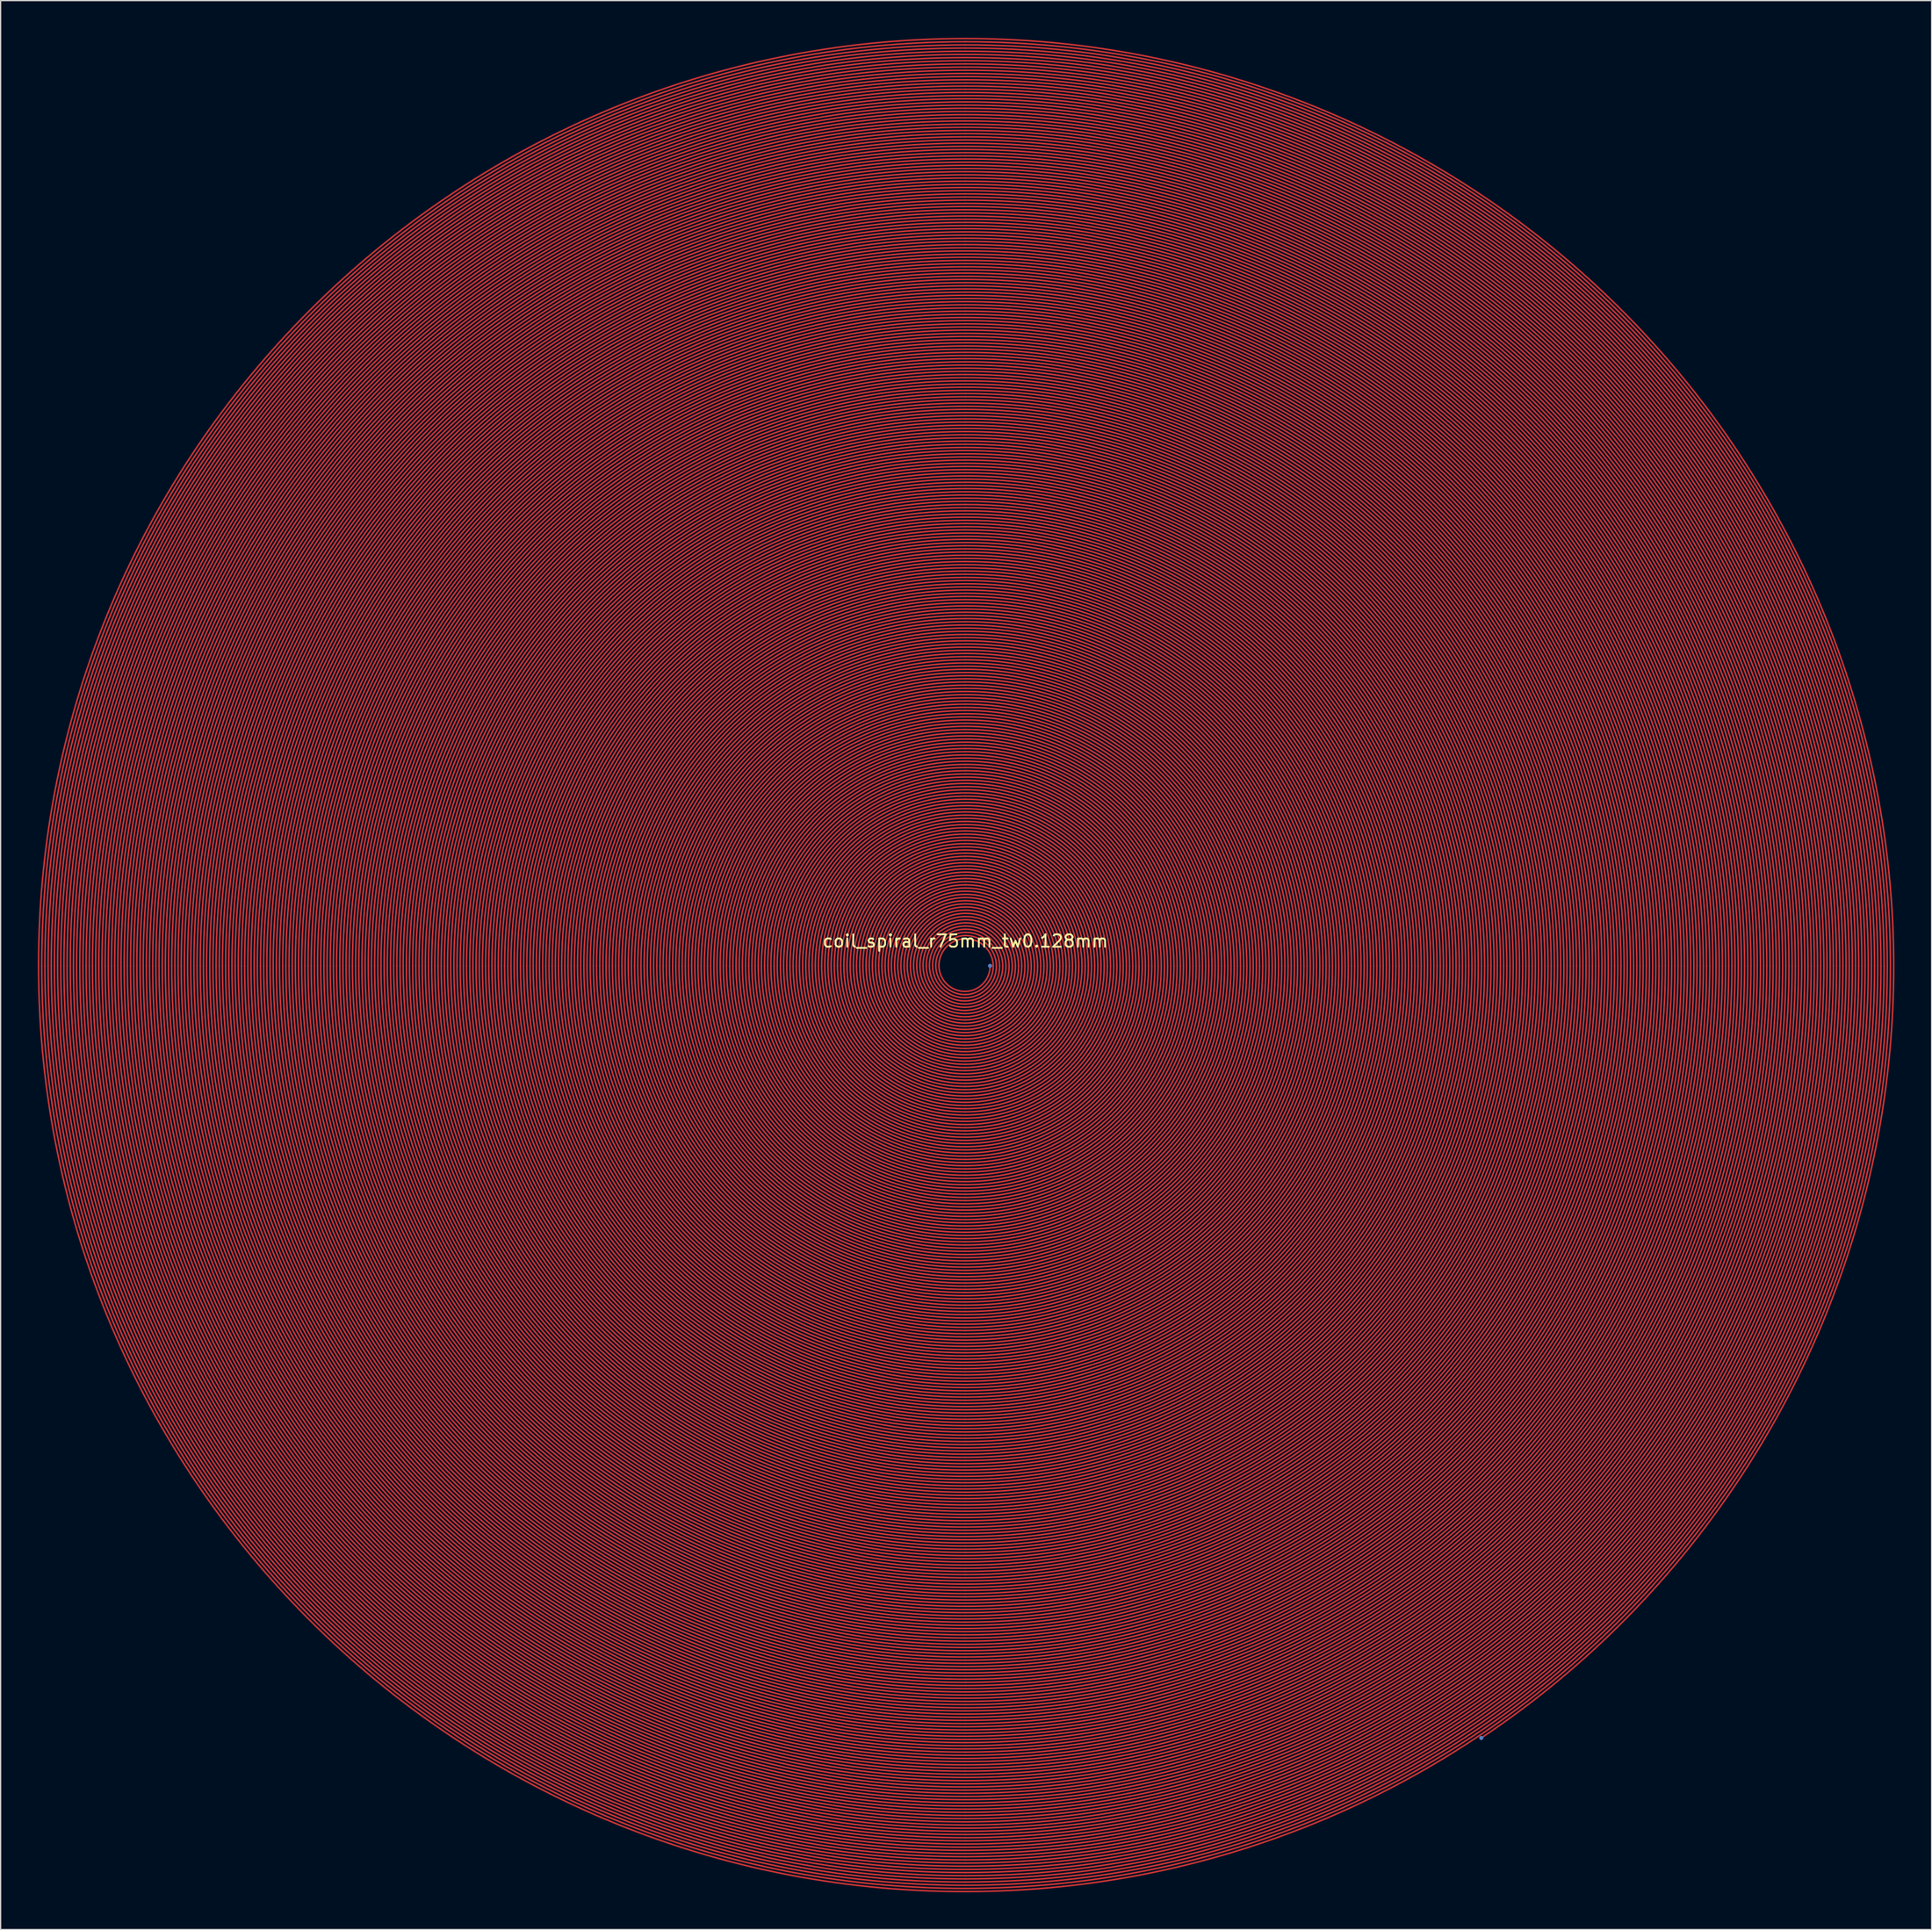
<source format=kicad_pcb>
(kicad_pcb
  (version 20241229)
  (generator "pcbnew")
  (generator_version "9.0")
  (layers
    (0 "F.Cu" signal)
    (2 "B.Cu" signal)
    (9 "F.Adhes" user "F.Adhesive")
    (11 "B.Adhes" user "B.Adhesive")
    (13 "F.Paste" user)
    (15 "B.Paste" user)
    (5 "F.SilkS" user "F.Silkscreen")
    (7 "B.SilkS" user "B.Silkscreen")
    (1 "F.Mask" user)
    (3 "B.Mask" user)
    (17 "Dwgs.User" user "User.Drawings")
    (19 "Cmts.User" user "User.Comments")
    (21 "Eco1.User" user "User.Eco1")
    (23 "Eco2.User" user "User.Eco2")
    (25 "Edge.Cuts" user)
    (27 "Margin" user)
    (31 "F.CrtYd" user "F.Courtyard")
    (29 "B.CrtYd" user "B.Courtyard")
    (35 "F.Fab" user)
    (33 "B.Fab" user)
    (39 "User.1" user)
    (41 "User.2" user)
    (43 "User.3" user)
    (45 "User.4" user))
  (footprint "coil_spiral_r75mm_tw0.128mm"
    (layer "F.Cu")
    (at 74.896 74.96)
    (property "Reference" "coil_spiral_r75mm_tw0.128mm" (at 0 -2 0) (layer "F.SilkS") (effects (font (size 1 1) (thickness 0.15))))
    (attr through_hole)
    (fp_arc (start -74.832 0) (mid -52.927475 -52.946219) (end -0.000001 -74.896) (stroke (width 0.128) (type solid)) (layer "F.Cu"))
    (fp_arc (start -74.576 0) (mid -52.746455 -52.7652) (end -0.000001 -74.64) (stroke (width 0.128) (type solid)) (layer "F.Cu"))
    (fp_arc (start -74.32 0) (mid -52.565436 -52.584181) (end 0 -74.384) (stroke (width 0.128) (type solid)) (layer "F.Cu"))
    (fp_arc (start -74.064 0) (mid -52.384416 -52.403162) (end 0 -74.128) (stroke (width 0.128) (type solid)) (layer "F.Cu"))
    (fp_arc (start -73.808 0) (mid -52.203397 -52.222142) (end 0 -73.872) (stroke (width 0.128) (type solid)) (layer "F.Cu"))
    (fp_arc (start -73.552 0) (mid -52.022378 -52.041123) (end -0.000001 -73.616) (stroke (width 0.128) (type solid)) (layer "F.Cu"))
    (fp_arc (start -73.296 0) (mid -51.841359 -51.860103) (end -0.000001 -73.36) (stroke (width 0.128) (type solid)) (layer "F.Cu"))
    (fp_arc (start -73.04 0) (mid -51.660339 -51.679084) (end 0 -73.104) (stroke (width 0.128) (type solid)) (layer "F.Cu"))
    (fp_arc (start -72.784 0) (mid -51.47932 -51.498065) (end 0 -72.848) (stroke (width 0.128) (type solid)) (layer "F.Cu"))
    (fp_arc (start -72.528 0) (mid -51.2983 -51.317046) (end 0 -72.592) (stroke (width 0.128) (type solid)) (layer "F.Cu"))
    (fp_arc (start -72.272 0) (mid -51.117281 -51.136026) (end 0 -72.336) (stroke (width 0.128) (type solid)) (layer "F.Cu"))
    (fp_arc (start -72.016 0) (mid -50.936262 -50.955007) (end 0 -72.08) (stroke (width 0.128) (type solid)) (layer "F.Cu"))
    (fp_arc (start -71.76 0) (mid -50.755242 -50.773988) (end 0 -71.824) (stroke (width 0.128) (type solid)) (layer "F.Cu"))
    (fp_arc (start -71.504 0) (mid -50.574223 -50.592969) (end 0.000001 -71.568) (stroke (width 0.128) (type solid)) (layer "F.Cu"))
    (fp_arc (start -71.248 0) (mid -50.393203 -50.411949) (end 0.000001 -71.312) (stroke (width 0.128) (type solid)) (layer "F.Cu"))
    (fp_arc (start -70.992 0) (mid -50.212184 -50.23093) (end 0.000001 -71.056) (stroke (width 0.128) (type solid)) (layer "F.Cu"))
    (fp_arc (start -70.736 0) (mid -50.031165 -50.049911) (end 0.000001 -70.8) (stroke (width 0.128) (type solid)) (layer "F.Cu"))
    (fp_arc (start -70.48 0) (mid -49.850147 -49.868891) (end -0.000002 -70.544) (stroke (width 0.128) (type solid)) (layer "F.Cu"))
    (fp_arc (start -70.224 0) (mid -49.669127 -49.687872) (end 0 -70.288) (stroke (width 0.128) (type solid)) (layer "F.Cu"))
    (fp_arc (start -69.968 0) (mid -49.488108 -49.506852) (end -0.000001 -70.032) (stroke (width 0.128) (type solid)) (layer "F.Cu"))
    (fp_arc (start -69.712 0) (mid -49.307088 -49.325833) (end -0.000001 -69.776) (stroke (width 0.128) (type solid)) (layer "F.Cu"))
    (fp_arc (start -69.456 0) (mid -49.126069 -49.144814) (end -0.000001 -69.52) (stroke (width 0.128) (type solid)) (layer "F.Cu"))
    (fp_arc (start -69.2 0) (mid -48.945049 -48.963795) (end 0 -69.264) (stroke (width 0.128) (type solid)) (layer "F.Cu"))
    (fp_arc (start -68.944 0) (mid -48.76403 -48.782775) (end 0 -69.008) (stroke (width 0.128) (type solid)) (layer "F.Cu"))
    (fp_arc (start -68.688 0) (mid -48.583011 -48.601756) (end 0 -68.752) (stroke (width 0.128) (type solid)) (layer "F.Cu"))
    (fp_arc (start -68.432 0) (mid -48.401991 -48.420737) (end 0 -68.496) (stroke (width 0.128) (type solid)) (layer "F.Cu"))
    (fp_arc (start -68.176 0) (mid -48.220972 -48.239717) (end 0 -68.24) (stroke (width 0.128) (type solid)) (layer "F.Cu"))
    (fp_arc (start -67.92 0) (mid -48.039952 -48.058698) (end 0.000001 -67.984) (stroke (width 0.128) (type solid)) (layer "F.Cu"))
    (fp_arc (start -67.664 0) (mid -47.858933 -47.877679) (end 0.000001 -67.728) (stroke (width 0.128) (type solid)) (layer "F.Cu"))
    (fp_arc (start -67.408 0) (mid -47.677914 -47.696659) (end 0 -67.472) (stroke (width 0.128) (type solid)) (layer "F.Cu"))
    (fp_arc (start -67.152 0) (mid -47.496895 -47.51564) (end 0 -67.216) (stroke (width 0.128) (type solid)) (layer "F.Cu"))
    (fp_arc (start -66.896 0) (mid -47.315875 -47.334621) (end 0.000001 -66.96) (stroke (width 0.128) (type solid)) (layer "F.Cu"))
    (fp_arc (start -66.64 0) (mid -47.134857 -47.153601) (end -0.000001 -66.704) (stroke (width 0.128) (type solid)) (layer "F.Cu"))
    (fp_arc (start -66.384 0) (mid -46.953837 -46.972582) (end -0.000001 -66.448) (stroke (width 0.128) (type solid)) (layer "F.Cu"))
    (fp_arc (start -66.128 0) (mid -46.772818 -46.791562) (end -0.000001 -66.192) (stroke (width 0.128) (type solid)) (layer "F.Cu"))
    (fp_arc (start -65.872 0) (mid -46.591798 -46.610543) (end 0 -65.936) (stroke (width 0.128) (type solid)) (layer "F.Cu"))
    (fp_arc (start -65.616 0) (mid -46.410779 -46.429524) (end 0 -65.68) (stroke (width 0.128) (type solid)) (layer "F.Cu"))
    (fp_arc (start -65.36 0) (mid -46.22976 -46.248505) (end 0 -65.424) (stroke (width 0.128) (type solid)) (layer "F.Cu"))
    (fp_arc (start -65.104 0) (mid -46.04874 -46.067485) (end 0 -65.168) (stroke (width 0.128) (type solid)) (layer "F.Cu"))
    (fp_arc (start -64.848 0) (mid -45.867721 -45.886466) (end 0.000001 -64.912) (stroke (width 0.128) (type solid)) (layer "F.Cu"))
    (fp_arc (start -64.592 0) (mid -45.686702 -45.705447) (end 0 -64.656) (stroke (width 0.128) (type solid)) (layer "F.Cu"))
    (fp_arc (start -64.336 0) (mid -45.505682 -45.524427) (end 0 -64.4) (stroke (width 0.128) (type solid)) (layer "F.Cu"))
    (fp_arc (start -64.08 0) (mid -45.324663 -45.343408) (end 0 -64.144) (stroke (width 0.128) (type solid)) (layer "F.Cu"))
    (fp_arc (start -63.824 0) (mid -45.143643 -45.162389) (end 0.000001 -63.888) (stroke (width 0.128) (type solid)) (layer "F.Cu"))
    (fp_arc (start -63.568 0) (mid -44.962624 -44.98137) (end 0.000001 -63.632) (stroke (width 0.128) (type solid)) (layer "F.Cu"))
    (fp_arc (start -63.312 0) (mid -44.781606 -44.80035) (end -0.000001 -63.376) (stroke (width 0.128) (type solid)) (layer "F.Cu"))
    (fp_arc (start -63.056 0) (mid -44.600586 -44.619331) (end 0 -63.12) (stroke (width 0.128) (type solid)) (layer "F.Cu"))
    (fp_arc (start -62.8 0) (mid -44.419567 -44.438311) (end -0.000001 -62.864) (stroke (width 0.128) (type solid)) (layer "F.Cu"))
    (fp_arc (start -62.544 0) (mid -44.238548 -44.257292) (end -0.000001 -62.608) (stroke (width 0.128) (type solid)) (layer "F.Cu"))
    (fp_arc (start -62.288 0) (mid -44.057528 -44.076273) (end -0.000001 -62.352) (stroke (width 0.128) (type solid)) (layer "F.Cu"))
    (fp_arc (start -62.032 0) (mid -43.876509 -43.895254) (end 0 -62.096) (stroke (width 0.128) (type solid)) (layer "F.Cu"))
    (fp_arc (start -61.776 0) (mid -43.695489 -43.714234) (end 0 -61.84) (stroke (width 0.128) (type solid)) (layer "F.Cu"))
    (fp_arc (start -61.52 0) (mid -43.51447 -43.533215) (end 0 -61.584) (stroke (width 0.128) (type solid)) (layer "F.Cu"))
    (fp_arc (start -61.264 0) (mid -43.33345 -43.352196) (end 0.000001 -61.328) (stroke (width 0.128) (type solid)) (layer "F.Cu"))
    (fp_arc (start -61.008 0) (mid -43.152431 -43.171176) (end 0 -61.072) (stroke (width 0.128) (type solid)) (layer "F.Cu"))
    (fp_arc (start -60.752 0) (mid -42.971412 -42.990157) (end 0 -60.816) (stroke (width 0.128) (type solid)) (layer "F.Cu"))
    (fp_arc (start -60.496 0) (mid -42.790392 -42.809138) (end 0.000001 -60.56) (stroke (width 0.128) (type solid)) (layer "F.Cu"))
    (fp_arc (start -60.24 0) (mid -42.609373 -42.628118) (end 0 -60.303999) (stroke (width 0.128) (type solid)) (layer "F.Cu"))
    (fp_arc (start -59.984 0) (mid -42.428355 -42.447099) (end -0.000001 -60.048) (stroke (width 0.128) (type solid)) (layer "F.Cu"))
    (fp_arc (start -59.728 0) (mid -42.247335 -42.26608) (end 0 -59.792) (stroke (width 0.128) (type solid)) (layer "F.Cu"))
    (fp_arc (start -59.472 0) (mid -42.066315 -42.085061) (end 0 -59.536) (stroke (width 0.128) (type solid)) (layer "F.Cu"))
    (fp_arc (start -59.216 0) (mid -41.885297 -41.904041) (end -0.000001 -59.28) (stroke (width 0.128) (type solid)) (layer "F.Cu"))
    (fp_arc (start -58.96 0) (mid -41.704277 -41.723022) (end 0 -59.024) (stroke (width 0.128) (type solid)) (layer "F.Cu"))
    (fp_arc (start -58.704 0) (mid -41.523257 -41.542003) (end 0 -58.768) (stroke (width 0.128) (type solid)) (layer "F.Cu"))
    (fp_arc (start -58.448 0) (mid -41.342238 -41.360983) (end 0 -58.512) (stroke (width 0.128) (type solid)) (layer "F.Cu"))
    (fp_arc (start -58.192 0) (mid -41.161218 -41.179964) (end 0.000001 -58.256) (stroke (width 0.128) (type solid)) (layer "F.Cu"))
    (fp_arc (start -57.936 0) (mid -40.980199 -40.998945) (end 0 -58) (stroke (width 0.128) (type solid)) (layer "F.Cu"))
    (fp_arc (start -57.68 0) (mid -40.79918 -40.817926) (end 0.000001 -57.744) (stroke (width 0.128) (type solid)) (layer "F.Cu"))
    (fp_arc (start -57.424 0) (mid -40.618161 -40.636906) (end -0.000001 -57.488) (stroke (width 0.128) (type solid)) (layer "F.Cu"))
    (fp_arc (start -57.168 0) (mid -40.437142 -40.455887) (end -0.000001 -57.232) (stroke (width 0.128) (type solid)) (layer "F.Cu"))
    (fp_arc (start -56.912 0) (mid -40.256122 -40.274868) (end 0 -56.976) (stroke (width 0.128) (type solid)) (layer "F.Cu"))
    (fp_arc (start -56.656 0) (mid -40.075103 -40.093848) (end 0 -56.72) (stroke (width 0.128) (type solid)) (layer "F.Cu"))
    (fp_arc (start -56.4 0) (mid -39.894084 -39.912829) (end -0.000001 -56.464) (stroke (width 0.128) (type solid)) (layer "F.Cu"))
    (fp_arc (start -56.144 0) (mid -39.713064 -39.73181) (end 0 -56.208) (stroke (width 0.128) (type solid)) (layer "F.Cu"))
    (fp_arc (start -55.888 0) (mid -39.532045 -39.55079) (end 0 -55.952) (stroke (width 0.128) (type solid)) (layer "F.Cu"))
    (fp_arc (start -55.632 0) (mid -39.351025 -39.369771) (end 0.000001 -55.696) (stroke (width 0.128) (type solid)) (layer "F.Cu"))
    (fp_arc (start -55.376 0) (mid -39.170006 -39.188752) (end 0 -55.44) (stroke (width 0.128) (type solid)) (layer "F.Cu"))
    (fp_arc (start -55.12 0) (mid -38.988987 -39.007733) (end 0.000001 -55.184) (stroke (width 0.128) (type solid)) (layer "F.Cu"))
    (fp_arc (start -54.864 0) (mid -38.807968 -38.826713) (end -0.000001 -54.928) (stroke (width 0.128) (type solid)) (layer "F.Cu"))
    (fp_arc (start -54.608 0) (mid -38.626949 -38.645693) (end -0.000001 -54.672) (stroke (width 0.128) (type solid)) (layer "F.Cu"))
    (fp_arc (start -54.352 0) (mid -38.445929 -38.464675) (end 0 -54.416) (stroke (width 0.128) (type solid)) (layer "F.Cu"))
    (fp_arc (start -54.096 0) (mid -38.26491 -38.283655) (end -0.000001 -54.16) (stroke (width 0.128) (type solid)) (layer "F.Cu"))
    (fp_arc (start -53.84 0) (mid -38.083891 -38.102636) (end 0 -53.904) (stroke (width 0.128) (type solid)) (layer "F.Cu"))
    (fp_arc (start -53.584 0) (mid -37.902871 -37.921617) (end 0 -53.648) (stroke (width 0.128) (type solid)) (layer "F.Cu"))
    (fp_arc (start -53.328 0) (mid -37.721852 -37.740598) (end 0.000001 -53.392) (stroke (width 0.128) (type solid)) (layer "F.Cu"))
    (fp_arc (start -53.072 0) (mid -37.540833 -37.559578) (end 0 -53.136) (stroke (width 0.128) (type solid)) (layer "F.Cu"))
    (fp_arc (start -52.816 0) (mid -37.359813 -37.378559) (end 0.000001 -52.88) (stroke (width 0.128) (type solid)) (layer "F.Cu"))
    (fp_arc (start -52.56 0) (mid -37.178794 -37.197539) (end 0 -52.623999) (stroke (width 0.128) (type solid)) (layer "F.Cu"))
    (fp_arc (start -52.304 0) (mid -36.997775 -37.01652) (end -0.000001 -52.368) (stroke (width 0.128) (type solid)) (layer "F.Cu"))
    (fp_arc (start -52.048 0) (mid -36.816756 -36.8355) (end -0.000001 -52.112) (stroke (width 0.128) (type solid)) (layer "F.Cu"))
    (fp_arc (start -51.792 0) (mid -36.635736 -36.654481) (end 0 -51.856) (stroke (width 0.128) (type solid)) (layer "F.Cu"))
    (fp_arc (start -51.536 0) (mid -36.454717 -36.473462) (end 0 -51.6) (stroke (width 0.128) (type solid)) (layer "F.Cu"))
    (fp_arc (start -51.28 0) (mid -36.273698 -36.292443) (end 0 -51.344) (stroke (width 0.128) (type solid)) (layer "F.Cu"))
    (fp_arc (start -51.024 0) (mid -36.092678 -36.111423) (end 0 -51.088) (stroke (width 0.128) (type solid)) (layer "F.Cu"))
    (fp_arc (start -50.768 0) (mid -35.911659 -35.930404) (end 0.000001 -50.832) (stroke (width 0.128) (type solid)) (layer "F.Cu"))
    (fp_arc (start -50.512 0) (mid -35.730639 -35.749385) (end 0.000001 -50.576) (stroke (width 0.128) (type solid)) (layer "F.Cu"))
    (fp_arc (start -50.256 0) (mid -35.549621 -35.568365) (end -0.000001 -50.32) (stroke (width 0.128) (type solid)) (layer "F.Cu"))
    (fp_arc (start -50 0) (mid -35.368601 -35.387346) (end 0 -50.064) (stroke (width 0.128) (type solid)) (layer "F.Cu"))
    (fp_arc (start -49.744 0) (mid -35.187582 -35.206327) (end 0 -49.808) (stroke (width 0.128) (type solid)) (layer "F.Cu"))
    (fp_arc (start -49.488 0) (mid -35.006563 -35.025308) (end 0 -49.552) (stroke (width 0.128) (type solid)) (layer "F.Cu"))
    (fp_arc (start -49.232 0) (mid -34.825543 -34.844288) (end 0 -49.296) (stroke (width 0.128) (type solid)) (layer "F.Cu"))
    (fp_arc (start -48.976 0) (mid -34.644524 -34.663269) (end 0 -49.04) (stroke (width 0.128) (type solid)) (layer "F.Cu"))
    (fp_arc (start -48.72 0) (mid -34.463504 -34.48225) (end 0.000001 -48.784) (stroke (width 0.128) (type solid)) (layer "F.Cu"))
    (fp_arc (start -48.464 0) (mid -34.282485 -34.30123) (end 0 -48.527999) (stroke (width 0.128) (type solid)) (layer "F.Cu"))
    (fp_arc (start -48.208 0) (mid -34.101467 -34.120211) (end -0.000001 -48.272) (stroke (width 0.128) (type solid)) (layer "F.Cu"))
    (fp_arc (start -47.952 0) (mid -33.920447 -33.939192) (end 0 -48.016) (stroke (width 0.128) (type solid)) (layer "F.Cu"))
    (fp_arc (start -47.696 0) (mid -33.739427 -33.758173) (end 0 -47.76) (stroke (width 0.128) (type solid)) (layer "F.Cu"))
    (fp_arc (start -47.44 0) (mid -33.558408 -33.577153) (end 0 -47.504) (stroke (width 0.128) (type solid)) (layer "F.Cu"))
    (fp_arc (start -47.184 0) (mid -33.377388 -33.396134) (end 0.000001 -47.248) (stroke (width 0.128) (type solid)) (layer "F.Cu"))
    (fp_arc (start -46.928 0) (mid -33.196369 -33.215115) (end 0 -46.992) (stroke (width 0.128) (type solid)) (layer "F.Cu"))
    (fp_arc (start -46.672 0) (mid -33.01535 -33.034096) (end 0.000001 -46.736) (stroke (width 0.128) (type solid)) (layer "F.Cu"))
    (fp_arc (start -46.416 0) (mid -32.834331 -32.853076) (end 0 -46.48) (stroke (width 0.128) (type solid)) (layer "F.Cu"))
    (fp_arc (start -46.16 0) (mid -32.653312 -32.672057) (end -0.000001 -46.224) (stroke (width 0.128) (type solid)) (layer "F.Cu"))
    (fp_arc (start -45.904 0) (mid -32.472292 -32.491038) (end 0 -45.968) (stroke (width 0.128) (type solid)) (layer "F.Cu"))
    (fp_arc (start -45.648 0) (mid -32.291273 -32.310018) (end 0 -45.712) (stroke (width 0.128) (type solid)) (layer "F.Cu"))
    (fp_arc (start -45.392 0) (mid -32.110253 -32.128999) (end 0.000001 -45.456) (stroke (width 0.128) (type solid)) (layer "F.Cu"))
    (fp_arc (start -45.136 0) (mid -31.929234 -31.94798) (end 0 -45.2) (stroke (width 0.128) (type solid)) (layer "F.Cu"))
    (fp_arc (start -44.88 0) (mid -31.748216 -31.76696) (end -0.000001 -44.944) (stroke (width 0.128) (type solid)) (layer "F.Cu"))
    (fp_arc (start -44.624 0) (mid -31.567196 -31.585941) (end -0.000001 -44.688) (stroke (width 0.128) (type solid)) (layer "F.Cu"))
    (fp_arc (start -44.368 0) (mid -31.386177 -31.404922) (end 0 -44.432) (stroke (width 0.128) (type solid)) (layer "F.Cu"))
    (fp_arc (start -44.112 0) (mid -31.205157 -31.223903) (end 0 -44.176) (stroke (width 0.128) (type solid)) (layer "F.Cu"))
    (fp_arc (start -43.856 0) (mid -31.024138 -31.042884) (end 0.000001 -43.92) (stroke (width 0.128) (type solid)) (layer "F.Cu"))
    (fp_arc (start -43.6 0) (mid -30.843119 -30.861864) (end 0 -43.664) (stroke (width 0.128) (type solid)) (layer "F.Cu"))
    (fp_arc (start -43.344 0) (mid -30.662099 -30.680844) (end 0 -43.407999) (stroke (width 0.128) (type solid)) (layer "F.Cu"))
    (fp_arc (start -43.088 0) (mid -30.481081 -30.499825) (end -0.000001 -43.152) (stroke (width 0.128) (type solid)) (layer "F.Cu"))
    (fp_arc (start -42.832 0) (mid -30.300061 -30.318806) (end 0 -42.896) (stroke (width 0.128) (type solid)) (layer "F.Cu"))
    (fp_arc (start -42.576 0) (mid -30.119042 -30.137787) (end 0 -42.64) (stroke (width 0.128) (type solid)) (layer "F.Cu"))
    (fp_arc (start -42.32 0) (mid -29.938022 -29.956767) (end 0 -42.384) (stroke (width 0.128) (type solid)) (layer "F.Cu"))
    (fp_arc (start -42.064 0) (mid -29.757003 -29.775749) (end 0.000001 -42.128) (stroke (width 0.128) (type solid)) (layer "F.Cu"))
    (fp_arc (start -41.808 0) (mid -29.575984 -29.594729) (end -0.000001 -41.872) (stroke (width 0.128) (type solid)) (layer "F.Cu"))
    (fp_arc (start -41.552 0) (mid -29.394965 -29.41371) (end 0 -41.616) (stroke (width 0.128) (type solid)) (layer "F.Cu"))
    (fp_arc (start -41.296 0) (mid -29.213945 -29.23269) (end 0 -41.36) (stroke (width 0.128) (type solid)) (layer "F.Cu"))
    (fp_arc (start -41.04 0) (mid -29.032926 -29.051671) (end 0 -41.104) (stroke (width 0.128) (type solid)) (layer "F.Cu"))
    (fp_arc (start -40.784 0) (mid -28.851906 -28.870652) (end 0.000001 -40.848) (stroke (width 0.128) (type solid)) (layer "F.Cu"))
    (fp_arc (start -40.528 0) (mid -28.670887 -28.689633) (end 0.000001 -40.592) (stroke (width 0.128) (type solid)) (layer "F.Cu"))
    (fp_arc (start -40.272 0) (mid -28.489869 -28.508613) (end -0.000001 -40.336) (stroke (width 0.128) (type solid)) (layer "F.Cu"))
    (fp_arc (start -40.016 0) (mid -28.308849 -28.327594) (end 0 -40.08) (stroke (width 0.128) (type solid)) (layer "F.Cu"))
    (fp_arc (start -39.76 0) (mid -28.12783 -28.146575) (end 0 -39.824) (stroke (width 0.128) (type solid)) (layer "F.Cu"))
    (fp_arc (start -39.504 0) (mid -27.94681 -27.965556) (end 0.000001 -39.568) (stroke (width 0.128) (type solid)) (layer "F.Cu"))
    (fp_arc (start -39.248 0) (mid -27.765791 -27.784536) (end 0.000001 -39.312) (stroke (width 0.128) (type solid)) (layer "F.Cu"))
    (fp_arc (start -38.992 0) (mid -27.584772 -27.603517) (end -0.000001 -39.056) (stroke (width 0.128) (type solid)) (layer "F.Cu"))
    (fp_arc (start -38.736 0) (mid -27.403753 -27.422498) (end 0 -38.8) (stroke (width 0.128) (type solid)) (layer "F.Cu"))
    (fp_arc (start -38.48 0) (mid -27.222733 -27.241479) (end 0.000001 -38.544) (stroke (width 0.128) (type solid)) (layer "F.Cu"))
    (fp_arc (start -38.224 0) (mid -27.041713 -27.060459) (end 0.000001 -38.288) (stroke (width 0.128) (type solid)) (layer "F.Cu"))
    (fp_arc (start -37.968 0) (mid -26.860695 -26.87944) (end -0.000001 -38.032) (stroke (width 0.128) (type solid)) (layer "F.Cu"))
    (fp_arc (start -37.712 0) (mid -26.679676 -26.69842) (end -0.000001 -37.776) (stroke (width 0.128) (type solid)) (layer "F.Cu"))
    (fp_arc (start -37.456 0) (mid -26.498656 -26.517401) (end 0 -37.52) (stroke (width 0.128) (type solid)) (layer "F.Cu"))
    (fp_arc (start -37.2 0) (mid -26.317637 -26.336382) (end 0 -37.264) (stroke (width 0.128) (type solid)) (layer "F.Cu"))
    (fp_arc (start -36.944 0) (mid -26.136617 -26.155363) (end 0.000001 -37.008) (stroke (width 0.128) (type solid)) (layer "F.Cu"))
    (fp_arc (start -36.688 0) (mid -25.955599 -25.974343) (end -0.000001 -36.752) (stroke (width 0.128) (type solid)) (layer "F.Cu"))
    (fp_arc (start -36.432 0) (mid -25.774579 -25.793324) (end 0 -36.496) (stroke (width 0.128) (type solid)) (layer "F.Cu"))
    (fp_arc (start -36.176 0) (mid -25.59356 -25.612305) (end 0 -36.24) (stroke (width 0.128) (type solid)) (layer "F.Cu"))
    (fp_arc (start -35.92 0) (mid -25.41254 -25.431286) (end 0.000001 -35.984) (stroke (width 0.128) (type solid)) (layer "F.Cu"))
    (fp_arc (start -35.664 0) (mid -25.231522 -25.250266) (end -0.000001 -35.728) (stroke (width 0.128) (type solid)) (layer "F.Cu"))
    (fp_arc (start -35.408 0) (mid -25.050502 -25.069247) (end 0 -35.472) (stroke (width 0.128) (type solid)) (layer "F.Cu"))
    (fp_arc (start -35.152 0) (mid -24.869483 -24.888228) (end 0 -35.216) (stroke (width 0.128) (type solid)) (layer "F.Cu"))
    (fp_arc (start -34.896 0) (mid -24.688463 -24.707209) (end 0.000001 -34.96) (stroke (width 0.128) (type solid)) (layer "F.Cu"))
    (fp_arc (start -34.64 0) (mid -24.507445 -24.526189) (end -0.000001 -34.704) (stroke (width 0.128) (type solid)) (layer "F.Cu"))
    (fp_arc (start -34.384 0) (mid -24.326425 -24.34517) (end 0 -34.448) (stroke (width 0.128) (type solid)) (layer "F.Cu"))
    (fp_arc (start -34.128 0) (mid -24.145406 -24.164151) (end 0 -34.192) (stroke (width 0.128) (type solid)) (layer "F.Cu"))
    (fp_arc (start -33.872 0) (mid -23.964386 -23.983132) (end 0.000001 -33.936) (stroke (width 0.128) (type solid)) (layer "F.Cu"))
    (fp_arc (start -33.616 0) (mid -23.783368 -23.802112) (end -0.000001 -33.68) (stroke (width 0.128) (type solid)) (layer "F.Cu"))
    (fp_arc (start -33.36 0) (mid -23.602348 -23.621093) (end 0 -33.424) (stroke (width 0.128) (type solid)) (layer "F.Cu"))
    (fp_arc (start -33.104 0) (mid -23.421328 -23.440074) (end 0.000001 -33.168) (stroke (width 0.128) (type solid)) (layer "F.Cu"))
    (fp_arc (start -32.848 0) (mid -23.24031 -23.259054) (end -0.000001 -32.912) (stroke (width 0.128) (type solid)) (layer "F.Cu"))
    (fp_arc (start -32.592 0) (mid -23.05929 -23.078035) (end 0 -32.656) (stroke (width 0.128) (type solid)) (layer "F.Cu"))
    (fp_arc (start -32.336 0) (mid -22.878271 -22.897016) (end 0 -32.4) (stroke (width 0.128) (type solid)) (layer "F.Cu"))
    (fp_arc (start -32.08 0) (mid -22.697251 -22.715996) (end 0 -32.143999) (stroke (width 0.128) (type solid)) (layer "F.Cu"))
    (fp_arc (start -31.824 0) (mid -22.516232 -22.534978) (end 0 -31.888) (stroke (width 0.128) (type solid)) (layer "F.Cu"))
    (fp_arc (start -31.568 0) (mid -22.335213 -22.353958) (end 0 -31.632) (stroke (width 0.128) (type solid)) (layer "F.Cu"))
    (fp_arc (start -31.312 0) (mid -22.154193 -22.172939) (end 0.000001 -31.376) (stroke (width 0.128) (type solid)) (layer "F.Cu"))
    (fp_arc (start -31.056 0) (mid -21.973175 -21.99192) (end 0 -31.12) (stroke (width 0.128) (type solid)) (layer "F.Cu"))
    (fp_arc (start -30.8 0) (mid -21.792155 -21.810901) (end 0 -30.864) (stroke (width 0.128) (type solid)) (layer "F.Cu"))
    (fp_arc (start -30.544 0) (mid -21.611136 -21.629882) (end 0.000001 -30.608) (stroke (width 0.128) (type solid)) (layer "F.Cu"))
    (fp_arc (start -30.288 0) (mid -21.430117 -21.448862) (end -0.000001 -30.352) (stroke (width 0.128) (type solid)) (layer "F.Cu"))
    (fp_arc (start -30.032 0) (mid -21.249098 -21.267843) (end 0 -30.096) (stroke (width 0.128) (type solid)) (layer "F.Cu"))
    (fp_arc (start -29.776 0) (mid -21.068078 -21.086823) (end 0 -29.839999) (stroke (width 0.128) (type solid)) (layer "F.Cu"))
    (fp_arc (start -29.52 0) (mid -20.887059 -20.905805) (end 0 -29.584) (stroke (width 0.128) (type solid)) (layer "F.Cu"))
    (fp_arc (start -29.264 0) (mid -20.70604 -20.724785) (end 0 -29.328) (stroke (width 0.128) (type solid)) (layer "F.Cu"))
    (fp_arc (start -29.008 0) (mid -20.525021 -20.543766) (end -0.000001 -29.072) (stroke (width 0.128) (type solid)) (layer "F.Cu"))
    (fp_arc (start -28.752 0) (mid -20.344002 -20.362747) (end 0 -28.816) (stroke (width 0.128) (type solid)) (layer "F.Cu"))
    (fp_arc (start -28.496 0) (mid -20.162982 -20.181728) (end 0.000001 -28.56) (stroke (width 0.128) (type solid)) (layer "F.Cu"))
    (fp_arc (start -28.24 0) (mid -19.981964 -20.000708) (end -0.000001 -28.304) (stroke (width 0.128) (type solid)) (layer "F.Cu"))
    (fp_arc (start -27.984 0) (mid -19.800944 -19.819689) (end 0 -28.048) (stroke (width 0.128) (type solid)) (layer "F.Cu"))
    (fp_arc (start -27.728 0) (mid -19.619925 -19.638669) (end 0 -27.791999) (stroke (width 0.128) (type solid)) (layer "F.Cu"))
    (fp_arc (start -27.472 0) (mid -19.438906 -19.457651) (end 0 -27.536) (stroke (width 0.128) (type solid)) (layer "F.Cu"))
    (fp_arc (start -27.216 0) (mid -19.257886 -19.276632) (end 0.000001 -27.28) (stroke (width 0.128) (type solid)) (layer "F.Cu"))
    (fp_arc (start -26.96 0) (mid -19.076868 -19.095612) (end -0.000001 -27.024) (stroke (width 0.128) (type solid)) (layer "F.Cu"))
    (fp_arc (start -26.704 0) (mid -18.895848 -18.914593) (end 0 -26.768) (stroke (width 0.128) (type solid)) (layer "F.Cu"))
    (fp_arc (start -26.448 0) (mid -18.714829 -18.733574) (end -0.000001 -26.512) (stroke (width 0.128) (type solid)) (layer "F.Cu"))
    (fp_arc (start -26.192 0) (mid -18.533809 -18.552555) (end 0 -26.256) (stroke (width 0.128) (type solid)) (layer "F.Cu"))
    (fp_arc (start -25.936 0) (mid -18.352791 -18.371535) (end -0.000001 -26) (stroke (width 0.128) (type solid)) (layer "F.Cu"))
    (fp_arc (start -25.68 0) (mid -18.171771 -18.190516) (end 0 -25.744) (stroke (width 0.128) (type solid)) (layer "F.Cu"))
    (fp_arc (start -25.424 0) (mid -17.990752 -18.009497) (end 0 -25.487999) (stroke (width 0.128) (type solid)) (layer "F.Cu"))
    (fp_arc (start -25.168 0) (mid -17.809733 -17.828478) (end 0 -25.232) (stroke (width 0.128) (type solid)) (layer "F.Cu"))
    (fp_arc (start -24.912 0) (mid -17.628713 -17.647458) (end 0 -24.975999) (stroke (width 0.128) (type solid)) (layer "F.Cu"))
    (fp_arc (start -24.656 0) (mid -17.447694 -17.466439) (end 0 -24.72) (stroke (width 0.128) (type solid)) (layer "F.Cu"))
    (fp_arc (start -24.4 0) (mid -17.266676 -17.28542) (end -0.000001 -24.464) (stroke (width 0.128) (type solid)) (layer "F.Cu"))
    (fp_arc (start -24.144 0) (mid -17.085656 -17.104401) (end 0 -24.208) (stroke (width 0.128) (type solid)) (layer "F.Cu"))
    (fp_arc (start -23.888 0) (mid -16.904637 -16.923382) (end 0 -23.952) (stroke (width 0.128) (type solid)) (layer "F.Cu"))
    (fp_arc (start -23.632 0) (mid -16.723618 -16.742363) (end 0 -23.696) (stroke (width 0.128) (type solid)) (layer "F.Cu"))
    (fp_arc (start -23.376 0) (mid -16.542599 -16.561344) (end 0 -23.44) (stroke (width 0.128) (type solid)) (layer "F.Cu"))
    (fp_arc (start -23.12 0) (mid -16.361579 -16.380325) (end 0.000001 -23.184) (stroke (width 0.128) (type solid)) (layer "F.Cu"))
    (fp_arc (start -22.864 0) (mid -16.18056 -16.199305) (end 0 -22.928) (stroke (width 0.128) (type solid)) (layer "F.Cu"))
    (fp_arc (start -22.608 0) (mid -15.999541 -16.018286) (end -0.000001 -22.672) (stroke (width 0.128) (type solid)) (layer "F.Cu"))
    (fp_arc (start -22.352 0) (mid -15.818521 -15.837267) (end 0.000001 -22.416) (stroke (width 0.128) (type solid)) (layer "F.Cu"))
    (fp_arc (start -22.096 0) (mid -15.637503 -15.656248) (end 0 -22.16) (stroke (width 0.128) (type solid)) (layer "F.Cu"))
    (fp_arc (start -21.84 0) (mid -15.456483 -15.475228) (end 0 -21.903999) (stroke (width 0.128) (type solid)) (layer "F.Cu"))
    (fp_arc (start -21.584 0) (mid -15.275464 -15.29421) (end 0 -21.648) (stroke (width 0.128) (type solid)) (layer "F.Cu"))
    (fp_arc (start -21.328 0) (mid -15.094445 -15.11319) (end 0 -21.392) (stroke (width 0.128) (type solid)) (layer "F.Cu"))
    (fp_arc (start -21.072 0) (mid -14.913426 -14.932171) (end 0 -21.135999) (stroke (width 0.128) (type solid)) (layer "F.Cu"))
    (fp_arc (start -20.816 0) (mid -14.732407 -14.751152) (end 0.000001 -20.88) (stroke (width 0.128) (type solid)) (layer "F.Cu"))
    (fp_arc (start -20.56 0) (mid -14.551388 -14.570133) (end 0 -20.624) (stroke (width 0.128) (type solid)) (layer "F.Cu"))
    (fp_arc (start -20.304 0) (mid -14.370369 -14.389114) (end 0 -20.368) (stroke (width 0.128) (type solid)) (layer "F.Cu"))
    (fp_arc (start -20.048 0) (mid -14.189349 -14.208094) (end 0 -20.111999) (stroke (width 0.128) (type solid)) (layer "F.Cu"))
    (fp_arc (start -19.792 0) (mid -14.00833 -14.027076) (end 0.000001 -19.856) (stroke (width 0.128) (type solid)) (layer "F.Cu"))
    (fp_arc (start -19.536 0) (mid -13.827311 -13.846057) (end 0 -19.6) (stroke (width 0.128) (type solid)) (layer "F.Cu"))
    (fp_arc (start -19.28 0) (mid -13.646292 -13.665038) (end 0 -19.344) (stroke (width 0.128) (type solid)) (layer "F.Cu"))
    (fp_arc (start -19.024 0) (mid -13.465273 -13.484019) (end 0 -19.088) (stroke (width 0.128) (type solid)) (layer "F.Cu"))
    (fp_arc (start -18.768 0) (mid -13.284254 -13.302999) (end 0 -18.832) (stroke (width 0.128) (type solid)) (layer "F.Cu"))
    (fp_arc (start -18.512 0) (mid -13.103236 -13.12198) (end -0.000001 -18.576) (stroke (width 0.128) (type solid)) (layer "F.Cu"))
    (fp_arc (start -18.256 0) (mid -12.922216 -12.940961) (end 0 -18.319999) (stroke (width 0.128) (type solid)) (layer "F.Cu"))
    (fp_arc (start -18 0) (mid -12.741197 -12.759942) (end 0 -18.063999) (stroke (width 0.128) (type solid)) (layer "F.Cu"))
    (fp_arc (start -17.744 0) (mid -12.560178 -12.578923) (end 0 -17.807999) (stroke (width 0.128) (type solid)) (layer "F.Cu"))
    (fp_arc (start -17.488 0) (mid -12.379159 -12.397904) (end 0 -17.551999) (stroke (width 0.128) (type solid)) (layer "F.Cu"))
    (fp_arc (start -17.232 0) (mid -12.19814 -12.216885) (end 0 -17.295999) (stroke (width 0.128) (type solid)) (layer "F.Cu"))
    (fp_arc (start -16.976 0) (mid -12.017121 -12.035866) (end -0.000001 -17.04) (stroke (width 0.128) (type solid)) (layer "F.Cu"))
    (fp_arc (start -16.72 0) (mid -11.836102 -11.854847) (end 0 -16.784) (stroke (width 0.128) (type solid)) (layer "F.Cu"))
    (fp_arc (start -16.464 0) (mid -11.655083 -11.673828) (end 0 -16.528) (stroke (width 0.128) (type solid)) (layer "F.Cu"))
    (fp_arc (start -16.208 0) (mid -11.474064 -11.492809) (end 0 -16.272) (stroke (width 0.128) (type solid)) (layer "F.Cu"))
    (fp_arc (start -15.952 0) (mid -11.293045 -11.31179) (end 0.000001 -16.016) (stroke (width 0.128) (type solid)) (layer "F.Cu"))
    (fp_arc (start -15.696 0) (mid -11.112026 -11.130771) (end 0 -15.759999) (stroke (width 0.128) (type solid)) (layer "F.Cu"))
    (fp_arc (start -15.44 0) (mid -10.931007 -10.949752) (end 0 -15.504) (stroke (width 0.128) (type solid)) (layer "F.Cu"))
    (fp_arc (start -15.184 0) (mid -10.749988 -10.768734) (end 0.000001 -15.248) (stroke (width 0.128) (type solid)) (layer "F.Cu"))
    (fp_arc (start -14.928 0) (mid -10.568969 -10.587714) (end 0 -14.991999) (stroke (width 0.128) (type solid)) (layer "F.Cu"))
    (fp_arc (start -14.672 0) (mid -10.38795 -10.406695) (end 0 -14.736) (stroke (width 0.128) (type solid)) (layer "F.Cu"))
    (fp_arc (start -14.416 0) (mid -10.206931 -10.225676) (end 0 -14.479999) (stroke (width 0.128) (type solid)) (layer "F.Cu"))
    (fp_arc (start -14.16 0) (mid -10.025912 -10.044658) (end 0 -14.224) (stroke (width 0.128) (type solid)) (layer "F.Cu"))
    (fp_arc (start -13.904 0) (mid -9.844893 -9.863638) (end 0 -13.967999) (stroke (width 0.128) (type solid)) (layer "F.Cu"))
    (fp_arc (start -13.648 0) (mid -9.663875 -9.68262) (end 0 -13.711999) (stroke (width 0.128) (type solid)) (layer "F.Cu"))
    (fp_arc (start -13.392 0) (mid -9.482856 -9.501601) (end 0 -13.456) (stroke (width 0.128) (type solid)) (layer "F.Cu"))
    (fp_arc (start -13.136 0) (mid -9.301837 -9.320582) (end 0 -13.2) (stroke (width 0.128) (type solid)) (layer "F.Cu"))
    (fp_arc (start -12.88 0) (mid -9.120818 -9.139563) (end 0.000001 -12.943999) (stroke (width 0.128) (type solid)) (layer "F.Cu"))
    (fp_arc (start -12.624 0) (mid -8.939799 -8.958544) (end 0 -12.687999) (stroke (width 0.128) (type solid)) (layer "F.Cu"))
    (fp_arc (start -12.368 0) (mid -8.758781 -8.777525) (end 0 -12.432) (stroke (width 0.128) (type solid)) (layer "F.Cu"))
    (fp_arc (start -12.112 0) (mid -8.577763 -8.596507) (end -0.000001 -12.176001) (stroke (width 0.128) (type solid)) (layer "F.Cu"))
    (fp_arc (start -11.856 0) (mid -8.396743 -8.415489) (end 0 -11.920001) (stroke (width 0.128) (type solid)) (layer "F.Cu"))
    (fp_arc (start -11.6 0) (mid -8.215725 -8.23447) (end 0 -11.664) (stroke (width 0.128) (type solid)) (layer "F.Cu"))
    (fp_arc (start -11.344 0) (mid -8.034706 -8.053451) (end 0 -11.408) (stroke (width 0.128) (type solid)) (layer "F.Cu"))
    (fp_arc (start -11.088 0) (mid -7.853688 -7.872433) (end 0 -11.152001) (stroke (width 0.128) (type solid)) (layer "F.Cu"))
    (fp_arc (start -10.832 0) (mid -7.672668 -7.691414) (end 0.000001 -10.896) (stroke (width 0.128) (type solid)) (layer "F.Cu"))
    (fp_arc (start -10.576 0) (mid -7.49165 -7.510395) (end 0 -10.64) (stroke (width 0.128) (type solid)) (layer "F.Cu"))
    (fp_arc (start -10.32 0) (mid -7.310632 -7.329377) (end 0 -10.384) (stroke (width 0.128) (type solid)) (layer "F.Cu"))
    (fp_arc (start -10.064 0) (mid -7.129613 -7.148358) (end 0 -10.128) (stroke (width 0.128) (type solid)) (layer "F.Cu"))
    (fp_arc (start -9.808 0) (mid -6.948595 -6.96734) (end 0 -9.872) (stroke (width 0.128) (type solid)) (layer "F.Cu"))
    (fp_arc (start -9.552 0) (mid -6.767577 -6.786322) (end 0 -9.616001) (stroke (width 0.128) (type solid)) (layer "F.Cu"))
    (fp_arc (start -9.296 0) (mid -6.586558 -6.605303) (end 0 -9.36) (stroke (width 0.128) (type solid)) (layer "F.Cu"))
    (fp_arc (start -9.04 0) (mid -6.405541 -6.424285) (end -0.000001 -9.104) (stroke (width 0.128) (type solid)) (layer "F.Cu"))
    (fp_arc (start -8.784 0) (mid -6.224522 -6.243267) (end -0.000001 -8.848) (stroke (width 0.128) (type solid)) (layer "F.Cu"))
    (fp_arc (start -8.528 0) (mid -6.043504 -6.062249) (end 0 -8.592) (stroke (width 0.128) (type solid)) (layer "F.Cu"))
    (fp_arc (start -8.272 0) (mid -5.862485 -5.881231) (end 0.000001 -8.336) (stroke (width 0.128) (type solid)) (layer "F.Cu"))
    (fp_arc (start -8.016 0) (mid -5.681468 -5.700213) (end 0 -8.08) (stroke (width 0.128) (type solid)) (layer "F.Cu"))
    (fp_arc (start -7.76 0) (mid -5.50045 -5.519195) (end 0 -7.824) (stroke (width 0.128) (type solid)) (layer "F.Cu"))
    (fp_arc (start -7.504 0) (mid -5.319432 -5.338177) (end 0 -7.567999) (stroke (width 0.128) (type solid)) (layer "F.Cu"))
    (fp_arc (start -7.248 0) (mid -5.138415 -5.157159) (end 0 -7.311999) (stroke (width 0.128) (type solid)) (layer "F.Cu"))
    (fp_arc (start -6.992 0) (mid -4.957397 -4.976142) (end 0 -7.056) (stroke (width 0.128) (type solid)) (layer "F.Cu"))
    (fp_arc (start -6.736 0) (mid -4.77638 -4.795125) (end 0 -6.800001) (stroke (width 0.128) (type solid)) (layer "F.Cu"))
    (fp_arc (start -6.48 0) (mid -4.595363 -4.614107) (end 0 -6.544) (stroke (width 0.128) (type solid)) (layer "F.Cu"))
    (fp_arc (start -6.224 0) (mid -4.414346 -4.43309) (end -0.000001 -6.288) (stroke (width 0.128) (type solid)) (layer "F.Cu"))
    (fp_arc (start -5.968 0) (mid -4.233329 -4.252073) (end 0 -6.032) (stroke (width 0.128) (type solid)) (layer "F.Cu"))
    (fp_arc (start -5.712 0) (mid -4.052312 -4.071057) (end 0 -5.776) (stroke (width 0.128) (type solid)) (layer "F.Cu"))
    (fp_arc (start -5.456 0) (mid -3.871296 -3.89004) (end -0.000001 -5.52) (stroke (width 0.128) (type solid)) (layer "F.Cu"))
    (fp_arc (start -5.2 0) (mid -3.69028 -3.709024) (end -0.000001 -5.264) (stroke (width 0.128) (type solid)) (layer "F.Cu"))
    (fp_arc (start -4.944 0) (mid -3.509264 -3.528008) (end 0 -5.008) (stroke (width 0.128) (type solid)) (layer "F.Cu"))
    (fp_arc (start -4.688 0) (mid -3.328249 -3.346993) (end 0 -4.752) (stroke (width 0.128) (type solid)) (layer "F.Cu"))
    (fp_arc (start -4.432 0) (mid -3.147234 -3.165978) (end 0 -4.496) (stroke (width 0.128) (type solid)) (layer "F.Cu"))
    (fp_arc (start -4.176 0) (mid -2.966219 -2.984963) (end 0 -4.239999) (stroke (width 0.128) (type solid)) (layer "F.Cu"))
    (fp_arc (start -3.92 0) (mid -2.785206 -2.803949) (end 0 -3.984) (stroke (width 0.128) (type solid)) (layer "F.Cu"))
    (fp_arc (start -3.664 0) (mid -2.604192 -2.622936) (end 0.000001 -3.728) (stroke (width 0.128) (type solid)) (layer "F.Cu"))
    (fp_arc (start -3.408 0) (mid -2.423181 -2.441924) (end -0.000001 -3.472) (stroke (width 0.128) (type solid)) (layer "F.Cu"))
    (fp_arc (start -3.152 0) (mid -2.24217 -2.260913) (end 0 -3.216) (stroke (width 0.128) (type solid)) (layer "F.Cu"))
    (fp_arc (start -2.896 0) (mid -2.061161 -2.079903) (end 0 -2.959999) (stroke (width 0.128) (type solid)) (layer "F.Cu"))
    (fp_arc (start -2.64 0) (mid -1.880154 -1.898896) (end 0 -2.704) (stroke (width 0.128) (type solid)) (layer "F.Cu"))
    (fp_arc (start -2.384 0) (mid -1.699149 -1.717891) (end 0 -2.448001) (stroke (width 0.128) (type solid)) (layer "F.Cu"))
    (fp_arc (start -2.128 0) (mid -1.518148 -1.536889) (end 0.000001 -2.192) (stroke (width 0.128) (type solid)) (layer "F.Cu"))
    (fp_arc (start 0 -74.896) (mid 71.731977 -21.719355) (end 41.667767 62.360222) (stroke (width 0.128) (type solid)) (layer "F.Cu"))
    (fp_arc (start 0 -74.64) (mid 52.810455 -52.79171) (end 74.704 -0.000001) (stroke (width 0.128) (type solid)) (layer "F.Cu"))
    (fp_arc (start 0 -74.384) (mid 52.629436 -52.610691) (end 74.448 0) (stroke (width 0.128) (type solid)) (layer "F.Cu"))
    (fp_arc (start 0 -74.128) (mid 52.448416 -52.429671) (end 74.192 0) (stroke (width 0.128) (type solid)) (layer "F.Cu"))
    (fp_arc (start 0 -73.872) (mid 52.267397 -52.248652) (end 73.936 0) (stroke (width 0.128) (type solid)) (layer "F.Cu"))
    (fp_arc (start 0 -73.616) (mid 52.086377 -52.067633) (end 73.68 -0.000001) (stroke (width 0.128) (type solid)) (layer "F.Cu"))
    (fp_arc (start 0 -73.36) (mid 51.905358 -51.886614) (end 73.424 -0.000001) (stroke (width 0.128) (type solid)) (layer "F.Cu"))
    (fp_arc (start 0 -73.104) (mid 51.724339 -51.705594) (end 73.168 -0.000001) (stroke (width 0.128) (type solid)) (layer "F.Cu"))
    (fp_arc (start 0 -72.848) (mid 51.54332 -51.524575) (end 72.912 0) (stroke (width 0.128) (type solid)) (layer "F.Cu"))
    (fp_arc (start 0 -72.592) (mid 51.3623 -51.343555) (end 72.656 0) (stroke (width 0.128) (type solid)) (layer "F.Cu"))
    (fp_arc (start 0 -72.336) (mid 51.181281 -51.162536) (end 72.4 0) (stroke (width 0.128) (type solid)) (layer "F.Cu"))
    (fp_arc (start 0 -72.08) (mid 51.000262 -50.981517) (end 72.144 0) (stroke (width 0.128) (type solid)) (layer "F.Cu"))
    (fp_arc (start 0 -71.824) (mid 50.819242 -50.800497) (end 71.888 0) (stroke (width 0.128) (type solid)) (layer "F.Cu"))
    (fp_arc (start 0 -71.568) (mid 50.638223 -50.619478) (end 71.632 0.000001) (stroke (width 0.128) (type solid)) (layer "F.Cu"))
    (fp_arc (start 0 -71.312) (mid 50.457204 -50.438458) (end 71.376 0.000001) (stroke (width 0.128) (type solid)) (layer "F.Cu"))
    (fp_arc (start 0 -71.056) (mid 50.276185 -50.257439) (end 71.12 0.000001) (stroke (width 0.128) (type solid)) (layer "F.Cu"))
    (fp_arc (start 0 -70.8) (mid 50.095165 -50.07642) (end 70.864 0.000001) (stroke (width 0.128) (type solid)) (layer "F.Cu"))
    (fp_arc (start 0 -70.544) (mid 49.914145 -49.895402) (end 70.608 -0.000002) (stroke (width 0.128) (type solid)) (layer "F.Cu"))
    (fp_arc (start 0 -70.288) (mid 49.733127 -49.714382) (end 70.352 0) (stroke (width 0.128) (type solid)) (layer "F.Cu"))
    (fp_arc (start 0 -70.032) (mid 49.552107 -49.533363) (end 70.096 -0.000001) (stroke (width 0.128) (type solid)) (layer "F.Cu"))
    (fp_arc (start 0 -69.776) (mid 49.371088 -49.352343) (end 69.84 -0.000001) (stroke (width 0.128) (type solid)) (layer "F.Cu"))
    (fp_arc (start 0 -69.52) (mid 49.190068 -49.171324) (end 69.584 -0.000001) (stroke (width 0.128) (type solid)) (layer "F.Cu"))
    (fp_arc (start 0 -69.264) (mid 49.009049 -48.990305) (end 69.328 -0.000001) (stroke (width 0.128) (type solid)) (layer "F.Cu"))
    (fp_arc (start 0 -69.008) (mid 48.82803 -48.809285) (end 69.072 0) (stroke (width 0.128) (type solid)) (layer "F.Cu"))
    (fp_arc (start 0 -68.752) (mid 48.647011 -48.628266) (end 68.816 0) (stroke (width 0.128) (type solid)) (layer "F.Cu"))
    (fp_arc (start 0 -68.496) (mid 48.465991 -48.447246) (end 68.56 0) (stroke (width 0.128) (type solid)) (layer "F.Cu"))
    (fp_arc (start 0 -68.24) (mid 48.284972 -48.266227) (end 68.304 0) (stroke (width 0.128) (type solid)) (layer "F.Cu"))
    (fp_arc (start 0 -67.984) (mid 48.103953 -48.085207) (end 68.048 0.000001) (stroke (width 0.128) (type solid)) (layer "F.Cu"))
    (fp_arc (start 0 -67.728) (mid 47.922934 -47.904188) (end 67.792 0.000001) (stroke (width 0.128) (type solid)) (layer "F.Cu"))
    (fp_arc (start 0 -67.472) (mid 47.741914 -47.723168) (end 67.536 0.000001) (stroke (width 0.128) (type solid)) (layer "F.Cu"))
    (fp_arc (start 0 -67.216) (mid 47.560895 -47.54215) (end 67.28 0) (stroke (width 0.128) (type solid)) (layer "F.Cu"))
    (fp_arc (start 0 -66.96) (mid 47.379876 -47.36113) (end 67.024 0.000001) (stroke (width 0.128) (type solid)) (layer "F.Cu"))
    (fp_arc (start 0 -66.704) (mid 47.198856 -47.180111) (end 66.768 -0.000001) (stroke (width 0.128) (type solid)) (layer "F.Cu"))
    (fp_arc (start 0 -66.448) (mid 47.017837 -46.999092) (end 66.512 -0.000001) (stroke (width 0.128) (type solid)) (layer "F.Cu"))
    (fp_arc (start 0 -66.192) (mid 46.836817 -46.818073) (end 66.256 -0.000001) (stroke (width 0.128) (type solid)) (layer "F.Cu"))
    (fp_arc (start 0 -65.936) (mid 46.655798 -46.637053) (end 66 0) (stroke (width 0.128) (type solid)) (layer "F.Cu"))
    (fp_arc (start 0 -65.68) (mid 46.474779 -46.456034) (end 65.744 0) (stroke (width 0.128) (type solid)) (layer "F.Cu"))
    (fp_arc (start 0 -65.424) (mid 46.29376 -46.275014) (end 65.488 0) (stroke (width 0.128) (type solid)) (layer "F.Cu"))
    (fp_arc (start 0 -65.168) (mid 46.11274 -46.093995) (end 65.232 0) (stroke (width 0.128) (type solid)) (layer "F.Cu"))
    (fp_arc (start 0 -64.912) (mid 45.931721 -45.912975) (end 64.976 0.000001) (stroke (width 0.128) (type solid)) (layer "F.Cu"))
    (fp_arc (start 0 -64.656) (mid 45.750702 -45.731956) (end 64.72 0) (stroke (width 0.128) (type solid)) (layer "F.Cu"))
    (fp_arc (start 0 -64.4) (mid 45.569682 -45.550937) (end 64.464 0) (stroke (width 0.128) (type solid)) (layer "F.Cu"))
    (fp_arc (start 0 -64.144) (mid 45.388663 -45.369918) (end 64.208 0) (stroke (width 0.128) (type solid)) (layer "F.Cu"))
    (fp_arc (start 0 -63.888) (mid 45.207644 -45.188898) (end 63.952 0.000001) (stroke (width 0.128) (type solid)) (layer "F.Cu"))
    (fp_arc (start 0 -63.632) (mid 45.026625 -45.007879) (end 63.696 0.000001) (stroke (width 0.128) (type solid)) (layer "F.Cu"))
    (fp_arc (start 0 -63.376) (mid 44.845605 -44.82686) (end 63.439999 0) (stroke (width 0.128) (type solid)) (layer "F.Cu"))
    (fp_arc (start 0 -63.12) (mid 44.664586 -44.645841) (end 63.184 0) (stroke (width 0.128) (type solid)) (layer "F.Cu"))
    (fp_arc (start 0 -62.864) (mid 44.483567 -44.464821) (end 62.928 0) (stroke (width 0.128) (type solid)) (layer "F.Cu"))
    (fp_arc (start 0 -62.608) (mid 44.302547 -44.283802) (end 62.672 -0.000001) (stroke (width 0.128) (type solid)) (layer "F.Cu"))
    (fp_arc (start 0 -62.352) (mid 44.121528 -44.102783) (end 62.416 -0.000001) (stroke (width 0.128) (type solid)) (layer "F.Cu"))
    (fp_arc (start 0 -62.096) (mid 43.940509 -43.921763) (end 62.16 0) (stroke (width 0.128) (type solid)) (layer "F.Cu"))
    (fp_arc (start 0 -61.84) (mid 43.759489 -43.740744) (end 61.904 0) (stroke (width 0.128) (type solid)) (layer "F.Cu"))
    (fp_arc (start 0 -61.584) (mid 43.57847 -43.559725) (end 61.648 0) (stroke (width 0.128) (type solid)) (layer "F.Cu"))
    (fp_arc (start 0 -61.328) (mid 43.397451 -43.378705) (end 61.392 0.000001) (stroke (width 0.128) (type solid)) (layer "F.Cu"))
    (fp_arc (start 0 -61.072) (mid 43.216432 -43.197686) (end 61.136 0.000001) (stroke (width 0.128) (type solid)) (layer "F.Cu"))
    (fp_arc (start 0 -60.816) (mid 43.035412 -43.016667) (end 60.88 0) (stroke (width 0.128) (type solid)) (layer "F.Cu"))
    (fp_arc (start 0 -60.56) (mid 42.854393 -42.835647) (end 60.624 0.000001) (stroke (width 0.128) (type solid)) (layer "F.Cu"))
    (fp_arc (start 0 -60.304) (mid 42.673374 -42.654628) (end 60.368 0.000001) (stroke (width 0.128) (type solid)) (layer "F.Cu"))
    (fp_arc (start 0 -60.048) (mid 42.492354 -42.473609) (end 60.112 -0.000001) (stroke (width 0.128) (type solid)) (layer "F.Cu"))
    (fp_arc (start 0 -59.792) (mid 42.311335 -42.29259) (end 59.856 0) (stroke (width 0.128) (type solid)) (layer "F.Cu"))
    (fp_arc (start 0 -59.536) (mid 42.130315 -42.11157) (end 59.6 0) (stroke (width 0.128) (type solid)) (layer "F.Cu"))
    (fp_arc (start 0 -59.28) (mid 41.949296 -41.930551) (end 59.344 -0.000001) (stroke (width 0.128) (type solid)) (layer "F.Cu"))
    (fp_arc (start 0 -59.024) (mid 41.768277 -41.749532) (end 59.088 0) (stroke (width 0.128) (type solid)) (layer "F.Cu"))
    (fp_arc (start 0 -58.768) (mid 41.587257 -41.568512) (end 58.832 0) (stroke (width 0.128) (type solid)) (layer "F.Cu"))
    (fp_arc (start 0 -58.512) (mid 41.406238 -41.387493) (end 58.576 0) (stroke (width 0.128) (type solid)) (layer "F.Cu"))
    (fp_arc (start 0 -58.256) (mid 41.225219 -41.206473) (end 58.32 0.000001) (stroke (width 0.128) (type solid)) (layer "F.Cu"))
    (fp_arc (start 0 -58) (mid 41.0442 -41.025454) (end 58.064 0.000001) (stroke (width 0.128) (type solid)) (layer "F.Cu"))
    (fp_arc (start 0 -57.744) (mid 40.86318 -40.844435) (end 57.808 0) (stroke (width 0.128) (type solid)) (layer "F.Cu"))
    (fp_arc (start 0 -57.488) (mid 40.68216 -40.663416) (end 57.551999 0) (stroke (width 0.128) (type solid)) (layer "F.Cu"))
    (fp_arc (start 0 -57.232) (mid 40.501141 -40.482397) (end 57.296 -0.000001) (stroke (width 0.128) (type solid)) (layer "F.Cu"))
    (fp_arc (start 0 -56.976) (mid 40.320122 -40.301377) (end 57.04 0) (stroke (width 0.128) (type solid)) (layer "F.Cu"))
    (fp_arc (start 0 -56.72) (mid 40.139103 -40.120358) (end 56.784 0) (stroke (width 0.128) (type solid)) (layer "F.Cu"))
    (fp_arc (start 0 -56.464) (mid 39.958083 -39.939339) (end 56.528 -0.000001) (stroke (width 0.128) (type solid)) (layer "F.Cu"))
    (fp_arc (start 0 -56.208) (mid 39.777064 -39.758319) (end 56.272 0) (stroke (width 0.128) (type solid)) (layer "F.Cu"))
    (fp_arc (start 0 -55.952) (mid 39.596045 -39.5773) (end 56.016 0) (stroke (width 0.128) (type solid)) (layer "F.Cu"))
    (fp_arc (start 0 -55.696) (mid 39.415026 -39.39628) (end 55.76 0.000001) (stroke (width 0.128) (type solid)) (layer "F.Cu"))
    (fp_arc (start 0 -55.44) (mid 39.234007 -39.215261) (end 55.504 0.000001) (stroke (width 0.128) (type solid)) (layer "F.Cu"))
    (fp_arc (start 0 -55.184) (mid 39.052987 -39.034242) (end 55.248 0) (stroke (width 0.128) (type solid)) (layer "F.Cu"))
    (fp_arc (start 0 -54.928) (mid 38.871967 -38.853223) (end 54.991999 0) (stroke (width 0.128) (type solid)) (layer "F.Cu"))
    (fp_arc (start 0 -54.672) (mid 38.690948 -38.672204) (end 54.736 -0.000001) (stroke (width 0.128) (type solid)) (layer "F.Cu"))
    (fp_arc (start 0 -54.416) (mid 38.509929 -38.491184) (end 54.48 0) (stroke (width 0.128) (type solid)) (layer "F.Cu"))
    (fp_arc (start 0 -54.16) (mid 38.32891 -38.310165) (end 54.224 -0.000001) (stroke (width 0.128) (type solid)) (layer "F.Cu"))
    (fp_arc (start 0 -53.904) (mid 38.147891 -38.129146) (end 53.968 0) (stroke (width 0.128) (type solid)) (layer "F.Cu"))
    (fp_arc (start 0 -53.648) (mid 37.966871 -37.948126) (end 53.712 0) (stroke (width 0.128) (type solid)) (layer "F.Cu"))
    (fp_arc (start 0 -53.392) (mid 37.785852 -37.767106) (end 53.456 0.000001) (stroke (width 0.128) (type solid)) (layer "F.Cu"))
    (fp_arc (start 0 -53.136) (mid 37.604833 -37.586088) (end 53.2 0) (stroke (width 0.128) (type solid)) (layer "F.Cu"))
    (fp_arc (start 0 -52.88) (mid 37.423814 -37.405068) (end 52.944 0.000001) (stroke (width 0.128) (type solid)) (layer "F.Cu"))
    (fp_arc (start 0 -52.624) (mid 37.242794 -37.224048) (end 52.688 0.000001) (stroke (width 0.128) (type solid)) (layer "F.Cu"))
    (fp_arc (start 0 -52.368) (mid 37.061775 -37.04303) (end 52.432 0) (stroke (width 0.128) (type solid)) (layer "F.Cu"))
    (fp_arc (start 0 -52.112) (mid 36.880755 -36.862011) (end 52.176 -0.000001) (stroke (width 0.128) (type solid)) (layer "F.Cu"))
    (fp_arc (start 0 -51.856) (mid 36.699736 -36.680991) (end 51.92 0) (stroke (width 0.128) (type solid)) (layer "F.Cu"))
    (fp_arc (start 0 -51.6) (mid 36.518717 -36.499972) (end 51.664 0) (stroke (width 0.128) (type solid)) (layer "F.Cu"))
    (fp_arc (start 0 -51.344) (mid 36.337698 -36.318952) (end 51.408 0) (stroke (width 0.128) (type solid)) (layer "F.Cu"))
    (fp_arc (start 0 -51.088) (mid 36.156678 -36.137933) (end 51.152 0) (stroke (width 0.128) (type solid)) (layer "F.Cu"))
    (fp_arc (start 0 -50.832) (mid 35.975659 -35.956913) (end 50.896 0.000001) (stroke (width 0.128) (type solid)) (layer "F.Cu"))
    (fp_arc (start 0 -50.576) (mid 35.79464 -35.775894) (end 50.64 0.000001) (stroke (width 0.128) (type solid)) (layer "F.Cu"))
    (fp_arc (start 0 -50.32) (mid 35.61362 -35.594876) (end 50.384 -0.000001) (stroke (width 0.128) (type solid)) (layer "F.Cu"))
    (fp_arc (start 0 -50.064) (mid 35.432601 -35.413856) (end 50.128 -0.000001) (stroke (width 0.128) (type solid)) (layer "F.Cu"))
    (fp_arc (start 0 -49.808) (mid 35.251582 -35.232837) (end 49.872 0) (stroke (width 0.128) (type solid)) (layer "F.Cu"))
    (fp_arc (start 0 -49.552) (mid 35.070563 -35.051817) (end 49.616 0) (stroke (width 0.128) (type solid)) (layer "F.Cu"))
    (fp_arc (start 0 -49.296) (mid 34.889543 -34.870798) (end 49.36 0) (stroke (width 0.128) (type solid)) (layer "F.Cu"))
    (fp_arc (start 0 -49.04) (mid 34.708524 -34.689778) (end 49.104 0.000001) (stroke (width 0.128) (type solid)) (layer "F.Cu"))
    (fp_arc (start 0 -48.784) (mid 34.527505 -34.508759) (end 48.848 0) (stroke (width 0.128) (type solid)) (layer "F.Cu"))
    (fp_arc (start 0 -48.528) (mid 34.346486 -34.32774) (end 48.592 0.000001) (stroke (width 0.128) (type solid)) (layer "F.Cu"))
    (fp_arc (start 0 -48.272) (mid 34.165466 -34.146721) (end 48.336 -0.000001) (stroke (width 0.128) (type solid)) (layer "F.Cu"))
    (fp_arc (start 0 -48.016) (mid 33.984446 -33.965702) (end 48.08 -0.000001) (stroke (width 0.128) (type solid)) (layer "F.Cu"))
    (fp_arc (start 0 -47.76) (mid 33.803427 -33.784682) (end 47.824 0) (stroke (width 0.128) (type solid)) (layer "F.Cu"))
    (fp_arc (start 0 -47.504) (mid 33.622408 -33.603663) (end 47.568 0) (stroke (width 0.128) (type solid)) (layer "F.Cu"))
    (fp_arc (start 0 -47.248) (mid 33.441389 -33.422644) (end 47.312 0) (stroke (width 0.128) (type solid)) (layer "F.Cu"))
    (fp_arc (start 0 -46.992) (mid 33.26037 -33.241624) (end 47.056 0.000001) (stroke (width 0.128) (type solid)) (layer "F.Cu"))
    (fp_arc (start 0 -46.736) (mid 33.079351 -33.060605) (end 46.8 0.000001) (stroke (width 0.128) (type solid)) (layer "F.Cu"))
    (fp_arc (start 0 -46.48) (mid 32.898331 -32.879586) (end 46.544 -0.000001) (stroke (width 0.128) (type solid)) (layer "F.Cu"))
    (fp_arc (start 0 -46.224) (mid 32.717311 -32.698567) (end 46.288 -0.000001) (stroke (width 0.128) (type solid)) (layer "F.Cu"))
    (fp_arc (start 0 -45.968) (mid 32.536292 -32.517547) (end 46.032 0) (stroke (width 0.128) (type solid)) (layer "F.Cu"))
    (fp_arc (start 0 -45.712) (mid 32.355273 -32.336528) (end 45.776 0) (stroke (width 0.128) (type solid)) (layer "F.Cu"))
    (fp_arc (start 0 -45.456) (mid 32.174254 -32.155509) (end 45.52 0) (stroke (width 0.128) (type solid)) (layer "F.Cu"))
    (fp_arc (start 0 -45.2) (mid 31.993234 -31.974489) (end 45.264 0) (stroke (width 0.128) (type solid)) (layer "F.Cu"))
    (fp_arc (start 0 -44.944) (mid 31.812215 -31.79347) (end 45.007999 0) (stroke (width 0.128) (type solid)) (layer "F.Cu"))
    (fp_arc (start 0 -44.688) (mid 31.631196 -31.612451) (end 44.752 -0.000001) (stroke (width 0.128) (type solid)) (layer "F.Cu"))
    (fp_arc (start 0 -44.432) (mid 31.450177 -31.431432) (end 44.496 0) (stroke (width 0.128) (type solid)) (layer "F.Cu"))
    (fp_arc (start 0 -44.176) (mid 31.269157 -31.250412) (end 44.24 0) (stroke (width 0.128) (type solid)) (layer "F.Cu"))
    (fp_arc (start 0 -43.92) (mid 31.088138 -31.069393) (end 43.984 0) (stroke (width 0.128) (type solid)) (layer "F.Cu"))
    (fp_arc (start 0 -43.664) (mid 30.907119 -30.888374) (end 43.728 0) (stroke (width 0.128) (type solid)) (layer "F.Cu"))
    (fp_arc (start 0 -43.408) (mid 30.7261 -30.707354) (end 43.472 0.000001) (stroke (width 0.128) (type solid)) (layer "F.Cu"))
    (fp_arc (start 0 -43.152) (mid 30.54508 -30.526336) (end 43.216 -0.000001) (stroke (width 0.128) (type solid)) (layer "F.Cu"))
    (fp_arc (start 0 -42.896) (mid 30.364061 -30.345316) (end 42.96 0) (stroke (width 0.128) (type solid)) (layer "F.Cu"))
    (fp_arc (start 0 -42.64) (mid 30.183042 -30.164296) (end 42.704 0) (stroke (width 0.128) (type solid)) (layer "F.Cu"))
    (fp_arc (start 0 -42.384) (mid 30.002022 -29.983277) (end 42.448 0) (stroke (width 0.128) (type solid)) (layer "F.Cu"))
    (fp_arc (start 0 -42.128) (mid 29.821003 -29.802257) (end 42.192 0.000001) (stroke (width 0.128) (type solid)) (layer "F.Cu"))
    (fp_arc (start 0 -41.872) (mid 29.639983 -29.621238) (end 41.935999 0) (stroke (width 0.128) (type solid)) (layer "F.Cu"))
    (fp_arc (start 0 -41.616) (mid 29.458965 -29.440219) (end 41.68 0) (stroke (width 0.128) (type solid)) (layer "F.Cu"))
    (fp_arc (start 0 -41.36) (mid 29.277945 -29.2592) (end 41.424 0) (stroke (width 0.128) (type solid)) (layer "F.Cu"))
    (fp_arc (start 0 -41.104) (mid 29.096926 -29.078181) (end 41.168 0) (stroke (width 0.128) (type solid)) (layer "F.Cu"))
    (fp_arc (start 0 -40.848) (mid 28.915907 -28.897161) (end 40.912 0.000001) (stroke (width 0.128) (type solid)) (layer "F.Cu"))
    (fp_arc (start 0 -40.592) (mid 28.734888 -28.716142) (end 40.656 0.000001) (stroke (width 0.128) (type solid)) (layer "F.Cu"))
    (fp_arc (start 0 -40.336) (mid 28.553868 -28.535123) (end 40.4 -0.000001) (stroke (width 0.128) (type solid)) (layer "F.Cu"))
    (fp_arc (start 0 -40.08) (mid 28.372849 -28.354104) (end 40.144 0) (stroke (width 0.128) (type solid)) (layer "F.Cu"))
    (fp_arc (start 0 -39.824) (mid 28.19183 -28.173084) (end 39.888 0) (stroke (width 0.128) (type solid)) (layer "F.Cu"))
    (fp_arc (start 0 -39.568) (mid 28.01081 -27.992065) (end 39.632 0) (stroke (width 0.128) (type solid)) (layer "F.Cu"))
    (fp_arc (start 0 -39.312) (mid 27.829791 -27.811045) (end 39.376 0.000001) (stroke (width 0.128) (type solid)) (layer "F.Cu"))
    (fp_arc (start 0 -39.056) (mid 27.648771 -27.630027) (end 39.12 -0.000001) (stroke (width 0.128) (type solid)) (layer "F.Cu"))
    (fp_arc (start 0 -38.8) (mid 27.467753 -27.449007) (end 38.864 0) (stroke (width 0.128) (type solid)) (layer "F.Cu"))
    (fp_arc (start 0 -38.544) (mid 27.286733 -27.267988) (end 38.608 0) (stroke (width 0.128) (type solid)) (layer "F.Cu"))
    (fp_arc (start 0 -38.288) (mid 27.105714 -27.086969) (end 38.352 0) (stroke (width 0.128) (type solid)) (layer "F.Cu"))
    (fp_arc (start 0 -38.032) (mid 26.924694 -26.905949) (end 38.095999 0) (stroke (width 0.128) (type solid)) (layer "F.Cu"))
    (fp_arc (start 0 -37.776) (mid 26.743675 -26.724931) (end 37.84 -0.000001) (stroke (width 0.128) (type solid)) (layer "F.Cu"))
    (fp_arc (start 0 -37.52) (mid 26.562656 -26.543911) (end 37.584 0) (stroke (width 0.128) (type solid)) (layer "F.Cu"))
    (fp_arc (start 0 -37.264) (mid 26.381637 -26.362892) (end 37.328 0) (stroke (width 0.128) (type solid)) (layer "F.Cu"))
    (fp_arc (start 0 -37.008) (mid 26.200618 -26.181872) (end 37.072 0.000001) (stroke (width 0.128) (type solid)) (layer "F.Cu"))
    (fp_arc (start 0 -36.752) (mid 26.019598 -26.000854) (end 36.816 -0.000001) (stroke (width 0.128) (type solid)) (layer "F.Cu"))
    (fp_arc (start 0 -36.496) (mid 25.838579 -25.819834) (end 36.56 0) (stroke (width 0.128) (type solid)) (layer "F.Cu"))
    (fp_arc (start 0 -36.24) (mid 25.65756 -25.638815) (end 36.304 0) (stroke (width 0.128) (type solid)) (layer "F.Cu"))
    (fp_arc (start 0 -35.984) (mid 25.476541 -25.457795) (end 36.048 0.000001) (stroke (width 0.128) (type solid)) (layer "F.Cu"))
    (fp_arc (start 0 -35.728) (mid 25.295521 -25.276777) (end 35.792 -0.000001) (stroke (width 0.128) (type solid)) (layer "F.Cu"))
    (fp_arc (start 0 -35.472) (mid 25.114502 -25.095757) (end 35.536 -0.000001) (stroke (width 0.128) (type solid)) (layer "F.Cu"))
    (fp_arc (start 0 -35.216) (mid 24.933483 -24.914738) (end 35.28 0) (stroke (width 0.128) (type solid)) (layer "F.Cu"))
    (fp_arc (start 0 -34.96) (mid 24.752464 -24.733718) (end 35.024 0.000001) (stroke (width 0.128) (type solid)) (layer "F.Cu"))
    (fp_arc (start 0 -34.704) (mid 24.571444 -24.552699) (end 34.768 -0.000001) (stroke (width 0.128) (type solid)) (layer "F.Cu"))
    (fp_arc (start 0 -34.448) (mid 24.390425 -24.37168) (end 34.512 0) (stroke (width 0.128) (type solid)) (layer "F.Cu"))
    (fp_arc (start 0 -34.192) (mid 24.209406 -24.19066) (end 34.256 0) (stroke (width 0.128) (type solid)) (layer "F.Cu"))
    (fp_arc (start 0 -33.936) (mid 24.028387 -24.009641) (end 34 0.000001) (stroke (width 0.128) (type solid)) (layer "F.Cu"))
    (fp_arc (start 0 -33.68) (mid 23.847367 -23.828622) (end 33.744 0) (stroke (width 0.128) (type solid)) (layer "F.Cu"))
    (fp_arc (start 0 -33.424) (mid 23.666348 -23.647603) (end 33.488 0) (stroke (width 0.128) (type solid)) (layer "F.Cu"))
    (fp_arc (start 0 -33.168) (mid 23.485329 -23.466583) (end 33.232 0.000001) (stroke (width 0.128) (type solid)) (layer "F.Cu"))
    (fp_arc (start 0 -32.912) (mid 23.304309 -23.285564) (end 32.975999 0) (stroke (width 0.128) (type solid)) (layer "F.Cu"))
    (fp_arc (start 0 -32.656) (mid 23.12329 -23.104545) (end 32.72 0) (stroke (width 0.128) (type solid)) (layer "F.Cu"))
    (fp_arc (start 0 -32.4) (mid 22.942271 -22.923526) (end 32.464 0) (stroke (width 0.128) (type solid)) (layer "F.Cu"))
    (fp_arc (start 0 -32.144) (mid 22.761252 -22.742506) (end 32.208 0.000001) (stroke (width 0.128) (type solid)) (layer "F.Cu"))
    (fp_arc (start 0 -31.888) (mid 22.580232 -22.561488) (end 31.952 -0.000001) (stroke (width 0.128) (type solid)) (layer "F.Cu"))
    (fp_arc (start 0 -31.632) (mid 22.399213 -22.380468) (end 31.696 0) (stroke (width 0.128) (type solid)) (layer "F.Cu"))
    (fp_arc (start 0 -31.376) (mid 22.218194 -22.199448) (end 31.44 0.000001) (stroke (width 0.128) (type solid)) (layer "F.Cu"))
    (fp_arc (start 0 -31.12) (mid 22.037174 -22.01843) (end 31.184 -0.000001) (stroke (width 0.128) (type solid)) (layer "F.Cu"))
    (fp_arc (start 0 -30.864) (mid 21.856155 -21.83741) (end 30.928 0) (stroke (width 0.128) (type solid)) (layer "F.Cu"))
    (fp_arc (start 0 -30.608) (mid 21.675136 -21.656391) (end 30.672 0.000001) (stroke (width 0.128) (type solid)) (layer "F.Cu"))
    (fp_arc (start 0 -30.352) (mid 21.494117 -21.475372) (end 30.416 -0.000001) (stroke (width 0.128) (type solid)) (layer "F.Cu"))
    (fp_arc (start 0 -30.096) (mid 21.313098 -21.294353) (end 30.16 0) (stroke (width 0.128) (type solid)) (layer "F.Cu"))
    (fp_arc (start 0 -29.84) (mid 21.132079 -21.113333) (end 29.904 0.000001) (stroke (width 0.128) (type solid)) (layer "F.Cu"))
    (fp_arc (start 0 -29.584) (mid 20.951059 -20.932315) (end 29.648 -0.000001) (stroke (width 0.128) (type solid)) (layer "F.Cu"))
    (fp_arc (start 0 -29.328) (mid 20.77004 -20.751295) (end 29.392 0) (stroke (width 0.128) (type solid)) (layer "F.Cu"))
    (fp_arc (start 0 -29.072) (mid 20.58902 -20.570275) (end 29.135999 0) (stroke (width 0.128) (type solid)) (layer "F.Cu"))
    (fp_arc (start 0 -28.816) (mid 20.408002 -20.389256) (end 28.88 0) (stroke (width 0.128) (type solid)) (layer "F.Cu"))
    (fp_arc (start 0 -28.56) (mid 20.226982 -20.208237) (end 28.624 0) (stroke (width 0.128) (type solid)) (layer "F.Cu"))
    (fp_arc (start 0 -28.304) (mid 20.045963 -20.027218) (end 28.368 -0.000001) (stroke (width 0.128) (type solid)) (layer "F.Cu"))
    (fp_arc (start 0 -28.048) (mid 19.864944 -19.846199) (end 28.112 0) (stroke (width 0.128) (type solid)) (layer "F.Cu"))
    (fp_arc (start 0 -27.792) (mid 19.683925 -19.665179) (end 27.856 0.000001) (stroke (width 0.128) (type solid)) (layer "F.Cu"))
    (fp_arc (start 0 -27.536) (mid 19.502905 -19.484161) (end 27.6 -0.000001) (stroke (width 0.128) (type solid)) (layer "F.Cu"))
    (fp_arc (start 0 -27.28) (mid 19.321887 -19.303141) (end 27.344 0.000001) (stroke (width 0.128) (type solid)) (layer "F.Cu"))
    (fp_arc (start 0 -27.024) (mid 19.140867 -19.122122) (end 27.088 -0.000001) (stroke (width 0.128) (type solid)) (layer "F.Cu"))
    (fp_arc (start 0 -26.768) (mid 18.959848 -18.941103) (end 26.832 0) (stroke (width 0.128) (type solid)) (layer "F.Cu"))
    (fp_arc (start 0 -26.512) (mid 18.778828 -18.760084) (end 26.576 -0.000001) (stroke (width 0.128) (type solid)) (layer "F.Cu"))
    (fp_arc (start 0 -26.256) (mid 18.597809 -18.579064) (end 26.32 0) (stroke (width 0.128) (type solid)) (layer "F.Cu"))
    (fp_arc (start 0 -26) (mid 18.41679 -18.398045) (end 26.063999 0) (stroke (width 0.128) (type solid)) (layer "F.Cu"))
    (fp_arc (start 0 -25.744) (mid 18.235771 -18.217026) (end 25.808 0) (stroke (width 0.128) (type solid)) (layer "F.Cu"))
    (fp_arc (start 0 -25.488) (mid 18.054752 -18.036006) (end 25.552 0.000001) (stroke (width 0.128) (type solid)) (layer "F.Cu"))
    (fp_arc (start 0 -25.232) (mid 17.873733 -17.854988) (end 25.296 0) (stroke (width 0.128) (type solid)) (layer "F.Cu"))
    (fp_arc (start 0 -24.976) (mid 17.692714 -17.673968) (end 25.04 0.000001) (stroke (width 0.128) (type solid)) (layer "F.Cu"))
    (fp_arc (start 0 -24.72) (mid 17.511694 -17.492949) (end 24.784 0) (stroke (width 0.128) (type solid)) (layer "F.Cu"))
    (fp_arc (start 0 -24.464) (mid 17.330675 -17.31193) (end 24.527999 0) (stroke (width 0.128) (type solid)) (layer "F.Cu"))
    (fp_arc (start 0 -24.208) (mid 17.149656 -17.130911) (end 24.272 0) (stroke (width 0.128) (type solid)) (layer "F.Cu"))
    (fp_arc (start 0 -23.952) (mid 16.968636 -16.949891) (end 24.015999 0) (stroke (width 0.128) (type solid)) (layer "F.Cu"))
    (fp_arc (start 0 -23.696) (mid 16.787618 -16.768872) (end 23.76 0) (stroke (width 0.128) (type solid)) (layer "F.Cu"))
    (fp_arc (start 0 -23.44) (mid 16.606598 -16.587854) (end 23.504 -0.000001) (stroke (width 0.128) (type solid)) (layer "F.Cu"))
    (fp_arc (start 0 -23.184) (mid 16.42558 -16.406834) (end 23.248 0.000001) (stroke (width 0.128) (type solid)) (layer "F.Cu"))
    (fp_arc (start 0 -22.928) (mid 16.24456 -16.225815) (end 22.992 0) (stroke (width 0.128) (type solid)) (layer "F.Cu"))
    (fp_arc (start 0 -22.672) (mid 16.06354 -16.044796) (end 22.735999 0) (stroke (width 0.128) (type solid)) (layer "F.Cu"))
    (fp_arc (start 0 -22.416) (mid 15.882522 -15.863777) (end 22.48 0) (stroke (width 0.128) (type solid)) (layer "F.Cu"))
    (fp_arc (start 0 -22.16) (mid 15.701503 -15.682758) (end 22.224 0) (stroke (width 0.128) (type solid)) (layer "F.Cu"))
    (fp_arc (start 0 -21.904) (mid 15.520484 -15.501738) (end 21.968 0.000001) (stroke (width 0.128) (type solid)) (layer "F.Cu"))
    (fp_arc (start 0 -21.648) (mid 15.339464 -15.320719) (end 21.712 0) (stroke (width 0.128) (type solid)) (layer "F.Cu"))
    (fp_arc (start 0 -21.392) (mid 15.158445 -15.1397) (end 21.456 0) (stroke (width 0.128) (type solid)) (layer "F.Cu"))
    (fp_arc (start 0 -21.136) (mid 14.977426 -14.95868) (end 21.2 0.000001) (stroke (width 0.128) (type solid)) (layer "F.Cu"))
    (fp_arc (start 0 -20.88) (mid 14.796407 -14.777662) (end 20.944 0) (stroke (width 0.128) (type solid)) (layer "F.Cu"))
    (fp_arc (start 0 -20.624) (mid 14.615388 -14.596643) (end 20.688 0) (stroke (width 0.128) (type solid)) (layer "F.Cu"))
    (fp_arc (start 0 -20.368) (mid 14.434368 -14.415623) (end 20.431999 0) (stroke (width 0.128) (type solid)) (layer "F.Cu"))
    (fp_arc (start 0 -20.112) (mid 14.25335 -14.234604) (end 20.176 0.000001) (stroke (width 0.128) (type solid)) (layer "F.Cu"))
    (fp_arc (start 0 -19.856) (mid 14.07233 -14.053585) (end 19.92 0) (stroke (width 0.128) (type solid)) (layer "F.Cu"))
    (fp_arc (start 0 -19.6) (mid 13.891311 -13.872566) (end 19.664 0) (stroke (width 0.128) (type solid)) (layer "F.Cu"))
    (fp_arc (start 0 -19.344) (mid 13.710292 -13.691548) (end 19.408 -0.000001) (stroke (width 0.128) (type solid)) (layer "F.Cu"))
    (fp_arc (start 0 -19.088) (mid 13.529273 -13.510529) (end 19.152 -0.000001) (stroke (width 0.128) (type solid)) (layer "F.Cu"))
    (fp_arc (start 0 -18.832) (mid 13.348254 -13.329509) (end 18.895999 0) (stroke (width 0.128) (type solid)) (layer "F.Cu"))
    (fp_arc (start 0 -18.576) (mid 13.167235 -13.14849) (end 18.639999 0) (stroke (width 0.128) (type solid)) (layer "F.Cu"))
    (fp_arc (start 0 -18.32) (mid 12.986216 -12.96747) (end 18.384 0.000001) (stroke (width 0.128) (type solid)) (layer "F.Cu"))
    (fp_arc (start 0 -18.064) (mid 12.805197 -12.786451) (end 18.128 0.000001) (stroke (width 0.128) (type solid)) (layer "F.Cu"))
    (fp_arc (start 0 -17.808) (mid 12.624178 -12.605432) (end 17.872 0.000001) (stroke (width 0.128) (type solid)) (layer "F.Cu"))
    (fp_arc (start 0 -17.552) (mid 12.443159 -12.424413) (end 17.616 0.000001) (stroke (width 0.128) (type solid)) (layer "F.Cu"))
    (fp_arc (start 0 -17.296) (mid 12.26214 -12.243394) (end 17.36 0.000001) (stroke (width 0.128) (type solid)) (layer "F.Cu"))
    (fp_arc (start 0 -17.04) (mid 12.08112 -12.062376) (end 17.103999 0) (stroke (width 0.128) (type solid)) (layer "F.Cu"))
    (fp_arc (start 0 -16.784) (mid 11.900101 -11.881356) (end 16.847999 0) (stroke (width 0.128) (type solid)) (layer "F.Cu"))
    (fp_arc (start 0 -16.528) (mid 11.719082 -11.700337) (end 16.591999 0) (stroke (width 0.128) (type solid)) (layer "F.Cu"))
    (fp_arc (start 0 -16.272) (mid 11.538064 -11.519319) (end 16.336 0) (stroke (width 0.128) (type solid)) (layer "F.Cu"))
    (fp_arc (start 0 -16.016) (mid 11.357045 -11.3383) (end 16.08 0) (stroke (width 0.128) (type solid)) (layer "F.Cu"))
    (fp_arc (start 0 -15.76) (mid 11.176026 -11.15728) (end 15.824 0.000001) (stroke (width 0.128) (type solid)) (layer "F.Cu"))
    (fp_arc (start 0 -15.504) (mid 10.995006 -10.976262) (end 15.567999 0) (stroke (width 0.128) (type solid)) (layer "F.Cu"))
    (fp_arc (start 0 -15.248) (mid 10.813988 -10.795243) (end 15.312 0) (stroke (width 0.128) (type solid)) (layer "F.Cu"))
    (fp_arc (start 0 -14.992) (mid 10.632969 -10.614223) (end 15.056 0.000001) (stroke (width 0.128) (type solid)) (layer "F.Cu"))
    (fp_arc (start 0 -14.736) (mid 10.45195 -10.433205) (end 14.8 -0.000001) (stroke (width 0.128) (type solid)) (layer "F.Cu"))
    (fp_arc (start 0 -14.48) (mid 10.270931 -10.252186) (end 14.544 0) (stroke (width 0.128) (type solid)) (layer "F.Cu"))
    (fp_arc (start 0 -14.224) (mid 10.089912 -10.071168) (end 14.288 -0.000001) (stroke (width 0.128) (type solid)) (layer "F.Cu"))
    (fp_arc (start 0 -13.968) (mid 9.908894 -9.890148) (end 14.032 0.000001) (stroke (width 0.128) (type solid)) (layer "F.Cu"))
    (fp_arc (start 0 -13.712) (mid 9.727875 -9.70913) (end 13.776 0) (stroke (width 0.128) (type solid)) (layer "F.Cu"))
    (fp_arc (start 0 -13.456) (mid 9.546855 -9.52811) (end 13.519999 0) (stroke (width 0.128) (type solid)) (layer "F.Cu"))
    (fp_arc (start 0 -13.2) (mid 9.365837 -9.347092) (end 13.263999 0) (stroke (width 0.128) (type solid)) (layer "F.Cu"))
    (fp_arc (start 0 -12.944) (mid 9.184818 -9.166073) (end 13.008 0) (stroke (width 0.128) (type solid)) (layer "F.Cu"))
    (fp_arc (start 0 -12.688) (mid 9.003799 -8.985054) (end 12.752 0) (stroke (width 0.128) (type solid)) (layer "F.Cu"))
    (fp_arc (start 0 -12.432) (mid 8.822781 -8.804036) (end 12.496001 0) (stroke (width 0.128) (type solid)) (layer "F.Cu"))
    (fp_arc (start 0 -12.176) (mid 8.641761 -8.623017) (end 12.24 -0.000001) (stroke (width 0.128) (type solid)) (layer "F.Cu"))
    (fp_arc (start 0 -11.92) (mid 8.460743 -8.441998) (end 11.984 0) (stroke (width 0.128) (type solid)) (layer "F.Cu"))
    (fp_arc (start 0 -11.664) (mid 8.279724 -8.260979) (end 11.728 0) (stroke (width 0.128) (type solid)) (layer "F.Cu"))
    (fp_arc (start 0 -11.408) (mid 8.098706 -8.079961) (end 11.472001 0) (stroke (width 0.128) (type solid)) (layer "F.Cu"))
    (fp_arc (start 0 -11.152) (mid 7.917687 -7.898942) (end 11.216 0) (stroke (width 0.128) (type solid)) (layer "F.Cu"))
    (fp_arc (start 0 -10.896) (mid 7.736669 -7.717924) (end 10.960001 0) (stroke (width 0.128) (type solid)) (layer "F.Cu"))
    (fp_arc (start 0 -10.64) (mid 7.55565 -7.536905) (end 10.704 0.000001) (stroke (width 0.128) (type solid)) (layer "F.Cu"))
    (fp_arc (start 0 -10.384) (mid 7.374631 -7.355886) (end 10.448 0) (stroke (width 0.128) (type solid)) (layer "F.Cu"))
    (fp_arc (start 0 -10.128) (mid 7.193613 -7.174868) (end 10.192 0) (stroke (width 0.128) (type solid)) (layer "F.Cu"))
    (fp_arc (start 0 -9.872) (mid 7.012595 -6.993849) (end 9.936 0.000001) (stroke (width 0.128) (type solid)) (layer "F.Cu"))
    (fp_arc (start 0 -9.616) (mid 6.831576 -6.812832) (end 9.68 -0.000001) (stroke (width 0.128) (type solid)) (layer "F.Cu"))
    (fp_arc (start 0 -9.36) (mid 6.650558 -6.631813) (end 9.424 0) (stroke (width 0.128) (type solid)) (layer "F.Cu"))
    (fp_arc (start 0 -9.104) (mid 6.46954 -6.450795) (end 9.168 0) (stroke (width 0.128) (type solid)) (layer "F.Cu"))
    (fp_arc (start 0 -8.848) (mid 6.288521 -6.269777) (end 8.912 -0.000001) (stroke (width 0.128) (type solid)) (layer "F.Cu"))
    (fp_arc (start 0 -8.592) (mid 6.107503 -6.088758) (end 8.656 0) (stroke (width 0.128) (type solid)) (layer "F.Cu"))
    (fp_arc (start 0 -8.336) (mid 5.926485 -5.90774) (end 8.4 0) (stroke (width 0.128) (type solid)) (layer "F.Cu"))
    (fp_arc (start 0 -8.08) (mid 5.745467 -5.726723) (end 8.144 0) (stroke (width 0.128) (type solid)) (layer "F.Cu"))
    (fp_arc (start 0 -7.824) (mid 5.56445 -5.545705) (end 7.888 0) (stroke (width 0.128) (type solid)) (layer "F.Cu"))
    (fp_arc (start 0 -7.568) (mid 5.383432 -5.364687) (end 7.632 0) (stroke (width 0.128) (type solid)) (layer "F.Cu"))
    (fp_arc (start 0 -7.312) (mid 5.202414 -5.183669) (end 7.376 0) (stroke (width 0.128) (type solid)) (layer "F.Cu"))
    (fp_arc (start 0 -7.056) (mid 5.021397 -5.002652) (end 7.120001 0) (stroke (width 0.128) (type solid)) (layer "F.Cu"))
    (fp_arc (start 0 -6.8) (mid 4.840379 -4.821634) (end 6.864 0) (stroke (width 0.128) (type solid)) (layer "F.Cu"))
    (fp_arc (start 0 -6.544) (mid 4.659361 -4.640617) (end 6.608 0) (stroke (width 0.128) (type solid)) (layer "F.Cu"))
    (fp_arc (start 0 -6.288) (mid 4.478344 -4.4596) (end 6.352 -0.000001) (stroke (width 0.128) (type solid)) (layer "F.Cu"))
    (fp_arc (start 0 -6.032) (mid 4.297328 -4.278583) (end 6.096 0) (stroke (width 0.128) (type solid)) (layer "F.Cu"))
    (fp_arc (start 0 -5.776) (mid 4.116311 -4.097566) (end 5.84 0) (stroke (width 0.128) (type solid)) (layer "F.Cu"))
    (fp_arc (start 0 -5.52) (mid 3.935294 -3.91655) (end 5.584 0) (stroke (width 0.128) (type solid)) (layer "F.Cu"))
    (fp_arc (start 0 -5.264) (mid 3.754278 -3.735534) (end 5.328 0) (stroke (width 0.128) (type solid)) (layer "F.Cu"))
    (fp_arc (start 0 -5.008) (mid 3.573262 -3.554518) (end 5.072 -0.000001) (stroke (width 0.128) (type solid)) (layer "F.Cu"))
    (fp_arc (start 0 -4.752) (mid 3.392247 -3.373503) (end 4.816 0) (stroke (width 0.128) (type solid)) (layer "F.Cu"))
    (fp_arc (start 0 -4.496) (mid 3.211231 -3.192487) (end 4.56 0) (stroke (width 0.128) (type solid)) (layer "F.Cu"))
    (fp_arc (start 0 -4.24) (mid 3.030217 -3.011473) (end 4.304 0.000001) (stroke (width 0.128) (type solid)) (layer "F.Cu"))
    (fp_arc (start 0 -3.984) (mid 2.849203 -2.830459) (end 4.048 0.000001) (stroke (width 0.128) (type solid)) (layer "F.Cu"))
    (fp_arc (start 0 -3.728) (mid 2.66819 -2.649446) (end 3.792001 0) (stroke (width 0.128) (type solid)) (layer "F.Cu"))
    (fp_arc (start 0 -3.472) (mid 2.487177 -2.468434) (end 3.535999 0) (stroke (width 0.128) (type solid)) (layer "F.Cu"))
    (fp_arc (start 0 -3.216) (mid 2.306166 -2.287423) (end 3.28 0) (stroke (width 0.128) (type solid)) (layer "F.Cu"))
    (fp_arc (start 0 -2.96) (mid 2.125156 -2.106413) (end 3.024001 0) (stroke (width 0.128) (type solid)) (layer "F.Cu"))
    (fp_arc (start 0 -2.704) (mid 1.944147 -1.925405) (end 2.768 0) (stroke (width 0.128) (type solid)) (layer "F.Cu"))
    (fp_arc (start 0 -2.448) (mid 1.763141 -1.7444) (end 2.512 -0.000001) (stroke (width 0.128) (type solid)) (layer "F.Cu"))
    (fp_arc (start 0 -2.192) (mid 1.582138 -1.563398) (end 2.256 -0.000001) (stroke (width 0.128) (type solid)) (layer "F.Cu"))
    (fp_arc (start 0 2.064) (mid -1.491639 1.472898) (end -2.128 -0.000001) (stroke (width 0.128) (type solid)) (layer "F.Cu"))
    (fp_arc (start 0 2.32) (mid -1.67264 1.653898) (end -2.384 -0.000001) (stroke (width 0.128) (type solid)) (layer "F.Cu"))
    (fp_arc (start 0 2.576) (mid -1.853644 1.834902) (end -2.64 0) (stroke (width 0.128) (type solid)) (layer "F.Cu"))
    (fp_arc (start 0 2.832) (mid -2.034652 2.015909) (end -2.896001 0) (stroke (width 0.128) (type solid)) (layer "F.Cu"))
    (fp_arc (start 0 3.088) (mid -2.215661 2.196918) (end -3.152 0) (stroke (width 0.128) (type solid)) (layer "F.Cu"))
    (fp_arc (start 0 3.344) (mid -2.396671 2.377929) (end -3.408 0.000001) (stroke (width 0.128) (type solid)) (layer "F.Cu"))
    (fp_arc (start 0 3.6) (mid -2.577683 2.558939) (end -3.664 -0.000001) (stroke (width 0.128) (type solid)) (layer "F.Cu"))
    (fp_arc (start 0 3.856) (mid -2.758696 2.739952) (end -3.92 -0.000001) (stroke (width 0.128) (type solid)) (layer "F.Cu"))
    (fp_arc (start 0 4.112) (mid -2.93971 2.920966) (end -4.176 0) (stroke (width 0.128) (type solid)) (layer "F.Cu"))
    (fp_arc (start 0 4.368) (mid -3.120724 3.10198) (end -4.432 0) (stroke (width 0.128) (type solid)) (layer "F.Cu"))
    (fp_arc (start 0 4.624) (mid -3.301739 3.282995) (end -4.688001 0) (stroke (width 0.128) (type solid)) (layer "F.Cu"))
    (fp_arc (start 0 4.88) (mid -3.482754 3.46401) (end -4.944 0) (stroke (width 0.128) (type solid)) (layer "F.Cu"))
    (fp_arc (start 0 5.136) (mid -3.66377 3.645026) (end -5.2 0.000001) (stroke (width 0.128) (type solid)) (layer "F.Cu"))
    (fp_arc (start 0 5.392) (mid -3.844786 3.826042) (end -5.456001 0) (stroke (width 0.128) (type solid)) (layer "F.Cu"))
    (fp_arc (start 0 5.648) (mid -4.025802 4.007058) (end -5.711999 0) (stroke (width 0.128) (type solid)) (layer "F.Cu"))
    (fp_arc (start 0 5.904) (mid -4.206819 4.188075) (end -5.968 0) (stroke (width 0.128) (type solid)) (layer "F.Cu"))
    (fp_arc (start 0 6.16) (mid -4.387836 4.369092) (end -6.224 0.000001) (stroke (width 0.128) (type solid)) (layer "F.Cu"))
    (fp_arc (start 0 6.416) (mid -4.568853 4.550109) (end -6.48 0.000001) (stroke (width 0.128) (type solid)) (layer "F.Cu"))
    (fp_arc (start 0 6.672) (mid -4.74987 4.731125) (end -6.736 -0.000001) (stroke (width 0.128) (type solid)) (layer "F.Cu"))
    (fp_arc (start 0 6.928) (mid -4.930888 4.912143) (end -6.992001 0) (stroke (width 0.128) (type solid)) (layer "F.Cu"))
    (fp_arc (start 0 7.184) (mid -5.111905 5.093161) (end -7.248001 0) (stroke (width 0.128) (type solid)) (layer "F.Cu"))
    (fp_arc (start 0 7.44) (mid -5.292923 5.274178) (end -7.504 0) (stroke (width 0.128) (type solid)) (layer "F.Cu"))
    (fp_arc (start 0 7.696) (mid -5.47394 5.455196) (end -7.759999 0) (stroke (width 0.128) (type solid)) (layer "F.Cu"))
    (fp_arc (start 0 7.952) (mid -5.654959 5.636213) (end -8.016 -0.000001) (stroke (width 0.128) (type solid)) (layer "F.Cu"))
    (fp_arc (start 0 8.208) (mid -5.835976 5.817231) (end -8.271999 0) (stroke (width 0.128) (type solid)) (layer "F.Cu"))
    (fp_arc (start 0 8.464) (mid -6.016994 5.998249) (end -8.528 0) (stroke (width 0.128) (type solid)) (layer "F.Cu"))
    (fp_arc (start 0 8.72) (mid -6.198012 6.179268) (end -8.784 0.000001) (stroke (width 0.128) (type solid)) (layer "F.Cu"))
    (fp_arc (start 0 8.976) (mid -6.379031 6.360286) (end -9.04 0) (stroke (width 0.128) (type solid)) (layer "F.Cu"))
    (fp_arc (start 0 9.232) (mid -6.560049 6.541304) (end -9.296 0) (stroke (width 0.128) (type solid)) (layer "F.Cu"))
    (fp_arc (start 0 9.488) (mid -6.741067 6.722322) (end -9.552 -0.000001) (stroke (width 0.128) (type solid)) (layer "F.Cu"))
    (fp_arc (start 0 9.744) (mid -6.922085 6.90334) (end -9.808 0) (stroke (width 0.128) (type solid)) (layer "F.Cu"))
    (fp_arc (start 0 10) (mid -7.103103 7.084359) (end -10.064 0.000001) (stroke (width 0.128) (type solid)) (layer "F.Cu"))
    (fp_arc (start 0 10.256) (mid -7.284122 7.265378) (end -10.32 0.000001) (stroke (width 0.128) (type solid)) (layer "F.Cu"))
    (fp_arc (start 0 10.512) (mid -7.46514 7.446396) (end -10.576 0.000001) (stroke (width 0.128) (type solid)) (layer "F.Cu"))
    (fp_arc (start 0 10.768) (mid -7.646159 7.627414) (end -10.832 0) (stroke (width 0.128) (type solid)) (layer "F.Cu"))
    (fp_arc (start 0 11.024) (mid -7.827178 7.808432) (end -11.088 -0.000001) (stroke (width 0.128) (type solid)) (layer "F.Cu"))
    (fp_arc (start 0 11.28) (mid -8.008196 7.989451) (end -11.344 0) (stroke (width 0.128) (type solid)) (layer "F.Cu"))
    (fp_arc (start 0 11.536) (mid -8.189215 8.17047) (end -11.600001 0) (stroke (width 0.128) (type solid)) (layer "F.Cu"))
    (fp_arc (start 0 11.792) (mid -8.370233 8.351489) (end -11.856 0) (stroke (width 0.128) (type solid)) (layer "F.Cu"))
    (fp_arc (start 0 12.048) (mid -8.551252 8.532507) (end -12.112 0) (stroke (width 0.128) (type solid)) (layer "F.Cu"))
    (fp_arc (start 0 12.304) (mid -8.732271 8.713526) (end -12.368001 0) (stroke (width 0.128) (type solid)) (layer "F.Cu"))
    (fp_arc (start 0 12.56) (mid -8.91329 8.894545) (end -12.624 0) (stroke (width 0.128) (type solid)) (layer "F.Cu"))
    (fp_arc (start 0 12.816) (mid -9.094309 9.075564) (end -12.88 0) (stroke (width 0.128) (type solid)) (layer "F.Cu"))
    (fp_arc (start 0 13.072) (mid -9.275327 9.256582) (end -13.135999 0) (stroke (width 0.128) (type solid)) (layer "F.Cu"))
    (fp_arc (start 0 13.328) (mid -9.456346 9.437601) (end -13.391999 0) (stroke (width 0.128) (type solid)) (layer "F.Cu"))
    (fp_arc (start 0 13.584) (mid -9.637365 9.61862) (end -13.648 0) (stroke (width 0.128) (type solid)) (layer "F.Cu"))
    (fp_arc (start 0 13.84) (mid -9.818384 9.799639) (end -13.904 0) (stroke (width 0.128) (type solid)) (layer "F.Cu"))
    (fp_arc (start 0 14.096) (mid -9.999402 9.980658) (end -14.159999 0) (stroke (width 0.128) (type solid)) (layer "F.Cu"))
    (fp_arc (start 0 14.352) (mid -10.180422 10.161677) (end -14.416 0) (stroke (width 0.128) (type solid)) (layer "F.Cu"))
    (fp_arc (start 0 14.608) (mid -10.36144 10.342695) (end -14.671999 0) (stroke (width 0.128) (type solid)) (layer "F.Cu"))
    (fp_arc (start 0 14.864) (mid -10.54246 10.523714) (end -14.928 0) (stroke (width 0.128) (type solid)) (layer "F.Cu"))
    (fp_arc (start 0 15.12) (mid -10.723478 10.704733) (end -15.183999 0) (stroke (width 0.128) (type solid)) (layer "F.Cu"))
    (fp_arc (start 0 15.376) (mid -10.904498 10.885752) (end -15.44 -0.000001) (stroke (width 0.128) (type solid)) (layer "F.Cu"))
    (fp_arc (start 0 15.632) (mid -11.085516 11.066771) (end -15.696 0) (stroke (width 0.128) (type solid)) (layer "F.Cu"))
    (fp_arc (start 0 15.888) (mid -11.266535 11.24779) (end -15.951999 0) (stroke (width 0.128) (type solid)) (layer "F.Cu"))
    (fp_arc (start 0 16.144) (mid -11.447554 11.428809) (end -16.207999 0) (stroke (width 0.128) (type solid)) (layer "F.Cu"))
    (fp_arc (start 0 16.4) (mid -11.628574 11.609828) (end -16.464 -0.000001) (stroke (width 0.128) (type solid)) (layer "F.Cu"))
    (fp_arc (start 0 16.656) (mid -11.809592 11.790847) (end -16.72 0) (stroke (width 0.128) (type solid)) (layer "F.Cu"))
    (fp_arc (start 0 16.912) (mid -11.990611 11.971866) (end -16.976 0) (stroke (width 0.128) (type solid)) (layer "F.Cu"))
    (fp_arc (start 0 17.168) (mid -12.17163 12.152885) (end -17.232 0) (stroke (width 0.128) (type solid)) (layer "F.Cu"))
    (fp_arc (start 0 17.424) (mid -12.352649 12.333904) (end -17.488 0) (stroke (width 0.128) (type solid)) (layer "F.Cu"))
    (fp_arc (start 0 17.68) (mid -12.533668 12.514923) (end -17.744 0) (stroke (width 0.128) (type solid)) (layer "F.Cu"))
    (fp_arc (start 0 17.936) (mid -12.714688 12.695942) (end -18 0) (stroke (width 0.128) (type solid)) (layer "F.Cu"))
    (fp_arc (start 0 18.192) (mid -12.895706 12.876962) (end -18.256 0.000001) (stroke (width 0.128) (type solid)) (layer "F.Cu"))
    (fp_arc (start 0 18.448) (mid -13.076726 13.05798) (end -18.512 0) (stroke (width 0.128) (type solid)) (layer "F.Cu"))
    (fp_arc (start 0 18.704) (mid -13.257745 13.238999) (end -18.768 0) (stroke (width 0.128) (type solid)) (layer "F.Cu"))
    (fp_arc (start 0 18.96) (mid -13.438764 13.420019) (end -19.024 0) (stroke (width 0.128) (type solid)) (layer "F.Cu"))
    (fp_arc (start 0 19.216) (mid -13.619783 13.601038) (end -19.28 0) (stroke (width 0.128) (type solid)) (layer "F.Cu"))
    (fp_arc (start 0 19.472) (mid -13.800802 13.782056) (end -19.536 -0.000001) (stroke (width 0.128) (type solid)) (layer "F.Cu"))
    (fp_arc (start 0 19.728) (mid -13.98182 13.963076) (end -19.791999 0) (stroke (width 0.128) (type solid)) (layer "F.Cu"))
    (fp_arc (start 0 19.984) (mid -14.16284 14.144095) (end -20.048 0) (stroke (width 0.128) (type solid)) (layer "F.Cu"))
    (fp_arc (start 0 20.24) (mid -14.343859 14.325114) (end -20.304 0) (stroke (width 0.128) (type solid)) (layer "F.Cu"))
    (fp_arc (start 0 20.496) (mid -14.524878 14.506133) (end -20.56 0) (stroke (width 0.128) (type solid)) (layer "F.Cu"))
    (fp_arc (start 0 20.752) (mid -14.705897 14.687152) (end -20.815999 0) (stroke (width 0.128) (type solid)) (layer "F.Cu"))
    (fp_arc (start 0 21.008) (mid -14.886917 14.868171) (end -21.072 0) (stroke (width 0.128) (type solid)) (layer "F.Cu"))
    (fp_arc (start 0 21.264) (mid -15.067936 15.04919) (end -21.328 0) (stroke (width 0.128) (type solid)) (layer "F.Cu"))
    (fp_arc (start 0 21.52) (mid -15.248955 15.230209) (end -21.584 -0.000001) (stroke (width 0.128) (type solid)) (layer "F.Cu"))
    (fp_arc (start 0 21.776) (mid -15.429974 15.411229) (end -21.84 0.000001) (stroke (width 0.128) (type solid)) (layer "F.Cu"))
    (fp_arc (start 0 22.032) (mid -15.610993 15.592248) (end -22.096 0) (stroke (width 0.128) (type solid)) (layer "F.Cu"))
    (fp_arc (start 0 22.288) (mid -15.792012 15.773267) (end -22.352 -0.000001) (stroke (width 0.128) (type solid)) (layer "F.Cu"))
    (fp_arc (start 0 22.544) (mid -15.973031 15.954286) (end -22.608 0) (stroke (width 0.128) (type solid)) (layer "F.Cu"))
    (fp_arc (start 0 22.8) (mid -16.15405 16.135305) (end -22.864 0) (stroke (width 0.128) (type solid)) (layer "F.Cu"))
    (fp_arc (start 0 23.056) (mid -16.335069 16.316324) (end -23.119999 0) (stroke (width 0.128) (type solid)) (layer "F.Cu"))
    (fp_arc (start 0 23.312) (mid -16.516089 16.497344) (end -23.376 0) (stroke (width 0.128) (type solid)) (layer "F.Cu"))
    (fp_arc (start 0 23.568) (mid -16.697108 16.678362) (end -23.632 -0.000001) (stroke (width 0.128) (type solid)) (layer "F.Cu"))
    (fp_arc (start 0 23.824) (mid -16.878127 16.859382) (end -23.888 0) (stroke (width 0.128) (type solid)) (layer "F.Cu"))
    (fp_arc (start 0 24.08) (mid -17.059147 17.040401) (end -24.144 -0.000001) (stroke (width 0.128) (type solid)) (layer "F.Cu"))
    (fp_arc (start 0 24.336) (mid -17.240166 17.22142) (end -24.4 0) (stroke (width 0.128) (type solid)) (layer "F.Cu"))
    (fp_arc (start 0 24.592) (mid -17.421185 17.402439) (end -24.656 -0.000001) (stroke (width 0.128) (type solid)) (layer "F.Cu"))
    (fp_arc (start 0 24.848) (mid -17.602204 17.583459) (end -24.912 0.000001) (stroke (width 0.128) (type solid)) (layer "F.Cu"))
    (fp_arc (start 0 25.104) (mid -17.783223 17.764478) (end -25.168 0) (stroke (width 0.128) (type solid)) (layer "F.Cu"))
    (fp_arc (start 0 25.36) (mid -17.964242 17.945498) (end -25.424 0.000001) (stroke (width 0.128) (type solid)) (layer "F.Cu"))
    (fp_arc (start 0 25.616) (mid -18.145261 18.126516) (end -25.68 0) (stroke (width 0.128) (type solid)) (layer "F.Cu"))
    (fp_arc (start 0 25.872) (mid -18.32628 18.307536) (end -25.936 0.000001) (stroke (width 0.128) (type solid)) (layer "F.Cu"))
    (fp_arc (start 0 26.128) (mid -18.5073 18.488554) (end -26.192 -0.000001) (stroke (width 0.128) (type solid)) (layer "F.Cu"))
    (fp_arc (start 0 26.384) (mid -18.688319 18.669574) (end -26.448 0) (stroke (width 0.128) (type solid)) (layer "F.Cu"))
    (fp_arc (start 0 26.64) (mid -18.869339 18.850593) (end -26.704 -0.000001) (stroke (width 0.128) (type solid)) (layer "F.Cu"))
    (fp_arc (start 0 26.896) (mid -19.050357 19.031612) (end -26.96 0) (stroke (width 0.128) (type solid)) (layer "F.Cu"))
    (fp_arc (start 0 27.152) (mid -19.231376 19.212631) (end -27.215999 0) (stroke (width 0.128) (type solid)) (layer "F.Cu"))
    (fp_arc (start 0 27.408) (mid -19.412396 19.393651) (end -27.472 0) (stroke (width 0.128) (type solid)) (layer "F.Cu"))
    (fp_arc (start 0 27.664) (mid -19.593415 19.57467) (end -27.728 0.000001) (stroke (width 0.128) (type solid)) (layer "F.Cu"))
    (fp_arc (start 0 27.92) (mid -19.774434 19.755689) (end -27.984 0) (stroke (width 0.128) (type solid)) (layer "F.Cu"))
    (fp_arc (start 0 28.176) (mid -19.955454 19.936708) (end -28.24 0) (stroke (width 0.128) (type solid)) (layer "F.Cu"))
    (fp_arc (start 0 28.432) (mid -20.136473 20.117727) (end -28.496 -0.000001) (stroke (width 0.128) (type solid)) (layer "F.Cu"))
    (fp_arc (start 0 28.688) (mid -20.317492 20.298747) (end -28.752 0) (stroke (width 0.128) (type solid)) (layer "F.Cu"))
    (fp_arc (start 0 28.944) (mid -20.498511 20.479766) (end -29.008 0.000001) (stroke (width 0.128) (type solid)) (layer "F.Cu"))
    (fp_arc (start 0 29.2) (mid -20.679531 20.660785) (end -29.264 -0.000001) (stroke (width 0.128) (type solid)) (layer "F.Cu"))
    (fp_arc (start 0 29.456) (mid -20.86055 20.841805) (end -29.52 0) (stroke (width 0.128) (type solid)) (layer "F.Cu"))
    (fp_arc (start 0 29.712) (mid -21.041569 21.022824) (end -29.776 0.000001) (stroke (width 0.128) (type solid)) (layer "F.Cu"))
    (fp_arc (start 0 29.968) (mid -21.222588 21.203843) (end -30.032 0) (stroke (width 0.128) (type solid)) (layer "F.Cu"))
    (fp_arc (start 0 30.224) (mid -21.403607 21.384862) (end -30.288 0) (stroke (width 0.128) (type solid)) (layer "F.Cu"))
    (fp_arc (start 0 30.48) (mid -21.584626 21.565881) (end -30.543999 0) (stroke (width 0.128) (type solid)) (layer "F.Cu"))
    (fp_arc (start 0 30.736) (mid -21.765646 21.7469) (end -30.8 -0.000001) (stroke (width 0.128) (type solid)) (layer "F.Cu"))
    (fp_arc (start 0 30.992) (mid -21.946665 21.92792) (end -31.056 0) (stroke (width 0.128) (type solid)) (layer "F.Cu"))
    (fp_arc (start 0 31.248) (mid -22.127684 22.108939) (end -31.311999 0) (stroke (width 0.128) (type solid)) (layer "F.Cu"))
    (fp_arc (start 0 31.504) (mid -22.308703 22.289958) (end -31.568 0) (stroke (width 0.128) (type solid)) (layer "F.Cu"))
    (fp_arc (start 0 31.76) (mid -22.489723 22.470978) (end -31.824 0) (stroke (width 0.128) (type solid)) (layer "F.Cu"))
    (fp_arc (start 0 32.016) (mid -22.670742 22.651997) (end -32.08 0.000001) (stroke (width 0.128) (type solid)) (layer "F.Cu"))
    (fp_arc (start 0 32.272) (mid -22.851762 22.833016) (end -32.336 -0.000001) (stroke (width 0.128) (type solid)) (layer "F.Cu"))
    (fp_arc (start 0 32.528) (mid -23.032781 23.014035) (end -32.592 0) (stroke (width 0.128) (type solid)) (layer "F.Cu"))
    (fp_arc (start 0 32.784) (mid -23.2138 23.195055) (end -32.848 0) (stroke (width 0.128) (type solid)) (layer "F.Cu"))
    (fp_arc (start 0 33.04) (mid -23.394819 23.376073) (end -33.104 -0.000001) (stroke (width 0.128) (type solid)) (layer "F.Cu"))
    (fp_arc (start 0 33.296) (mid -23.575838 23.557093) (end -33.36 0) (stroke (width 0.128) (type solid)) (layer "F.Cu"))
    (fp_arc (start 0 33.552) (mid -23.756858 23.738112) (end -33.616 0) (stroke (width 0.128) (type solid)) (layer "F.Cu"))
    (fp_arc (start 0 33.808) (mid -23.937876 23.919131) (end -33.871999 0) (stroke (width 0.128) (type solid)) (layer "F.Cu"))
    (fp_arc (start 0 34.064) (mid -24.118896 24.10015) (end -34.128 -0.000001) (stroke (width 0.128) (type solid)) (layer "F.Cu"))
    (fp_arc (start 0 34.32) (mid -24.299915 24.28117) (end -34.384 0) (stroke (width 0.128) (type solid)) (layer "F.Cu"))
    (fp_arc (start 0 34.576) (mid -24.480934 24.46219) (end -34.64 0.000001) (stroke (width 0.128) (type solid)) (layer "F.Cu"))
    (fp_arc (start 0 34.832) (mid -24.661954 24.643208) (end -34.896 -0.000001) (stroke (width 0.128) (type solid)) (layer "F.Cu"))
    (fp_arc (start 0 35.088) (mid -24.842973 24.824228) (end -35.152 0) (stroke (width 0.128) (type solid)) (layer "F.Cu"))
    (fp_arc (start 0 35.344) (mid -25.023992 25.005247) (end -35.408 0) (stroke (width 0.128) (type solid)) (layer "F.Cu"))
    (fp_arc (start 0 35.6) (mid -25.205012 25.186267) (end -35.664 0) (stroke (width 0.128) (type solid)) (layer "F.Cu"))
    (fp_arc (start 0 35.856) (mid -25.386031 25.367285) (end -35.92 -0.000001) (stroke (width 0.128) (type solid)) (layer "F.Cu"))
    (fp_arc (start 0 36.112) (mid -25.56705 25.548305) (end -36.176 0) (stroke (width 0.128) (type solid)) (layer "F.Cu"))
    (fp_arc (start 0 36.368) (mid -25.748069 25.729324) (end -36.432 0) (stroke (width 0.128) (type solid)) (layer "F.Cu"))
    (fp_arc (start 0 36.624) (mid -25.929088 25.910344) (end -36.688 0.000001) (stroke (width 0.128) (type solid)) (layer "F.Cu"))
    (fp_arc (start 0 36.88) (mid -26.110107 26.091363) (end -36.943999 0) (stroke (width 0.128) (type solid)) (layer "F.Cu"))
    (fp_arc (start 0 37.136) (mid -26.291127 26.272382) (end -37.2 -0.000001) (stroke (width 0.128) (type solid)) (layer "F.Cu"))
    (fp_arc (start 0 37.392) (mid -26.472146 26.453401) (end -37.456 0) (stroke (width 0.128) (type solid)) (layer "F.Cu"))
    (fp_arc (start 0 37.648) (mid -26.653166 26.634421) (end -37.712 0) (stroke (width 0.128) (type solid)) (layer "F.Cu"))
    (fp_arc (start 0 37.904) (mid -26.834185 26.81544) (end -37.968 0.000001) (stroke (width 0.128) (type solid)) (layer "F.Cu"))
    (fp_arc (start 0 38.16) (mid -27.015205 26.996459) (end -38.224 -0.000001) (stroke (width 0.128) (type solid)) (layer "F.Cu"))
    (fp_arc (start 0 38.416) (mid -27.196223 27.177478) (end -38.48 0) (stroke (width 0.128) (type solid)) (layer "F.Cu"))
    (fp_arc (start 0 38.672) (mid -27.377243 27.358498) (end -38.736 0) (stroke (width 0.128) (type solid)) (layer "F.Cu"))
    (fp_arc (start 0 38.928) (mid -27.558262 27.539517) (end -38.992 0.000001) (stroke (width 0.128) (type solid)) (layer "F.Cu"))
    (fp_arc (start 0 39.184) (mid -27.739281 27.720536) (end -39.247999 0) (stroke (width 0.128) (type solid)) (layer "F.Cu"))
    (fp_arc (start 0 39.44) (mid -27.920301 27.901555) (end -39.504 -0.000001) (stroke (width 0.128) (type solid)) (layer "F.Cu"))
    (fp_arc (start 0 39.696) (mid -28.10132 28.082575) (end -39.76 0) (stroke (width 0.128) (type solid)) (layer "F.Cu"))
    (fp_arc (start 0 39.952) (mid -28.282339 28.263594) (end -40.016 0) (stroke (width 0.128) (type solid)) (layer "F.Cu"))
    (fp_arc (start 0 40.208) (mid -28.463358 28.444614) (end -40.272 0.000001) (stroke (width 0.128) (type solid)) (layer "F.Cu"))
    (fp_arc (start 0 40.464) (mid -28.644377 28.625632) (end -40.527999 0) (stroke (width 0.128) (type solid)) (layer "F.Cu"))
    (fp_arc (start 0 40.72) (mid -28.825397 28.806652) (end -40.784 0) (stroke (width 0.128) (type solid)) (layer "F.Cu"))
    (fp_arc (start 0 40.976) (mid -29.006416 28.987671) (end -41.04 0) (stroke (width 0.128) (type solid)) (layer "F.Cu"))
    (fp_arc (start 0 41.232) (mid -29.187436 29.16869) (end -41.296 0) (stroke (width 0.128) (type solid)) (layer "F.Cu"))
    (fp_arc (start 0 41.488) (mid -29.368455 29.34971) (end -41.552 0.000001) (stroke (width 0.128) (type solid)) (layer "F.Cu"))
    (fp_arc (start 0 41.744) (mid -29.549474 29.530729) (end -41.808 0.000001) (stroke (width 0.128) (type solid)) (layer "F.Cu"))
    (fp_arc (start 0 42) (mid -29.730494 29.711748) (end -42.064 -0.000001) (stroke (width 0.128) (type solid)) (layer "F.Cu"))
    (fp_arc (start 0 42.256) (mid -29.911513 29.892767) (end -42.32 0) (stroke (width 0.128) (type solid)) (layer "F.Cu"))
    (fp_arc (start 0 42.512) (mid -30.092532 30.073787) (end -42.576 0) (stroke (width 0.128) (type solid)) (layer "F.Cu"))
    (fp_arc (start 0 42.768) (mid -30.273551 30.254806) (end -42.832 0) (stroke (width 0.128) (type solid)) (layer "F.Cu"))
    (fp_arc (start 0 43.024) (mid -30.45457 30.435826) (end -43.088 0.000001) (stroke (width 0.128) (type solid)) (layer "F.Cu"))
    (fp_arc (start 0 43.28) (mid -30.63559 30.616845) (end -43.344 0.000001) (stroke (width 0.128) (type solid)) (layer "F.Cu"))
    (fp_arc (start 0 43.536) (mid -30.816609 30.797864) (end -43.6 -0.000001) (stroke (width 0.128) (type solid)) (layer "F.Cu"))
    (fp_arc (start 0 43.792) (mid -30.997629 30.978883) (end -43.856 -0.000001) (stroke (width 0.128) (type solid)) (layer "F.Cu"))
    (fp_arc (start 0 44.048) (mid -31.178648 31.159903) (end -44.112 0) (stroke (width 0.128) (type solid)) (layer "F.Cu"))
    (fp_arc (start 0 44.304) (mid -31.359667 31.340922) (end -44.368 0) (stroke (width 0.128) (type solid)) (layer "F.Cu"))
    (fp_arc (start 0 44.56) (mid -31.540686 31.521942) (end -44.624 0.000001) (stroke (width 0.128) (type solid)) (layer "F.Cu"))
    (fp_arc (start 0 44.816) (mid -31.721705 31.702961) (end -44.88 0.000001) (stroke (width 0.128) (type solid)) (layer "F.Cu"))
    (fp_arc (start 0 45.072) (mid -31.902725 31.883979) (end -45.136 -0.000001) (stroke (width 0.128) (type solid)) (layer "F.Cu"))
    (fp_arc (start 0 45.328) (mid -32.083744 32.064999) (end -45.392 -0.000001) (stroke (width 0.128) (type solid)) (layer "F.Cu"))
    (fp_arc (start 0 45.584) (mid -32.264763 32.246018) (end -45.648 0) (stroke (width 0.128) (type solid)) (layer "F.Cu"))
    (fp_arc (start 0 45.84) (mid -32.445783 32.427038) (end -45.904 0) (stroke (width 0.128) (type solid)) (layer "F.Cu"))
    (fp_arc (start 0 46.096) (mid -32.626802 32.608057) (end -46.16 0) (stroke (width 0.128) (type solid)) (layer "F.Cu"))
    (fp_arc (start 0 46.352) (mid -32.807821 32.789077) (end -46.416 0.000001) (stroke (width 0.128) (type solid)) (layer "F.Cu"))
    (fp_arc (start 0 46.608) (mid -32.98884 32.970095) (end -46.671999 0) (stroke (width 0.128) (type solid)) (layer "F.Cu"))
    (fp_arc (start 0 46.864) (mid -33.16986 33.151115) (end -46.928 0) (stroke (width 0.128) (type solid)) (layer "F.Cu"))
    (fp_arc (start 0 47.12) (mid -33.35088 33.332134) (end -47.184 -0.000001) (stroke (width 0.128) (type solid)) (layer "F.Cu"))
    (fp_arc (start 0 47.376) (mid -33.531898 33.513153) (end -47.44 0) (stroke (width 0.128) (type solid)) (layer "F.Cu"))
    (fp_arc (start 0 47.632) (mid -33.712918 33.694173) (end -47.696 0) (stroke (width 0.128) (type solid)) (layer "F.Cu"))
    (fp_arc (start 0 47.888) (mid -33.893937 33.875192) (end -47.952 0) (stroke (width 0.128) (type solid)) (layer "F.Cu"))
    (fp_arc (start 0 48.144) (mid -34.074956 34.056212) (end -48.208 0.000001) (stroke (width 0.128) (type solid)) (layer "F.Cu"))
    (fp_arc (start 0 48.4) (mid -34.255975 34.237231) (end -48.464 0.000001) (stroke (width 0.128) (type solid)) (layer "F.Cu"))
    (fp_arc (start 0 48.656) (mid -34.436995 34.418249) (end -48.72 -0.000001) (stroke (width 0.128) (type solid)) (layer "F.Cu"))
    (fp_arc (start 0 48.912) (mid -34.618014 34.599269) (end -48.976 0) (stroke (width 0.128) (type solid)) (layer "F.Cu"))
    (fp_arc (start 0 49.168) (mid -34.799034 34.780288) (end -49.232 -0.000001) (stroke (width 0.128) (type solid)) (layer "F.Cu"))
    (fp_arc (start 0 49.424) (mid -34.980053 34.961308) (end -49.488 0) (stroke (width 0.128) (type solid)) (layer "F.Cu"))
    (fp_arc (start 0 49.68) (mid -35.161072 35.142327) (end -49.744 0.000001) (stroke (width 0.128) (type solid)) (layer "F.Cu"))
    (fp_arc (start 0 49.936) (mid -35.342092 35.323346) (end -50 0) (stroke (width 0.128) (type solid)) (layer "F.Cu"))
    (fp_arc (start 0 50.192) (mid -35.523111 35.504366) (end -50.256 0.000001) (stroke (width 0.128) (type solid)) (layer "F.Cu"))
    (fp_arc (start 0 50.448) (mid -35.70413 35.685385) (end -50.511999 0) (stroke (width 0.128) (type solid)) (layer "F.Cu"))
    (fp_arc (start 0 50.704) (mid -35.88515 35.866404) (end -50.768 -0.000001) (stroke (width 0.128) (type solid)) (layer "F.Cu"))
    (fp_arc (start 0 50.96) (mid -36.066169 36.047423) (end -51.024 0) (stroke (width 0.128) (type solid)) (layer "F.Cu"))
    (fp_arc (start 0 51.216) (mid -36.247188 36.228443) (end -51.28 0) (stroke (width 0.128) (type solid)) (layer "F.Cu"))
    (fp_arc (start 0 51.472) (mid -36.428207 36.409462) (end -51.536 0) (stroke (width 0.128) (type solid)) (layer "F.Cu"))
    (fp_arc (start 0 51.728) (mid -36.609227 36.590481) (end -51.792 0) (stroke (width 0.128) (type solid)) (layer "F.Cu"))
    (fp_arc (start 0 51.984) (mid -36.790246 36.771501) (end -52.048 0.000001) (stroke (width 0.128) (type solid)) (layer "F.Cu"))
    (fp_arc (start 0 52.24) (mid -36.971265 36.95252) (end -52.304 0.000001) (stroke (width 0.128) (type solid)) (layer "F.Cu"))
    (fp_arc (start 0 52.496) (mid -37.152284 37.13354) (end -52.56 0.000001) (stroke (width 0.128) (type solid)) (layer "F.Cu"))
    (fp_arc (start 0 52.752) (mid -37.333304 37.314558) (end -52.816 -0.000001) (stroke (width 0.128) (type solid)) (layer "F.Cu"))
    (fp_arc (start 0 53.008) (mid -37.514323 37.495578) (end -53.072 0) (stroke (width 0.128) (type solid)) (layer "F.Cu"))
    (fp_arc (start 0 53.264) (mid -37.695343 37.676597) (end -53.328 -0.000001) (stroke (width 0.128) (type solid)) (layer "F.Cu"))
    (fp_arc (start 0 53.52) (mid -37.876362 37.857617) (end -53.584 0) (stroke (width 0.128) (type solid)) (layer "F.Cu"))
    (fp_arc (start 0 53.776) (mid -38.057381 38.038636) (end -53.84 0) (stroke (width 0.128) (type solid)) (layer "F.Cu"))
    (fp_arc (start 0 54.032) (mid -38.2384 38.219656) (end -54.096 0.000001) (stroke (width 0.128) (type solid)) (layer "F.Cu"))
    (fp_arc (start 0 54.288) (mid -38.41942 38.400675) (end -54.352 0) (stroke (width 0.128) (type solid)) (layer "F.Cu"))
    (fp_arc (start 0 54.544) (mid -38.600439 38.581694) (end -54.608 0) (stroke (width 0.128) (type solid)) (layer "F.Cu"))
    (fp_arc (start 0 54.8) (mid -38.781458 38.762714) (end -54.864 0.000001) (stroke (width 0.128) (type solid)) (layer "F.Cu"))
    (fp_arc (start 0 55.056) (mid -38.962478 38.943732) (end -55.12 -0.000001) (stroke (width 0.128) (type solid)) (layer "F.Cu"))
    (fp_arc (start 0 55.312) (mid -39.143497 39.124752) (end -55.376 0) (stroke (width 0.128) (type solid)) (layer "F.Cu"))
    (fp_arc (start 0 55.568) (mid -39.324516 39.305771) (end -55.632 -0.000001) (stroke (width 0.128) (type solid)) (layer "F.Cu"))
    (fp_arc (start 0 55.824) (mid -39.505535 39.48679) (end -55.888 0) (stroke (width 0.128) (type solid)) (layer "F.Cu"))
    (fp_arc (start 0 56.08) (mid -39.686555 39.66781) (end -56.144 0) (stroke (width 0.128) (type solid)) (layer "F.Cu"))
    (fp_arc (start 0 56.336) (mid -39.867574 39.848829) (end -56.4 0) (stroke (width 0.128) (type solid)) (layer "F.Cu"))
    (fp_arc (start 0 56.592) (mid -40.048593 40.029849) (end -56.656 0.000001) (stroke (width 0.128) (type solid)) (layer "F.Cu"))
    (fp_arc (start 0 56.848) (mid -40.229613 40.210868) (end -56.912 0) (stroke (width 0.128) (type solid)) (layer "F.Cu"))
    (fp_arc (start 0 57.104) (mid -40.410632 40.391887) (end -57.168 0.000001) (stroke (width 0.128) (type solid)) (layer "F.Cu"))
    (fp_arc (start 0 57.36) (mid -40.591651 40.572907) (end -57.424 0.000001) (stroke (width 0.128) (type solid)) (layer "F.Cu"))
    (fp_arc (start 0 57.616) (mid -40.772671 40.753925) (end -57.68 -0.000001) (stroke (width 0.128) (type solid)) (layer "F.Cu"))
    (fp_arc (start 0 57.872) (mid -40.95369 40.934945) (end -57.936 0) (stroke (width 0.128) (type solid)) (layer "F.Cu"))
    (fp_arc (start 0 58.128) (mid -41.134709 41.115964) (end -58.192 -0.000001) (stroke (width 0.128) (type solid)) (layer "F.Cu"))
    (fp_arc (start 0 58.384) (mid -41.315729 41.296983) (end -58.448 -0.000001) (stroke (width 0.128) (type solid)) (layer "F.Cu"))
    (fp_arc (start 0 58.64) (mid -41.496748 41.478003) (end -58.704 0) (stroke (width 0.128) (type solid)) (layer "F.Cu"))
    (fp_arc (start 0 58.896) (mid -41.677767 41.659022) (end -58.96 0) (stroke (width 0.128) (type solid)) (layer "F.Cu"))
    (fp_arc (start 0 59.152) (mid -41.858786 41.840042) (end -59.216 0.000001) (stroke (width 0.128) (type solid)) (layer "F.Cu"))
    (fp_arc (start 0 59.408) (mid -42.039805 42.021061) (end -59.472 0.000001) (stroke (width 0.128) (type solid)) (layer "F.Cu"))
    (fp_arc (start 0 59.664) (mid -42.220825 42.20208) (end -59.728 0) (stroke (width 0.128) (type solid)) (layer "F.Cu"))
    (fp_arc (start 0 59.92) (mid -42.401844 42.3831) (end -59.984 0.000001) (stroke (width 0.128) (type solid)) (layer "F.Cu"))
    (fp_arc (start 0 60.176) (mid -42.582863 42.564119) (end -60.24 0.000001) (stroke (width 0.128) (type solid)) (layer "F.Cu"))
    (fp_arc (start 0 60.432) (mid -42.763883 42.745137) (end -60.496 -0.000001) (stroke (width 0.128) (type solid)) (layer "F.Cu"))
    (fp_arc (start 0 60.688) (mid -42.944902 42.926157) (end -60.752 0) (stroke (width 0.128) (type solid)) (layer "F.Cu"))
    (fp_arc (start 0 60.944) (mid -43.125922 43.107176) (end -61.008 0) (stroke (width 0.128) (type solid)) (layer "F.Cu"))
    (fp_arc (start 0 61.2) (mid -43.306941 43.288195) (end -61.264 -0.000001) (stroke (width 0.128) (type solid)) (layer "F.Cu"))
    (fp_arc (start 0 61.456) (mid -43.48796 43.469215) (end -61.52 0) (stroke (width 0.128) (type solid)) (layer "F.Cu"))
    (fp_arc (start 0 61.712) (mid -43.66898 43.650234) (end -61.776 0) (stroke (width 0.128) (type solid)) (layer "F.Cu"))
    (fp_arc (start 0 61.968) (mid -43.849999 43.831254) (end -62.032 0) (stroke (width 0.128) (type solid)) (layer "F.Cu"))
    (fp_arc (start 0 62.224) (mid -44.031018 44.012273) (end -62.288 0) (stroke (width 0.128) (type solid)) (layer "F.Cu"))
    (fp_arc (start 0 62.48) (mid -44.212037 44.193293) (end -62.544 0.000001) (stroke (width 0.128) (type solid)) (layer "F.Cu"))
    (fp_arc (start 0 62.736) (mid -44.393057 44.374312) (end -62.8 0.000001) (stroke (width 0.128) (type solid)) (layer "F.Cu"))
    (fp_arc (start 0 62.992) (mid -44.574076 44.555331) (end -63.056 0) (stroke (width 0.128) (type solid)) (layer "F.Cu"))
    (fp_arc (start 0 63.248) (mid -44.755095 44.736351) (end -63.312 0.000001) (stroke (width 0.128) (type solid)) (layer "F.Cu"))
    (fp_arc (start 0 63.504) (mid -44.936115 44.917369) (end -63.568 -0.000001) (stroke (width 0.128) (type solid)) (layer "F.Cu"))
    (fp_arc (start 0 63.76) (mid -45.117134 45.098388) (end -63.824 -0.000001) (stroke (width 0.128) (type solid)) (layer "F.Cu"))
    (fp_arc (start 0 64.016) (mid -45.298154 45.279408) (end -64.08 -0.000001) (stroke (width 0.128) (type solid)) (layer "F.Cu"))
    (fp_arc (start 0 64.272) (mid -45.479173 45.460427) (end -64.336 0) (stroke (width 0.128) (type solid)) (layer "F.Cu"))
    (fp_arc (start 0 64.528) (mid -45.660192 45.641447) (end -64.592 0) (stroke (width 0.128) (type solid)) (layer "F.Cu"))
    (fp_arc (start 0 64.784) (mid -45.841211 45.822466) (end -64.848 0) (stroke (width 0.128) (type solid)) (layer "F.Cu"))
    (fp_arc (start 0 65.04) (mid -46.02223 46.003486) (end -65.104 0.000001) (stroke (width 0.128) (type solid)) (layer "F.Cu"))
    (fp_arc (start 0 65.296) (mid -46.20325 46.184505) (end -65.36 0) (stroke (width 0.128) (type solid)) (layer "F.Cu"))
    (fp_arc (start 0 65.552) (mid -46.384269 46.365524) (end -65.616 0) (stroke (width 0.128) (type solid)) (layer "F.Cu"))
    (fp_arc (start 0 65.808) (mid -46.565289 46.546543) (end -65.872 0) (stroke (width 0.128) (type solid)) (layer "F.Cu"))
    (fp_arc (start 0 66.064) (mid -46.746308 46.727563) (end -66.128 0.000001) (stroke (width 0.128) (type solid)) (layer "F.Cu"))
    (fp_arc (start 0 66.32) (mid -46.927327 46.908582) (end -66.384 0.000001) (stroke (width 0.128) (type solid)) (layer "F.Cu"))
    (fp_arc (start 0 66.576) (mid -47.108346 47.089602) (end -66.64 0.000001) (stroke (width 0.128) (type solid)) (layer "F.Cu"))
    (fp_arc (start 0 66.832) (mid -47.289366 47.27062) (end -66.896 -0.000001) (stroke (width 0.128) (type solid)) (layer "F.Cu"))
    (fp_arc (start 0 67.088) (mid -47.470385 47.45164) (end -67.152 0) (stroke (width 0.128) (type solid)) (layer "F.Cu"))
    (fp_arc (start 0 67.344) (mid -47.651404 47.632659) (end -67.408 0) (stroke (width 0.128) (type solid)) (layer "F.Cu"))
    (fp_arc (start 0 67.6) (mid -47.832424 47.813678) (end -67.664 -0.000001) (stroke (width 0.128) (type solid)) (layer "F.Cu"))
    (fp_arc (start 0 67.856) (mid -48.013443 47.994698) (end -67.92 -0.000001) (stroke (width 0.128) (type solid)) (layer "F.Cu"))
    (fp_arc (start 0 68.112) (mid -48.194463 48.175717) (end -68.176 -0.000001) (stroke (width 0.128) (type solid)) (layer "F.Cu"))
    (fp_arc (start 0 68.368) (mid -48.375482 48.356737) (end -68.432 0) (stroke (width 0.128) (type solid)) (layer "F.Cu"))
    (fp_arc (start 0 68.624) (mid -48.556501 48.537756) (end -68.688 0) (stroke (width 0.128) (type solid)) (layer "F.Cu"))
    (fp_arc (start 0 68.88) (mid -48.73752 48.718775) (end -68.944 0) (stroke (width 0.128) (type solid)) (layer "F.Cu"))
    (fp_arc (start 0 69.136) (mid -48.91854 48.899795) (end -69.2 0) (stroke (width 0.128) (type solid)) (layer "F.Cu"))
    (fp_arc (start 0 69.392) (mid -49.099559 49.080814) (end -69.456 0.000001) (stroke (width 0.128) (type solid)) (layer "F.Cu"))
    (fp_arc (start 0 69.648) (mid -49.280578 49.261834) (end -69.712 0.000001) (stroke (width 0.128) (type solid)) (layer "F.Cu"))
    (fp_arc (start 0 69.904) (mid -49.461597 49.442853) (end -69.968 0.000001) (stroke (width 0.128) (type solid)) (layer "F.Cu"))
    (fp_arc (start 0 70.16) (mid -49.642617 49.623872) (end -70.224 0) (stroke (width 0.128) (type solid)) (layer "F.Cu"))
    (fp_arc (start 0 70.416) (mid -49.823636 49.804891) (end -70.48 0) (stroke (width 0.128) (type solid)) (layer "F.Cu"))
    (fp_arc (start 0 70.672) (mid -50.004656 49.98591) (end -70.736 -0.000001) (stroke (width 0.128) (type solid)) (layer "F.Cu"))
    (fp_arc (start 0 70.928) (mid -50.185675 50.166929) (end -70.992 -0.000001) (stroke (width 0.128) (type solid)) (layer "F.Cu"))
    (fp_arc (start 0 71.184) (mid -50.366694 50.347949) (end -71.248 -0.000001) (stroke (width 0.128) (type solid)) (layer "F.Cu"))
    (fp_arc (start 0 71.44) (mid -50.547714 50.528968) (end -71.504 -0.000001) (stroke (width 0.128) (type solid)) (layer "F.Cu"))
    (fp_arc (start 0 71.696) (mid -50.728733 50.709987) (end -71.76 -0.000001) (stroke (width 0.128) (type solid)) (layer "F.Cu"))
    (fp_arc (start 0 71.952) (mid -50.909752 50.891007) (end -72.016 0) (stroke (width 0.128) (type solid)) (layer "F.Cu"))
    (fp_arc (start 0 72.208) (mid -51.090771 51.072026) (end -72.272 0) (stroke (width 0.128) (type solid)) (layer "F.Cu"))
    (fp_arc (start 0 72.464) (mid -51.271791 51.253046) (end -72.528 0) (stroke (width 0.128) (type solid)) (layer "F.Cu"))
    (fp_arc (start 0 72.72) (mid -51.45281 51.434065) (end -72.784 0) (stroke (width 0.128) (type solid)) (layer "F.Cu"))
    (fp_arc (start 0 72.976) (mid -51.633829 51.615084) (end -73.04 0) (stroke (width 0.128) (type solid)) (layer "F.Cu"))
    (fp_arc (start 0 73.232) (mid -51.814848 51.796104) (end -73.296 0.000001) (stroke (width 0.128) (type solid)) (layer "F.Cu"))
    (fp_arc (start 0 73.488) (mid -51.995868 51.977123) (end -73.552 0.000001) (stroke (width 0.128) (type solid)) (layer "F.Cu"))
    (fp_arc (start 0 73.744) (mid -52.176887 52.158143) (end -73.808 0.000001) (stroke (width 0.128) (type solid)) (layer "F.Cu"))
    (fp_arc (start 0 74) (mid -52.357907 52.339162) (end -74.064 0) (stroke (width 0.128) (type solid)) (layer "F.Cu"))
    (fp_arc (start 0 74.256) (mid -52.538926 52.520181) (end -74.32 0) (stroke (width 0.128) (type solid)) (layer "F.Cu"))
    (fp_arc (start 0 74.512) (mid -52.719945 52.701201) (end -74.576 0.000001) (stroke (width 0.128) (type solid)) (layer "F.Cu"))
    (fp_arc (start 0 74.768) (mid -52.900964 52.88222) (end -74.832 0.000001) (stroke (width 0.128) (type solid)) (layer "F.Cu"))
    (fp_arc (start 2 0) (mid 1.427649 1.446388) (end 0 2.063999) (stroke (width 0.128) (type solid)) (layer "F.Cu"))
    (fp_arc (start 2.256 0) (mid 1.608648 1.627388) (end 0 2.319999) (stroke (width 0.128) (type solid)) (layer "F.Cu"))
    (fp_arc (start 2.512 0) (mid 1.789652 1.808393) (end 0.000001 2.576) (stroke (width 0.128) (type solid)) (layer "F.Cu"))
    (fp_arc (start 2.768 0) (mid 1.970657 1.9894) (end -0.000001 2.832) (stroke (width 0.128) (type solid)) (layer "F.Cu"))
    (fp_arc (start 3.024 0) (mid 2.151665 2.170408) (end 0 3.087999) (stroke (width 0.128) (type solid)) (layer "F.Cu"))
    (fp_arc (start 3.28 0) (mid 2.332676 2.351418) (end 0.000001 3.344) (stroke (width 0.128) (type solid)) (layer "F.Cu"))
    (fp_arc (start 3.536 0) (mid 2.513686 2.53243) (end -0.000001 3.6) (stroke (width 0.128) (type solid)) (layer "F.Cu"))
    (fp_arc (start 3.792 0) (mid 2.694699 2.713442) (end 0 3.855999) (stroke (width 0.128) (type solid)) (layer "F.Cu"))
    (fp_arc (start 4.048 0) (mid 2.875713 2.894457) (end 0 4.112001) (stroke (width 0.128) (type solid)) (layer "F.Cu"))
    (fp_arc (start 4.304 0) (mid 3.056727 3.075471) (end 0 4.368) (stroke (width 0.128) (type solid)) (layer "F.Cu"))
    (fp_arc (start 4.56 0) (mid 3.237741 3.256485) (end 0 4.624) (stroke (width 0.128) (type solid)) (layer "F.Cu"))
    (fp_arc (start 4.816 0) (mid 3.418756 3.4375) (end 0 4.879999) (stroke (width 0.128) (type solid)) (layer "F.Cu"))
    (fp_arc (start 5.072 0) (mid 3.599772 3.618516) (end 0.000001 5.136) (stroke (width 0.128) (type solid)) (layer "F.Cu"))
    (fp_arc (start 5.328 0) (mid 3.780788 3.799532) (end 0 5.392) (stroke (width 0.128) (type solid)) (layer "F.Cu"))
    (fp_arc (start 5.584 0) (mid 3.961804 3.980549) (end 0 5.648001) (stroke (width 0.128) (type solid)) (layer "F.Cu"))
    (fp_arc (start 5.84 0) (mid 4.14282 4.161565) (end 0 5.903999) (stroke (width 0.128) (type solid)) (layer "F.Cu"))
    (fp_arc (start 6.096 0) (mid 4.323838 4.342581) (end 0.000001 6.16) (stroke (width 0.128) (type solid)) (layer "F.Cu"))
    (fp_arc (start 6.352 0) (mid 4.504855 4.523598) (end 0.000001 6.416) (stroke (width 0.128) (type solid)) (layer "F.Cu"))
    (fp_arc (start 6.608 0) (mid 4.685871 4.704616) (end 0 6.672) (stroke (width 0.128) (type solid)) (layer "F.Cu"))
    (fp_arc (start 6.864 0) (mid 4.866888 4.885633) (end 0 6.928) (stroke (width 0.128) (type solid)) (layer "F.Cu"))
    (fp_arc (start 7.12 0) (mid 5.047906 5.066651) (end 0 7.184) (stroke (width 0.128) (type solid)) (layer "F.Cu"))
    (fp_arc (start 7.376 0) (mid 5.228923 5.247668) (end 0 7.439999) (stroke (width 0.128) (type solid)) (layer "F.Cu"))
    (fp_arc (start 7.632 0) (mid 5.409942 5.428686) (end 0.000001 7.696) (stroke (width 0.128) (type solid)) (layer "F.Cu"))
    (fp_arc (start 7.888 0) (mid 5.590959 5.609703) (end 0 7.951999) (stroke (width 0.128) (type solid)) (layer "F.Cu"))
    (fp_arc (start 8.144 0) (mid 5.771977 5.790722) (end 0.000001 8.208) (stroke (width 0.128) (type solid)) (layer "F.Cu"))
    (fp_arc (start 8.4 0) (mid 5.952995 5.97174) (end 0 8.464) (stroke (width 0.128) (type solid)) (layer "F.Cu"))
    (fp_arc (start 8.656 0) (mid 6.134013 6.152758) (end 0 8.72) (stroke (width 0.128) (type solid)) (layer "F.Cu"))
    (fp_arc (start 8.912 0) (mid 6.315032 6.333776) (end 0.000001 8.976) (stroke (width 0.128) (type solid)) (layer "F.Cu"))
    (fp_arc (start 9.168 0) (mid 6.496049 6.514794) (end 0 9.232) (stroke (width 0.128) (type solid)) (layer "F.Cu"))
    (fp_arc (start 9.424 0) (mid 6.677067 6.695812) (end 0 9.488) (stroke (width 0.128) (type solid)) (layer "F.Cu"))
    (fp_arc (start 9.68 0) (mid 6.858086 6.876831) (end 0 9.744) (stroke (width 0.128) (type solid)) (layer "F.Cu"))
    (fp_arc (start 9.936 0) (mid 7.039104 7.05785) (end 0 10.000001) (stroke (width 0.128) (type solid)) (layer "F.Cu"))
    (fp_arc (start 10.192 0) (mid 7.220123 7.238868) (end 0 10.256001) (stroke (width 0.128) (type solid)) (layer "F.Cu"))
    (fp_arc (start 10.448 0) (mid 7.401141 7.419886) (end 0 10.512001) (stroke (width 0.128) (type solid)) (layer "F.Cu"))
    (fp_arc (start 10.704 0) (mid 7.58216 7.600905) (end 0 10.768001) (stroke (width 0.128) (type solid)) (layer "F.Cu"))
    (fp_arc (start 10.96 0) (mid 7.763178 7.781923) (end 0 11.024) (stroke (width 0.128) (type solid)) (layer "F.Cu"))
    (fp_arc (start 11.216 0) (mid 7.944197 7.962942) (end 0 11.280001) (stroke (width 0.128) (type solid)) (layer "F.Cu"))
    (fp_arc (start 11.472 0) (mid 8.125215 8.14396) (end 0 11.536) (stroke (width 0.128) (type solid)) (layer "F.Cu"))
    (fp_arc (start 11.728 0) (mid 8.306234 8.324979) (end 0 11.792001) (stroke (width 0.128) (type solid)) (layer "F.Cu"))
    (fp_arc (start 11.984 0) (mid 8.487253 8.505998) (end 0 12.048001) (stroke (width 0.128) (type solid)) (layer "F.Cu"))
    (fp_arc (start 12.24 0) (mid 8.668271 8.687016) (end -0.000001 12.304) (stroke (width 0.128) (type solid)) (layer "F.Cu"))
    (fp_arc (start 12.496 0) (mid 8.84929 8.868035) (end 0 12.56) (stroke (width 0.128) (type solid)) (layer "F.Cu"))
    (fp_arc (start 12.752 0) (mid 9.030309 9.049054) (end 0 12.815999) (stroke (width 0.128) (type solid)) (layer "F.Cu"))
    (fp_arc (start 13.008 0) (mid 9.211328 9.230073) (end 0 13.072) (stroke (width 0.128) (type solid)) (layer "F.Cu"))
    (fp_arc (start 13.264 0) (mid 9.392347 9.411092) (end 0 13.328) (stroke (width 0.128) (type solid)) (layer "F.Cu"))
    (fp_arc (start 13.52 0) (mid 9.573365 9.59211) (end 0 13.584) (stroke (width 0.128) (type solid)) (layer "F.Cu"))
    (fp_arc (start 13.776 0) (mid 9.754384 9.773129) (end 0 13.839999) (stroke (width 0.128) (type solid)) (layer "F.Cu"))
    (fp_arc (start 14.032 0) (mid 9.935403 9.954148) (end 0 14.096) (stroke (width 0.128) (type solid)) (layer "F.Cu"))
    (fp_arc (start 14.288 0) (mid 10.116422 10.135167) (end 0 14.351999) (stroke (width 0.128) (type solid)) (layer "F.Cu"))
    (fp_arc (start 14.544 0) (mid 10.297441 10.316186) (end 0 14.608) (stroke (width 0.128) (type solid)) (layer "F.Cu"))
    (fp_arc (start 14.8 0) (mid 10.47846 10.497204) (end 0 14.863999) (stroke (width 0.128) (type solid)) (layer "F.Cu"))
    (fp_arc (start 15.056 0) (mid 10.659479 10.678224) (end 0 15.12) (stroke (width 0.128) (type solid)) (layer "F.Cu"))
    (fp_arc (start 15.312 0) (mid 10.840497 10.859242) (end 0 15.375999) (stroke (width 0.128) (type solid)) (layer "F.Cu"))
    (fp_arc (start 15.568 0) (mid 11.021516 11.040262) (end 0 15.632) (stroke (width 0.128) (type solid)) (layer "F.Cu"))
    (fp_arc (start 15.824 0) (mid 11.202535 11.221281) (end 0 15.888) (stroke (width 0.128) (type solid)) (layer "F.Cu"))
    (fp_arc (start 16.08 0) (mid 11.383555 11.4023) (end 0 16.144) (stroke (width 0.128) (type solid)) (layer "F.Cu"))
    (fp_arc (start 16.336 0) (mid 11.564573 11.583318) (end 0 16.399999) (stroke (width 0.128) (type solid)) (layer "F.Cu"))
    (fp_arc (start 16.592 0) (mid 11.745592 11.764338) (end -0.000001 16.656) (stroke (width 0.128) (type solid)) (layer "F.Cu"))
    (fp_arc (start 16.848 0) (mid 11.926611 11.945357) (end 0 16.912) (stroke (width 0.128) (type solid)) (layer "F.Cu"))
    (fp_arc (start 17.104 0) (mid 12.10763 12.126376) (end 0 17.168) (stroke (width 0.128) (type solid)) (layer "F.Cu"))
    (fp_arc (start 17.36 0) (mid 12.288649 12.307395) (end 0 17.424) (stroke (width 0.128) (type solid)) (layer "F.Cu"))
    (fp_arc (start 17.616 0) (mid 12.469668 12.488414) (end 0 17.68) (stroke (width 0.128) (type solid)) (layer "F.Cu"))
    (fp_arc (start 17.872 0) (mid 12.650688 12.669433) (end 0 17.936) (stroke (width 0.128) (type solid)) (layer "F.Cu"))
    (fp_arc (start 18.128 0) (mid 12.831707 12.850452) (end 0 18.192) (stroke (width 0.128) (type solid)) (layer "F.Cu"))
    (fp_arc (start 18.384 0) (mid 13.012726 13.031471) (end 0 18.448) (stroke (width 0.128) (type solid)) (layer "F.Cu"))
    (fp_arc (start 18.64 0) (mid 13.193745 13.21249) (end 0 18.704) (stroke (width 0.128) (type solid)) (layer "F.Cu"))
    (fp_arc (start 18.896 0) (mid 13.374764 13.393509) (end 0 18.96) (stroke (width 0.128) (type solid)) (layer "F.Cu"))
    (fp_arc (start 19.152 0) (mid 13.555783 13.574528) (end 0 19.215999) (stroke (width 0.128) (type solid)) (layer "F.Cu"))
    (fp_arc (start 19.408 0) (mid 13.736802 13.755547) (end 0 19.471999) (stroke (width 0.128) (type solid)) (layer "F.Cu"))
    (fp_arc (start 19.664 0) (mid 13.917821 13.936566) (end 0.000001 19.728) (stroke (width 0.128) (type solid)) (layer "F.Cu"))
    (fp_arc (start 19.92 0) (mid 14.09884 14.117585) (end 0 19.984) (stroke (width 0.128) (type solid)) (layer "F.Cu"))
    (fp_arc (start 20.176 0) (mid 14.279859 14.298604) (end 0 20.24) (stroke (width 0.128) (type solid)) (layer "F.Cu"))
    (fp_arc (start 20.432 0) (mid 14.460878 14.479624) (end -0.000001 20.496) (stroke (width 0.128) (type solid)) (layer "F.Cu"))
    (fp_arc (start 20.688 0) (mid 14.641898 14.660642) (end 0.000001 20.752) (stroke (width 0.128) (type solid)) (layer "F.Cu"))
    (fp_arc (start 20.944 0) (mid 14.822917 14.841662) (end 0 21.008) (stroke (width 0.128) (type solid)) (layer "F.Cu"))
    (fp_arc (start 21.2 0) (mid 15.003936 15.022681) (end 0 21.264) (stroke (width 0.128) (type solid)) (layer "F.Cu"))
    (fp_arc (start 21.456 0) (mid 15.184955 15.203699) (end 0 21.519999) (stroke (width 0.128) (type solid)) (layer "F.Cu"))
    (fp_arc (start 21.712 0) (mid 15.365974 15.384719) (end 0 21.776) (stroke (width 0.128) (type solid)) (layer "F.Cu"))
    (fp_arc (start 21.968 0) (mid 15.546993 15.565739) (end -0.000001 22.032) (stroke (width 0.128) (type solid)) (layer "F.Cu"))
    (fp_arc (start 22.224 0) (mid 15.728012 15.746757) (end 0 22.287999) (stroke (width 0.128) (type solid)) (layer "F.Cu"))
    (fp_arc (start 22.48 0) (mid 15.909031 15.927777) (end 0 22.544) (stroke (width 0.128) (type solid)) (layer "F.Cu"))
    (fp_arc (start 22.736 0) (mid 16.09005 16.108796) (end 0 22.8) (stroke (width 0.128) (type solid)) (layer "F.Cu"))
    (fp_arc (start 22.992 0) (mid 16.27107 16.289815) (end 0.000001 23.056) (stroke (width 0.128) (type solid)) (layer "F.Cu"))
    (fp_arc (start 23.248 0) (mid 16.452089 16.470834) (end 0 23.312) (stroke (width 0.128) (type solid)) (layer "F.Cu"))
    (fp_arc (start 23.504 0) (mid 16.633108 16.651853) (end 0 23.567999) (stroke (width 0.128) (type solid)) (layer "F.Cu"))
    (fp_arc (start 23.76 0) (mid 16.814127 16.832872) (end 0 23.824) (stroke (width 0.128) (type solid)) (layer "F.Cu"))
    (fp_arc (start 24.016 0) (mid 16.995146 17.013892) (end -0.000001 24.08) (stroke (width 0.128) (type solid)) (layer "F.Cu"))
    (fp_arc (start 24.272 0) (mid 17.176166 17.194911) (end 0 24.336) (stroke (width 0.128) (type solid)) (layer "F.Cu"))
    (fp_arc (start 24.528 0) (mid 17.357184 17.37593) (end -0.000001 24.592) (stroke (width 0.128) (type solid)) (layer "F.Cu"))
    (fp_arc (start 24.784 0) (mid 17.538204 17.556949) (end 0 24.848) (stroke (width 0.128) (type solid)) (layer "F.Cu"))
    (fp_arc (start 25.04 0) (mid 17.719223 17.737968) (end 0 25.104) (stroke (width 0.128) (type solid)) (layer "F.Cu"))
    (fp_arc (start 25.296 0) (mid 17.900242 17.918988) (end 0 25.36) (stroke (width 0.128) (type solid)) (layer "F.Cu"))
    (fp_arc (start 25.552 0) (mid 18.081261 18.100007) (end 0 25.616) (stroke (width 0.128) (type solid)) (layer "F.Cu"))
    (fp_arc (start 25.808 0) (mid 18.262281 18.281026) (end 0 25.872) (stroke (width 0.128) (type solid)) (layer "F.Cu"))
    (fp_arc (start 26.064 0) (mid 18.443299 18.462045) (end -0.000001 26.128) (stroke (width 0.128) (type solid)) (layer "F.Cu"))
    (fp_arc (start 26.32 0) (mid 18.624319 18.643064) (end 0 26.384) (stroke (width 0.128) (type solid)) (layer "F.Cu"))
    (fp_arc (start 26.576 0) (mid 18.805338 18.824083) (end 0 26.639999) (stroke (width 0.128) (type solid)) (layer "F.Cu"))
    (fp_arc (start 26.832 0) (mid 18.986357 19.005103) (end 0 26.896) (stroke (width 0.128) (type solid)) (layer "F.Cu"))
    (fp_arc (start 27.088 0) (mid 19.167377 19.186122) (end 0.000001 27.152) (stroke (width 0.128) (type solid)) (layer "F.Cu"))
    (fp_arc (start 27.344 0) (mid 19.348396 19.367141) (end 0 27.408) (stroke (width 0.128) (type solid)) (layer "F.Cu"))
    (fp_arc (start 27.6 0) (mid 19.529415 19.54816) (end 0 27.664) (stroke (width 0.128) (type solid)) (layer "F.Cu"))
    (fp_arc (start 27.856 0) (mid 19.710434 19.72918) (end -0.000001 27.92) (stroke (width 0.128) (type solid)) (layer "F.Cu"))
    (fp_arc (start 28.112 0) (mid 19.891454 19.910199) (end 0 28.176) (stroke (width 0.128) (type solid)) (layer "F.Cu"))
    (fp_arc (start 28.368 0) (mid 20.072473 20.091217) (end 0 28.431999) (stroke (width 0.128) (type solid)) (layer "F.Cu"))
    (fp_arc (start 28.624 0) (mid 20.253492 20.272237) (end 0 28.688) (stroke (width 0.128) (type solid)) (layer "F.Cu"))
    (fp_arc (start 28.88 0) (mid 20.434512 20.453256) (end 0.000001 28.944) (stroke (width 0.128) (type solid)) (layer "F.Cu"))
    (fp_arc (start 29.136 0) (mid 20.61553 20.634276) (end -0.000001 29.2) (stroke (width 0.128) (type solid)) (layer "F.Cu"))
    (fp_arc (start 29.392 0) (mid 20.79655 20.815295) (end 0 29.456) (stroke (width 0.128) (type solid)) (layer "F.Cu"))
    (fp_arc (start 29.648 0) (mid 20.977569 20.996314) (end 0.000001 29.712) (stroke (width 0.128) (type solid)) (layer "F.Cu"))
    (fp_arc (start 29.904 0) (mid 21.158588 21.177334) (end -0.000001 29.968) (stroke (width 0.128) (type solid)) (layer "F.Cu"))
    (fp_arc (start 30.16 0) (mid 21.339607 21.358353) (end 0 30.224) (stroke (width 0.128) (type solid)) (layer "F.Cu"))
    (fp_arc (start 30.416 0) (mid 21.520627 21.539372) (end 0.000001 30.48) (stroke (width 0.128) (type solid)) (layer "F.Cu"))
    (fp_arc (start 30.672 0) (mid 21.701646 21.720391) (end 0 30.736) (stroke (width 0.128) (type solid)) (layer "F.Cu"))
    (fp_arc (start 30.928 0) (mid 21.882665 21.90141) (end 0 30.992) (stroke (width 0.128) (type solid)) (layer "F.Cu"))
    (fp_arc (start 31.184 0) (mid 22.063685 22.082429) (end 0.000001 31.248) (stroke (width 0.128) (type solid)) (layer "F.Cu"))
    (fp_arc (start 31.44 0) (mid 22.244703 22.263449) (end -0.000001 31.504) (stroke (width 0.128) (type solid)) (layer "F.Cu"))
    (fp_arc (start 31.696 0) (mid 22.425723 22.444468) (end 0 31.76) (stroke (width 0.128) (type solid)) (layer "F.Cu"))
    (fp_arc (start 31.952 0) (mid 22.606743 22.625487) (end 0.000001 32.016) (stroke (width 0.128) (type solid)) (layer "F.Cu"))
    (fp_arc (start 32.208 0) (mid 22.787761 22.806507) (end -0.000001 32.272) (stroke (width 0.128) (type solid)) (layer "F.Cu"))
    (fp_arc (start 32.464 0) (mid 22.968781 22.987526) (end 0 32.528) (stroke (width 0.128) (type solid)) (layer "F.Cu"))
    (fp_arc (start 32.72 0) (mid 23.1498 23.168545) (end 0.000001 32.784) (stroke (width 0.128) (type solid)) (layer "F.Cu"))
    (fp_arc (start 32.976 0) (mid 23.330819 23.349564) (end -0.000001 33.04) (stroke (width 0.128) (type solid)) (layer "F.Cu"))
    (fp_arc (start 33.232 0) (mid 23.511838 23.530583) (end 0 33.296) (stroke (width 0.128) (type solid)) (layer "F.Cu"))
    (fp_arc (start 33.488 0) (mid 23.692858 23.711603) (end 0 33.552) (stroke (width 0.128) (type solid)) (layer "F.Cu"))
    (fp_arc (start 33.744 0) (mid 23.873877 23.892622) (end 0.000001 33.808) (stroke (width 0.128) (type solid)) (layer "F.Cu"))
    (fp_arc (start 34 0) (mid 24.054896 24.073641) (end 0 34.064) (stroke (width 0.128) (type solid)) (layer "F.Cu"))
    (fp_arc (start 34.256 0) (mid 24.235915 24.25466) (end 0 34.32) (stroke (width 0.128) (type solid)) (layer "F.Cu"))
    (fp_arc (start 34.512 0) (mid 24.416935 24.43568) (end 0 34.576) (stroke (width 0.128) (type solid)) (layer "F.Cu"))
    (fp_arc (start 34.768 0) (mid 24.597954 24.616698) (end 0 34.831999) (stroke (width 0.128) (type solid)) (layer "F.Cu"))
    (fp_arc (start 35.024 0) (mid 24.778973 24.797718) (end 0 35.088) (stroke (width 0.128) (type solid)) (layer "F.Cu"))
    (fp_arc (start 35.28 0) (mid 24.959992 24.978738) (end 0 35.344) (stroke (width 0.128) (type solid)) (layer "F.Cu"))
    (fp_arc (start 35.536 0) (mid 25.141012 25.159757) (end 0 35.6) (stroke (width 0.128) (type solid)) (layer "F.Cu"))
    (fp_arc (start 35.792 0) (mid 25.322031 25.340776) (end 0 35.855999) (stroke (width 0.128) (type solid)) (layer "F.Cu"))
    (fp_arc (start 36.048 0) (mid 25.50305 25.521796) (end -0.000001 36.112) (stroke (width 0.128) (type solid)) (layer "F.Cu"))
    (fp_arc (start 36.304 0) (mid 25.684069 25.702815) (end 0 36.368) (stroke (width 0.128) (type solid)) (layer "F.Cu"))
    (fp_arc (start 36.56 0) (mid 25.865089 25.883834) (end 0 36.624) (stroke (width 0.128) (type solid)) (layer "F.Cu"))
    (fp_arc (start 36.816 0) (mid 26.046108 26.064853) (end 0.000001 36.88) (stroke (width 0.128) (type solid)) (layer "F.Cu"))
    (fp_arc (start 37.072 0) (mid 26.227127 26.245873) (end -0.000001 37.136) (stroke (width 0.128) (type solid)) (layer "F.Cu"))
    (fp_arc (start 37.328 0) (mid 26.408146 26.426892) (end 0 37.392) (stroke (width 0.128) (type solid)) (layer "F.Cu"))
    (fp_arc (start 37.584 0) (mid 26.589166 26.607911) (end 0 37.648) (stroke (width 0.128) (type solid)) (layer "F.Cu"))
    (fp_arc (start 37.84 0) (mid 26.770185 26.78893) (end 0.000001 37.904) (stroke (width 0.128) (type solid)) (layer "F.Cu"))
    (fp_arc (start 38.096 0) (mid 26.951204 26.96995) (end -0.000001 38.16) (stroke (width 0.128) (type solid)) (layer "F.Cu"))
    (fp_arc (start 38.352 0) (mid 27.132223 27.150969) (end 0 38.416) (stroke (width 0.128) (type solid)) (layer "F.Cu"))
    (fp_arc (start 38.608 0) (mid 27.313243 27.331988) (end 0 38.672) (stroke (width 0.128) (type solid)) (layer "F.Cu"))
    (fp_arc (start 38.864 0) (mid 27.494262 27.513007) (end 0 38.928) (stroke (width 0.128) (type solid)) (layer "F.Cu"))
    (fp_arc (start 39.12 0) (mid 27.675282 27.694026) (end 0.000001 39.184) (stroke (width 0.128) (type solid)) (layer "F.Cu"))
    (fp_arc (start 39.376 0) (mid 27.8563 27.875046) (end -0.000001 39.44) (stroke (width 0.128) (type solid)) (layer "F.Cu"))
    (fp_arc (start 39.632 0) (mid 28.03732 28.056065) (end 0 39.696) (stroke (width 0.128) (type solid)) (layer "F.Cu"))
    (fp_arc (start 39.888 0) (mid 28.218339 28.237084) (end 0 39.952) (stroke (width 0.128) (type solid)) (layer "F.Cu"))
    (fp_arc (start 40.144 0) (mid 28.399359 28.418104) (end 0 40.208) (stroke (width 0.128) (type solid)) (layer "F.Cu"))
    (fp_arc (start 40.4 0) (mid 28.580378 28.599123) (end 0.000001 40.464) (stroke (width 0.128) (type solid)) (layer "F.Cu"))
    (fp_arc (start 40.656 0) (mid 28.761397 28.780142) (end -0.000001 40.72) (stroke (width 0.128) (type solid)) (layer "F.Cu"))
    (fp_arc (start 40.912 0) (mid 28.942416 28.961161) (end 0 40.976) (stroke (width 0.128) (type solid)) (layer "F.Cu"))
    (fp_arc (start 41.168 0) (mid 29.123436 29.142181) (end 0 41.232) (stroke (width 0.128) (type solid)) (layer "F.Cu"))
    (fp_arc (start 41.424 0) (mid 29.304455 29.3232) (end 0.000001 41.488) (stroke (width 0.128) (type solid)) (layer "F.Cu"))
    (fp_arc (start 41.68 0) (mid 29.485475 29.504219) (end 0.000001 41.744) (stroke (width 0.128) (type solid)) (layer "F.Cu"))
    (fp_arc (start 41.936 0) (mid 29.666493 29.685239) (end -0.000001 42) (stroke (width 0.128) (type solid)) (layer "F.Cu"))
    (fp_arc (start 42.192 0) (mid 29.847513 29.866258) (end 0 42.256) (stroke (width 0.128) (type solid)) (layer "F.Cu"))
    (fp_arc (start 42.448 0) (mid 30.028532 30.047277) (end 0 42.512) (stroke (width 0.128) (type solid)) (layer "F.Cu"))
    (fp_arc (start 42.704 0) (mid 30.209551 30.228296) (end 0 42.768) (stroke (width 0.128) (type solid)) (layer "F.Cu"))
    (fp_arc (start 42.96 0) (mid 30.390571 30.409316) (end 0 43.024) (stroke (width 0.128) (type solid)) (layer "F.Cu"))
    (fp_arc (start 43.216 0) (mid 30.57159 30.590335) (end 0.000001 43.28) (stroke (width 0.128) (type solid)) (layer "F.Cu"))
    (fp_arc (start 43.472 0) (mid 30.752609 30.771355) (end -0.000001 43.536) (stroke (width 0.128) (type solid)) (layer "F.Cu"))
    (fp_arc (start 43.728 0) (mid 30.933628 30.952374) (end -0.000001 43.792) (stroke (width 0.128) (type solid)) (layer "F.Cu"))
    (fp_arc (start 43.984 0) (mid 31.114648 31.133393) (end 0 44.048) (stroke (width 0.128) (type solid)) (layer "F.Cu"))
    (fp_arc (start 44.24 0) (mid 31.295667 31.314412) (end 0 44.304) (stroke (width 0.128) (type solid)) (layer "F.Cu"))
    (fp_arc (start 44.496 0) (mid 31.476687 31.495431) (end 0.000001 44.56) (stroke (width 0.128) (type solid)) (layer "F.Cu"))
    (fp_arc (start 44.752 0) (mid 31.657706 31.676451) (end 0.000001 44.816) (stroke (width 0.128) (type solid)) (layer "F.Cu"))
    (fp_arc (start 45.008 0) (mid 31.838724 31.85747) (end -0.000001 45.072) (stroke (width 0.128) (type solid)) (layer "F.Cu"))
    (fp_arc (start 45.264 0) (mid 32.019744 32.03849) (end -0.000001 45.328) (stroke (width 0.128) (type solid)) (layer "F.Cu"))
    (fp_arc (start 45.52 0) (mid 32.200763 32.219509) (end 0 45.584) (stroke (width 0.128) (type solid)) (layer "F.Cu"))
    (fp_arc (start 45.776 0) (mid 32.381783 32.400528) (end 0 45.84) (stroke (width 0.128) (type solid)) (layer "F.Cu"))
    (fp_arc (start 46.032 0) (mid 32.562802 32.581547) (end 0 46.096) (stroke (width 0.128) (type solid)) (layer "F.Cu"))
    (fp_arc (start 46.288 0) (mid 32.743822 32.762566) (end 0.000001 46.352) (stroke (width 0.128) (type solid)) (layer "F.Cu"))
    (fp_arc (start 46.544 0) (mid 32.924841 32.943586) (end 0.000001 46.608) (stroke (width 0.128) (type solid)) (layer "F.Cu"))
    (fp_arc (start 46.8 0) (mid 33.105859 33.124605) (end -0.000001 46.864) (stroke (width 0.128) (type solid)) (layer "F.Cu"))
    (fp_arc (start 47.056 0) (mid 33.286879 33.305625) (end -0.000001 47.12) (stroke (width 0.128) (type solid)) (layer "F.Cu"))
    (fp_arc (start 47.312 0) (mid 33.467898 33.486644) (end 0 47.376) (stroke (width 0.128) (type solid)) (layer "F.Cu"))
    (fp_arc (start 47.568 0) (mid 33.648918 33.667663) (end 0 47.632) (stroke (width 0.128) (type solid)) (layer "F.Cu"))
    (fp_arc (start 47.824 0) (mid 33.829937 33.848682) (end 0 47.888) (stroke (width 0.128) (type solid)) (layer "F.Cu"))
    (fp_arc (start 48.08 0) (mid 34.010957 34.029701) (end 0.000001 48.144) (stroke (width 0.128) (type solid)) (layer "F.Cu"))
    (fp_arc (start 48.336 0) (mid 34.191976 34.210721) (end 0.000001 48.4) (stroke (width 0.128) (type solid)) (layer "F.Cu"))
    (fp_arc (start 48.592 0) (mid 34.372995 34.39174) (end -0.000001 48.656) (stroke (width 0.128) (type solid)) (layer "F.Cu"))
    (fp_arc (start 48.848 0) (mid 34.554014 34.572759) (end 0 48.912) (stroke (width 0.128) (type solid)) (layer "F.Cu"))
    (fp_arc (start 49.104 0) (mid 34.735033 34.753779) (end -0.000001 49.168) (stroke (width 0.128) (type solid)) (layer "F.Cu"))
    (fp_arc (start 49.36 0) (mid 34.916053 34.934798) (end 0 49.424) (stroke (width 0.128) (type solid)) (layer "F.Cu"))
    (fp_arc (start 49.616 0) (mid 35.097073 35.115817) (end 0.000001 49.68) (stroke (width 0.128) (type solid)) (layer "F.Cu"))
    (fp_arc (start 49.872 0) (mid 35.278092 35.296837) (end 0 49.936) (stroke (width 0.128) (type solid)) (layer "F.Cu"))
    (fp_arc (start 50.128 0) (mid 35.459111 35.477856) (end 0.000001 50.192) (stroke (width 0.128) (type solid)) (layer "F.Cu"))
    (fp_arc (start 50.384 0) (mid 35.640131 35.658875) (end 0.000001 50.448) (stroke (width 0.128) (type solid)) (layer "F.Cu"))
    (fp_arc (start 50.64 0) (mid 35.821149 35.839895) (end -0.000001 50.704) (stroke (width 0.128) (type solid)) (layer "F.Cu"))
    (fp_arc (start 50.896 0) (mid 36.002168 36.020914) (end -0.000001 50.96) (stroke (width 0.128) (type solid)) (layer "F.Cu"))
    (fp_arc (start 51.152 0) (mid 36.183188 36.201933) (end 0 51.216) (stroke (width 0.128) (type solid)) (layer "F.Cu"))
    (fp_arc (start 51.408 0) (mid 36.364207 36.382952) (end 0 51.472) (stroke (width 0.128) (type solid)) (layer "F.Cu"))
    (fp_arc (start 51.664 0) (mid 36.545227 36.563972) (end 0 51.728) (stroke (width 0.128) (type solid)) (layer "F.Cu"))
    (fp_arc (start 51.92 0) (mid 36.726246 36.744991) (end 0.000001 51.984) (stroke (width 0.128) (type solid)) (layer "F.Cu"))
    (fp_arc (start 52.176 0) (mid 36.907266 36.92601) (end 0.000001 52.24) (stroke (width 0.128) (type solid)) (layer "F.Cu"))
    (fp_arc (start 52.432 0) (mid 37.088285 37.107029) (end 0.000001 52.496) (stroke (width 0.128) (type solid)) (layer "F.Cu"))
    (fp_arc (start 52.688 0) (mid 37.269303 37.288049) (end -0.000001 52.752) (stroke (width 0.128) (type solid)) (layer "F.Cu"))
    (fp_arc (start 52.944 0) (mid 37.450323 37.469068) (end 0 53.008) (stroke (width 0.128) (type solid)) (layer "F.Cu"))
    (fp_arc (start 53.2 0) (mid 37.631342 37.650088) (end 0 53.264) (stroke (width 0.128) (type solid)) (layer "F.Cu"))
    (fp_arc (start 53.456 0) (mid 37.812361 37.831107) (end -0.000001 53.52) (stroke (width 0.128) (type solid)) (layer "F.Cu"))
    (fp_arc (start 53.712 0) (mid 37.993381 38.012126) (end 0 53.776) (stroke (width 0.128) (type solid)) (layer "F.Cu"))
    (fp_arc (start 53.968 0) (mid 38.1744 38.193146) (end 0 54.032) (stroke (width 0.128) (type solid)) (layer "F.Cu"))
    (fp_arc (start 54.224 0) (mid 38.35542 38.374164) (end 0.000001 54.288) (stroke (width 0.128) (type solid)) (layer "F.Cu"))
    (fp_arc (start 54.48 0) (mid 38.536439 38.555184) (end 0 54.544) (stroke (width 0.128) (type solid)) (layer "F.Cu"))
    (fp_arc (start 54.736 0) (mid 38.717459 38.736203) (end 0.000001 54.8) (stroke (width 0.128) (type solid)) (layer "F.Cu"))
    (fp_arc (start 54.992 0) (mid 38.898477 38.917223) (end -0.000001 55.056) (stroke (width 0.128) (type solid)) (layer "F.Cu"))
    (fp_arc (start 55.248 0) (mid 39.079497 39.098242) (end 0 55.312) (stroke (width 0.128) (type solid)) (layer "F.Cu"))
    (fp_arc (start 55.504 0) (mid 39.260516 39.279262) (end -0.000001 55.568) (stroke (width 0.128) (type solid)) (layer "F.Cu"))
    (fp_arc (start 55.76 0) (mid 39.441535 39.460281) (end -0.000001 55.824) (stroke (width 0.128) (type solid)) (layer "F.Cu"))
    (fp_arc (start 56.016 0) (mid 39.622555 39.6413) (end 0 56.08) (stroke (width 0.128) (type solid)) (layer "F.Cu"))
    (fp_arc (start 56.272 0) (mid 39.803574 39.822319) (end 0 56.336) (stroke (width 0.128) (type solid)) (layer "F.Cu"))
    (fp_arc (start 56.528 0) (mid 39.984594 40.003338) (end 0.000001 56.592) (stroke (width 0.128) (type solid)) (layer "F.Cu"))
    (fp_arc (start 56.784 0) (mid 40.165613 40.184358) (end 0 56.848) (stroke (width 0.128) (type solid)) (layer "F.Cu"))
    (fp_arc (start 57.04 0) (mid 40.346632 40.365377) (end 0.000001 57.104) (stroke (width 0.128) (type solid)) (layer "F.Cu"))
    (fp_arc (start 57.296 0) (mid 40.527652 40.546396) (end 0.000001 57.36) (stroke (width 0.128) (type solid)) (layer "F.Cu"))
    (fp_arc (start 57.552 0) (mid 40.70867 40.727416) (end -0.000001 57.616) (stroke (width 0.128) (type solid)) (layer "F.Cu"))
    (fp_arc (start 57.808 0) (mid 40.88969 40.908435) (end 0 57.872) (stroke (width 0.128) (type solid)) (layer "F.Cu"))
    (fp_arc (start 58.064 0) (mid 41.070709 41.089455) (end -0.000001 58.128) (stroke (width 0.128) (type solid)) (layer "F.Cu"))
    (fp_arc (start 58.32 0) (mid 41.251728 41.270474) (end -0.000001 58.384) (stroke (width 0.128) (type solid)) (layer "F.Cu"))
    (fp_arc (start 58.576 0) (mid 41.432748 41.451493) (end 0 58.64) (stroke (width 0.128) (type solid)) (layer "F.Cu"))
    (fp_arc (start 58.832 0) (mid 41.613767 41.632512) (end 0 58.896) (stroke (width 0.128) (type solid)) (layer "F.Cu"))
    (fp_arc (start 59.088 0) (mid 41.794786 41.813532) (end 0 59.152) (stroke (width 0.128) (type solid)) (layer "F.Cu"))
    (fp_arc (start 59.344 0) (mid 41.975806 41.994551) (end 0.000001 59.408) (stroke (width 0.128) (type solid)) (layer "F.Cu"))
    (fp_arc (start 59.6 0) (mid 42.156825 42.17557) (end 0 59.664) (stroke (width 0.128) (type solid)) (layer "F.Cu"))
    (fp_arc (start 59.856 0) (mid 42.337845 42.356589) (end 0.000001 59.92) (stroke (width 0.128) (type solid)) (layer "F.Cu"))
    (fp_arc (start 60.112 0) (mid 42.518864 42.537609) (end 0.000001 60.176) (stroke (width 0.128) (type solid)) (layer "F.Cu"))
    (fp_arc (start 60.368 0) (mid 42.699883 42.718628) (end -0.000001 60.432) (stroke (width 0.128) (type solid)) (layer "F.Cu"))
    (fp_arc (start 60.624 0) (mid 42.880902 42.899647) (end 0 60.688) (stroke (width 0.128) (type solid)) (layer "F.Cu"))
    (fp_arc (start 60.88 0) (mid 43.061922 43.080667) (end 0 60.944) (stroke (width 0.128) (type solid)) (layer "F.Cu"))
    (fp_arc (start 61.136 0) (mid 43.242941 43.261686) (end -0.000001 61.2) (stroke (width 0.128) (type solid)) (layer "F.Cu"))
    (fp_arc (start 61.392 0) (mid 43.42396 43.442706) (end -0.000001 61.456) (stroke (width 0.128) (type solid)) (layer "F.Cu"))
    (fp_arc (start 61.648 0) (mid 43.60498 43.623725) (end 0 61.712) (stroke (width 0.128) (type solid)) (layer "F.Cu"))
    (fp_arc (start 61.904 0) (mid 43.785999 43.804744) (end 0 61.968) (stroke (width 0.128) (type solid)) (layer "F.Cu"))
    (fp_arc (start 62.16 0) (mid 43.967018 43.985763) (end 0 62.224) (stroke (width 0.128) (type solid)) (layer "F.Cu"))
    (fp_arc (start 62.416 0) (mid 44.148038 44.166782) (end 0.000001 62.48) (stroke (width 0.128) (type solid)) (layer "F.Cu"))
    (fp_arc (start 62.672 0) (mid 44.329057 44.347802) (end 0.000001 62.736) (stroke (width 0.128) (type solid)) (layer "F.Cu"))
    (fp_arc (start 62.928 0) (mid 44.510076 44.528821) (end 0 62.992) (stroke (width 0.128) (type solid)) (layer "F.Cu"))
    (fp_arc (start 63.184 0) (mid 44.691096 44.70984) (end 0.000001 63.248) (stroke (width 0.128) (type solid)) (layer "F.Cu"))
    (fp_arc (start 63.44 0) (mid 44.872114 44.89086) (end -0.000001 63.504) (stroke (width 0.128) (type solid)) (layer "F.Cu"))
    (fp_arc (start 63.696 0) (mid 45.053134 45.071879) (end -0.000001 63.76) (stroke (width 0.128) (type solid)) (layer "F.Cu"))
    (fp_arc (start 63.952 0) (mid 45.234153 45.252899) (end -0.000001 64.016) (stroke (width 0.128) (type solid)) (layer "F.Cu"))
    (fp_arc (start 64.208 0) (mid 45.415173 45.433918) (end 0 64.272) (stroke (width 0.128) (type solid)) (layer "F.Cu"))
    (fp_arc (start 64.464 0) (mid 45.596192 45.614937) (end 0 64.528) (stroke (width 0.128) (type solid)) (layer "F.Cu"))
    (fp_arc (start 64.72 0) (mid 45.777211 45.795956) (end 0 64.784) (stroke (width 0.128) (type solid)) (layer "F.Cu"))
    (fp_arc (start 64.976 0) (mid 45.95823 45.976976) (end -0.000001 65.04) (stroke (width 0.128) (type solid)) (layer "F.Cu"))
    (fp_arc (start 65.232 0) (mid 46.13925 46.157995) (end 0 65.296) (stroke (width 0.128) (type solid)) (layer "F.Cu"))
    (fp_arc (start 65.488 0) (mid 46.320269 46.339014) (end 0 65.552) (stroke (width 0.128) (type solid)) (layer "F.Cu"))
    (fp_arc (start 65.744 0) (mid 46.501289 46.520034) (end 0 65.808) (stroke (width 0.128) (type solid)) (layer "F.Cu"))
    (fp_arc (start 66 0) (mid 46.682308 46.701053) (end 0.000001 66.064) (stroke (width 0.128) (type solid)) (layer "F.Cu"))
    (fp_arc (start 66.256 0) (mid 46.863328 46.882072) (end 0.000001 66.32) (stroke (width 0.128) (type solid)) (layer "F.Cu"))
    (fp_arc (start 66.512 0) (mid 47.044347 47.063091) (end 0.000001 66.576) (stroke (width 0.128) (type solid)) (layer "F.Cu"))
    (fp_arc (start 66.768 0) (mid 47.225366 47.24411) (end 0 66.831999) (stroke (width 0.128) (type solid)) (layer "F.Cu"))
    (fp_arc (start 67.024 0) (mid 47.406385 47.425131) (end -0.000001 67.088) (stroke (width 0.128) (type solid)) (layer "F.Cu"))
    (fp_arc (start 67.28 0) (mid 47.587404 47.60615) (end 0 67.344) (stroke (width 0.128) (type solid)) (layer "F.Cu"))
    (fp_arc (start 67.536 0) (mid 47.768423 47.787169) (end -0.000001 67.6) (stroke (width 0.128) (type solid)) (layer "F.Cu"))
    (fp_arc (start 67.792 0) (mid 47.949443 47.968189) (end -0.000001 67.856) (stroke (width 0.128) (type solid)) (layer "F.Cu"))
    (fp_arc (start 68.048 0) (mid 48.130462 48.149208) (end -0.000001 68.112) (stroke (width 0.128) (type solid)) (layer "F.Cu"))
    (fp_arc (start 68.304 0) (mid 48.311482 48.330227) (end 0 68.368) (stroke (width 0.128) (type solid)) (layer "F.Cu"))
    (fp_arc (start 68.56 0) (mid 48.492501 48.511246) (end 0 68.624) (stroke (width 0.128) (type solid)) (layer "F.Cu"))
    (fp_arc (start 68.816 0) (mid 48.67352 48.692266) (end 0 68.88) (stroke (width 0.128) (type solid)) (layer "F.Cu"))
    (fp_arc (start 69.072 0) (mid 48.85454 48.873285) (end 0 69.136) (stroke (width 0.128) (type solid)) (layer "F.Cu"))
    (fp_arc (start 69.328 0) (mid 49.035559 49.054304) (end 0.000001 69.392) (stroke (width 0.128) (type solid)) (layer "F.Cu"))
    (fp_arc (start 69.584 0) (mid 49.216579 49.235323) (end 0.000001 69.648) (stroke (width 0.128) (type solid)) (layer "F.Cu"))
    (fp_arc (start 69.84 0) (mid 49.397598 49.416343) (end 0.000001 69.904) (stroke (width 0.128) (type solid)) (layer "F.Cu"))
    (fp_arc (start 70.096 0) (mid 49.578617 49.597362) (end 0.000001 70.16) (stroke (width 0.128) (type solid)) (layer "F.Cu"))
    (fp_arc (start 70.352 0) (mid 49.759636 49.778382) (end 0 70.416) (stroke (width 0.128) (type solid)) (layer "F.Cu"))
    (fp_arc (start 70.608 0) (mid 49.940655 49.9594) (end 0 70.671999) (stroke (width 0.128) (type solid)) (layer "F.Cu"))
    (fp_arc (start 70.864 0) (mid 50.121674 50.14042) (end -0.000001 70.928) (stroke (width 0.128) (type solid)) (layer "F.Cu"))
    (fp_arc (start 71.12 0) (mid 50.302694 50.32144) (end -0.000001 71.184) (stroke (width 0.128) (type solid)) (layer "F.Cu"))
    (fp_arc (start 71.376 0) (mid 50.483713 50.502459) (end -0.000001 71.44) (stroke (width 0.128) (type solid)) (layer "F.Cu"))
    (fp_arc (start 71.632 0) (mid 50.664732 50.683478) (end -0.000001 71.696) (stroke (width 0.128) (type solid)) (layer "F.Cu"))
    (fp_arc (start 71.888 0) (mid 50.845752 50.864497) (end 0 71.952) (stroke (width 0.128) (type solid)) (layer "F.Cu"))
    (fp_arc (start 72.144 0) (mid 51.026771 51.045517) (end 0 72.208) (stroke (width 0.128) (type solid)) (layer "F.Cu"))
    (fp_arc (start 72.4 0) (mid 51.207791 51.226536) (end 0 72.464) (stroke (width 0.128) (type solid)) (layer "F.Cu"))
    (fp_arc (start 72.656 0) (mid 51.38881 51.407555) (end 0 72.72) (stroke (width 0.128) (type solid)) (layer "F.Cu"))
    (fp_arc (start 72.912 0) (mid 51.569829 51.588575) (end 0 72.976) (stroke (width 0.128) (type solid)) (layer "F.Cu"))
    (fp_arc (start 73.168 0) (mid 51.750849 51.769594) (end 0.000001 73.232) (stroke (width 0.128) (type solid)) (layer "F.Cu"))
    (fp_arc (start 73.424 0) (mid 51.931868 51.950613) (end 0.000001 73.488) (stroke (width 0.128) (type solid)) (layer "F.Cu"))
    (fp_arc (start 73.68 0) (mid 52.112888 52.131632) (end 0.000001 73.744) (stroke (width 0.128) (type solid)) (layer "F.Cu"))
    (fp_arc (start 73.936 0) (mid 52.293907 52.312652) (end 0 74) (stroke (width 0.128) (type solid)) (layer "F.Cu"))
    (fp_arc (start 74.192 0) (mid 52.474926 52.493671) (end 0 74.256) (stroke (width 0.128) (type solid)) (layer "F.Cu"))
    (fp_arc (start 74.448 0) (mid 52.655945 52.674691) (end 0 74.512) (stroke (width 0.128) (type solid)) (layer "F.Cu"))
    (fp_arc (start 74.704 0) (mid 52.836965 52.85571) (end 0.000001 74.768) (stroke (width 0.128) (type solid)) (layer "F.Cu"))
    (pad "1" connect circle (at 2 0) (size 0.327 0.327) (layers "*.Cu" "*.Mask"))
    (pad "2" connect circle (at 41.668 62.36) (size 0.327 0.327) (layers "*.Cu" "*.Mask")))
  (gr_rect
    (start -3 -3)
    (end 152.924 152.792)
    (stroke (width 0.1) (type default))
    (fill no)
    (layer "Edge.Cuts")))
</source>
